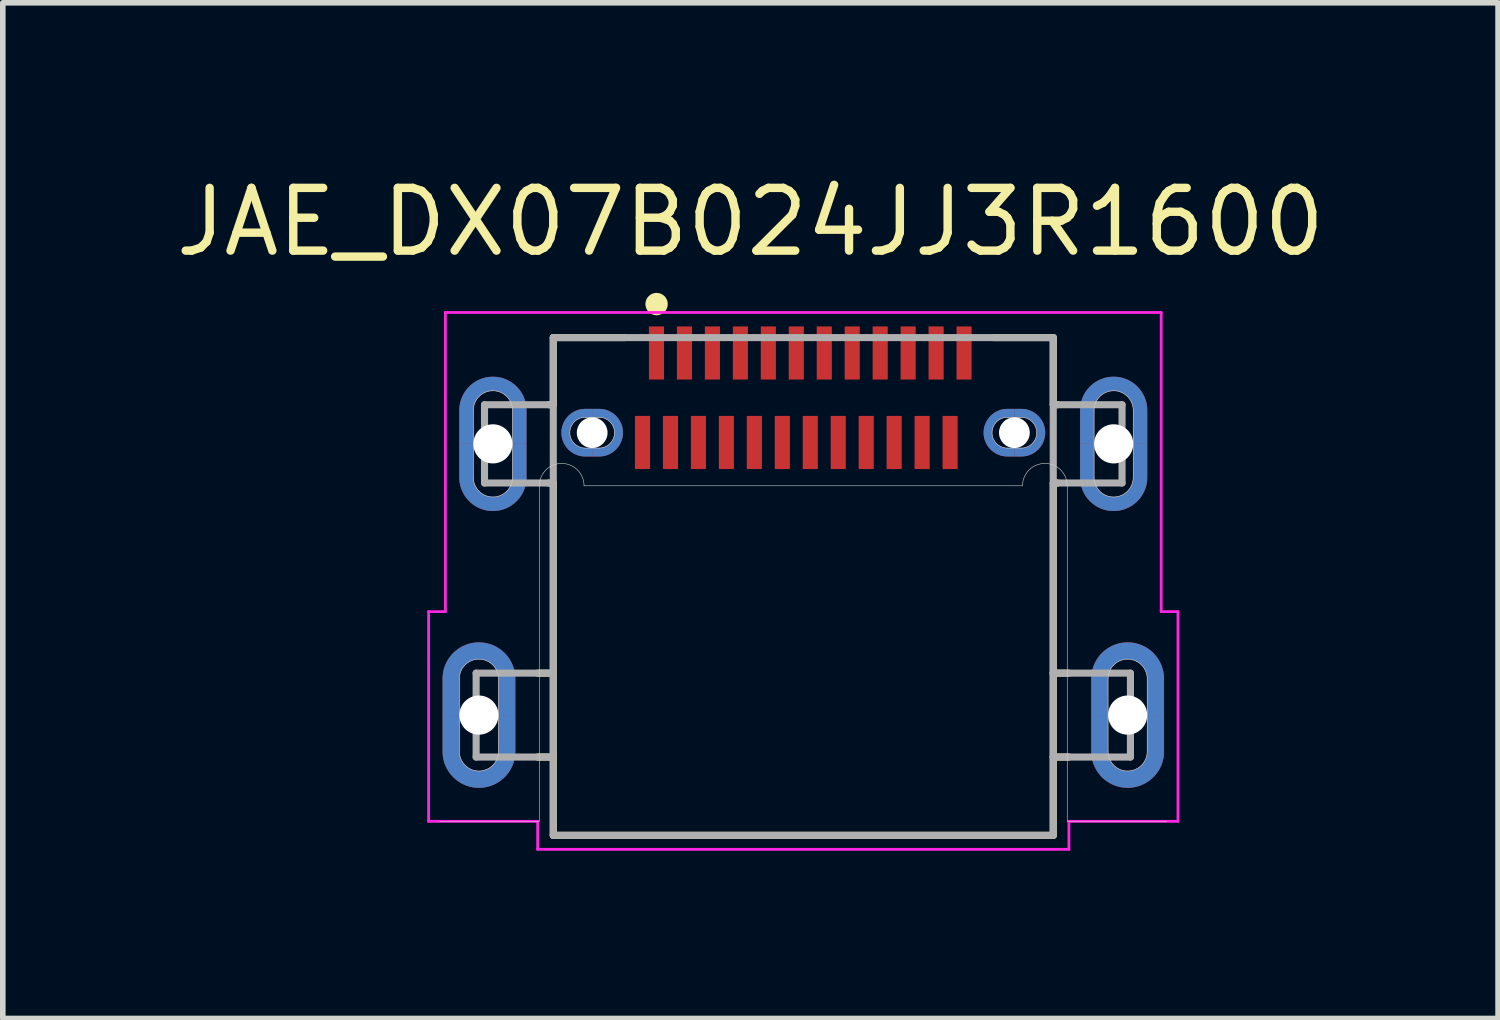
<source format=kicad_pcb>
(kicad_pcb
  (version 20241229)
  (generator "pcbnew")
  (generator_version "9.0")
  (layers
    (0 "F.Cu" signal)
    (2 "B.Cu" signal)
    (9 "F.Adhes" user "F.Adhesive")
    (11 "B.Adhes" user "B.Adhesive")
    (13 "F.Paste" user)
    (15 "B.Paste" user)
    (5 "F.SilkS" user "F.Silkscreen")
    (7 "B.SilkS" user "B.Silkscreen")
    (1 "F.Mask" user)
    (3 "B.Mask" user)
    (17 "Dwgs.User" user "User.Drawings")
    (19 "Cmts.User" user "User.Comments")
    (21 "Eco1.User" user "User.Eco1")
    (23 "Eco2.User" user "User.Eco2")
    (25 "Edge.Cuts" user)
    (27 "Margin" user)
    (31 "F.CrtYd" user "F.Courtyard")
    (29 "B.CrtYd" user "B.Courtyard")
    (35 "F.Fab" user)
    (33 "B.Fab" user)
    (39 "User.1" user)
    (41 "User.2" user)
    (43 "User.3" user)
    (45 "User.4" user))
  (footprint "JAE_DX07B024JJ3R1600"
    (layer "F.Cu")
    (at 11.314 4.887)
    (property "Reference" "JAE_DX07B024JJ3R1600" (at -0.945 -3.967 0) (layer "F.SilkS") (effects (font (size 1.122 1.122) (thickness 0.15))))
    (attr through_hole)
    (fp_poly (pts (xy -5.45 4.85) (xy -5.45 5.5) (xy -5.45 5.518) (xy -5.452 5.537) (xy -5.454 5.555) (xy -5.458 5.573) (xy -5.462 5.591) (xy -5.467 5.608) (xy -5.473 5.625) (xy -5.48 5.642) (xy -5.488 5.659) (xy -5.497 5.675) (xy -5.506 5.691) (xy -5.517 5.706) (xy -5.528 5.72) (xy -5.54 5.734) (xy -5.553 5.747) (xy -5.566 5.76) (xy -5.58 5.772) (xy -5.594 5.783) (xy -5.609 5.794) (xy -5.625 5.803) (xy -5.641 5.812) (xy -5.658 5.82) (xy -5.675 5.827) (xy -5.692 5.833) (xy -5.709 5.838) (xy -5.727 5.842) (xy -5.745 5.846) (xy -5.763 5.848) (xy -5.782 5.85) (xy -5.8 5.85) (xy -5.818 5.85) (xy -5.837 5.848) (xy -5.855 5.846) (xy -5.873 5.842) (xy -5.891 5.838) (xy -5.908 5.833) (xy -5.925 5.827) (xy -5.942 5.82) (xy -5.959 5.812) (xy -5.975 5.803) (xy -5.991 5.794) (xy -6.006 5.783) (xy -6.02 5.772) (xy -6.034 5.76) (xy -6.047 5.747) (xy -6.06 5.734) (xy -6.072 5.72) (xy -6.083 5.706) (xy -6.094 5.691) (xy -6.103 5.675) (xy -6.112 5.659) (xy -6.12 5.642) (xy -6.127 5.625) (xy -6.133 5.608) (xy -6.138 5.591) (xy -6.142 5.573) (xy -6.146 5.555) (xy -6.148 5.537) (xy -6.15 5.518) (xy -6.15 5.5) (xy -6.15 4.85) (xy -6.45 4.85) (xy -6.45 5.5) (xy -6.449 5.534) (xy -6.446 5.568) (xy -6.442 5.602) (xy -6.436 5.635) (xy -6.428 5.668) (xy -6.418 5.701) (xy -6.407 5.733) (xy -6.394 5.764) (xy -6.379 5.795) (xy -6.363 5.825) (xy -6.345 5.854) (xy -6.326 5.882) (xy -6.305 5.909) (xy -6.283 5.935) (xy -6.26 5.96) (xy -6.235 5.983) (xy -6.209 6.005) (xy -6.182 6.026) (xy -6.154 6.045) (xy -6.125 6.063) (xy -6.095 6.079) (xy -6.064 6.094) (xy -6.033 6.107) (xy -6.001 6.118) (xy -5.968 6.128) (xy -5.935 6.136) (xy -5.902 6.142) (xy -5.868 6.146) (xy -5.834 6.149) (xy -5.8 6.15) (xy -5.766 6.149) (xy -5.732 6.146) (xy -5.698 6.142) (xy -5.665 6.136) (xy -5.632 6.128) (xy -5.599 6.118) (xy -5.567 6.107) (xy -5.536 6.094) (xy -5.505 6.079) (xy -5.475 6.063) (xy -5.446 6.045) (xy -5.418 6.026) (xy -5.391 6.005) (xy -5.365 5.983) (xy -5.34 5.96) (xy -5.317 5.935) (xy -5.295 5.909) (xy -5.274 5.882) (xy -5.255 5.854) (xy -5.237 5.825) (xy -5.221 5.795) (xy -5.206 5.764) (xy -5.193 5.733) (xy -5.182 5.701) (xy -5.172 5.668) (xy -5.164 5.635) (xy -5.158 5.602) (xy -5.154 5.568) (xy -5.151 5.534) (xy -5.15 5.5) (xy -5.15 4.85) (xy -5.45 4.85)) (stroke (width 0.001) (type solid)) (fill yes) (layer "F.Cu"))
    (fp_poly (pts (xy -5.2 0) (xy -5.2 0.6) (xy -5.2 0.618) (xy -5.202 0.637) (xy -5.204 0.655) (xy -5.208 0.673) (xy -5.212 0.691) (xy -5.217 0.708) (xy -5.223 0.725) (xy -5.23 0.742) (xy -5.238 0.759) (xy -5.247 0.775) (xy -5.256 0.791) (xy -5.267 0.806) (xy -5.278 0.82) (xy -5.29 0.834) (xy -5.303 0.847) (xy -5.316 0.86) (xy -5.33 0.872) (xy -5.344 0.883) (xy -5.359 0.894) (xy -5.375 0.903) (xy -5.391 0.912) (xy -5.408 0.92) (xy -5.425 0.927) (xy -5.442 0.933) (xy -5.459 0.938) (xy -5.477 0.942) (xy -5.495 0.946) (xy -5.513 0.948) (xy -5.532 0.95) (xy -5.55 0.95) (xy -5.568 0.95) (xy -5.587 0.948) (xy -5.605 0.946) (xy -5.623 0.942) (xy -5.641 0.938) (xy -5.658 0.933) (xy -5.675 0.927) (xy -5.692 0.92) (xy -5.709 0.912) (xy -5.725 0.903) (xy -5.741 0.894) (xy -5.756 0.883) (xy -5.77 0.872) (xy -5.784 0.86) (xy -5.797 0.847) (xy -5.81 0.834) (xy -5.822 0.82) (xy -5.833 0.806) (xy -5.844 0.791) (xy -5.853 0.775) (xy -5.862 0.759) (xy -5.87 0.742) (xy -5.877 0.725) (xy -5.883 0.708) (xy -5.888 0.691) (xy -5.892 0.673) (xy -5.896 0.655) (xy -5.898 0.637) (xy -5.9 0.618) (xy -5.9 0.6) (xy -5.9 0) (xy -6.15 0) (xy -6.15 0.6) (xy -6.149 0.631) (xy -6.147 0.663) (xy -6.143 0.694) (xy -6.137 0.725) (xy -6.13 0.755) (xy -6.121 0.785) (xy -6.11 0.815) (xy -6.098 0.844) (xy -6.085 0.872) (xy -6.07 0.9) (xy -6.053 0.927) (xy -6.035 0.953) (xy -6.016 0.978) (xy -5.996 1.001) (xy -5.974 1.024) (xy -5.951 1.046) (xy -5.928 1.066) (xy -5.903 1.085) (xy -5.877 1.103) (xy -5.85 1.12) (xy -5.822 1.135) (xy -5.794 1.148) (xy -5.765 1.16) (xy -5.735 1.171) (xy -5.705 1.18) (xy -5.675 1.187) (xy -5.644 1.193) (xy -5.613 1.197) (xy -5.581 1.199) (xy -5.55 1.2) (xy -5.519 1.199) (xy -5.487 1.197) (xy -5.456 1.193) (xy -5.425 1.187) (xy -5.395 1.18) (xy -5.365 1.171) (xy -5.335 1.16) (xy -5.306 1.148) (xy -5.278 1.135) (xy -5.25 1.12) (xy -5.223 1.103) (xy -5.197 1.085) (xy -5.172 1.066) (xy -5.149 1.046) (xy -5.126 1.024) (xy -5.104 1.001) (xy -5.084 0.978) (xy -5.065 0.953) (xy -5.047 0.927) (xy -5.03 0.9) (xy -5.015 0.872) (xy -5.002 0.844) (xy -4.99 0.815) (xy -4.979 0.785) (xy -4.97 0.755) (xy -4.963 0.725) (xy -4.957 0.694) (xy -4.953 0.663) (xy -4.951 0.631) (xy -4.95 0.6) (xy -4.95 0) (xy -5.2 0)) (stroke (width 0.001) (type solid)) (fill yes) (layer "F.Cu"))
    (fp_poly (pts (xy -3.775 -0.475) (xy -3.65 -0.475) (xy -3.636 -0.475) (xy -3.621 -0.473) (xy -3.607 -0.472) (xy -3.593 -0.469) (xy -3.579 -0.466) (xy -3.565 -0.462) (xy -3.551 -0.457) (xy -3.538 -0.451) (xy -3.525 -0.445) (xy -3.513 -0.438) (xy -3.5 -0.431) (xy -3.488 -0.422) (xy -3.477 -0.414) (xy -3.466 -0.404) (xy -3.456 -0.394) (xy -3.446 -0.384) (xy -3.436 -0.373) (xy -3.428 -0.362) (xy -3.419 -0.35) (xy -3.412 -0.337) (xy -3.405 -0.325) (xy -3.399 -0.312) (xy -3.393 -0.299) (xy -3.388 -0.285) (xy -3.384 -0.271) (xy -3.381 -0.257) (xy -3.378 -0.243) (xy -3.377 -0.229) (xy -3.375 -0.214) (xy -3.375 -0.2) (xy -3.375 -0.186) (xy -3.377 -0.171) (xy -3.378 -0.157) (xy -3.381 -0.143) (xy -3.384 -0.129) (xy -3.388 -0.115) (xy -3.393 -0.101) (xy -3.399 -0.088) (xy -3.405 -0.075) (xy -3.412 -0.063) (xy -3.419 -0.05) (xy -3.428 -0.038) (xy -3.436 -0.027) (xy -3.446 -0.016) (xy -3.456 -0.006) (xy -3.466 0.004) (xy -3.477 0.014) (xy -3.488 0.022) (xy -3.5 0.031) (xy -3.513 0.038) (xy -3.525 0.045) (xy -3.538 0.051) (xy -3.551 0.057) (xy -3.565 0.062) (xy -3.579 0.066) (xy -3.593 0.069) (xy -3.607 0.072) (xy -3.621 0.073) (xy -3.636 0.075) (xy -3.65 0.075) (xy -3.775 0.075) (xy -3.775 0.225) (xy -3.65 0.225) (xy -3.628 0.224) (xy -3.606 0.223) (xy -3.584 0.22) (xy -3.562 0.216) (xy -3.54 0.211) (xy -3.519 0.204) (xy -3.498 0.197) (xy -3.477 0.188) (xy -3.457 0.179) (xy -3.438 0.168) (xy -3.419 0.156) (xy -3.4 0.144) (xy -3.383 0.13) (xy -3.366 0.116) (xy -3.349 0.101) (xy -3.334 0.084) (xy -3.32 0.067) (xy -3.306 0.05) (xy -3.294 0.031) (xy -3.282 0.013) (xy -3.271 -0.007) (xy -3.262 -0.027) (xy -3.253 -0.048) (xy -3.246 -0.069) (xy -3.239 -0.09) (xy -3.234 -0.112) (xy -3.23 -0.134) (xy -3.227 -0.156) (xy -3.226 -0.178) (xy -3.225 -0.2) (xy -3.226 -0.222) (xy -3.227 -0.244) (xy -3.23 -0.266) (xy -3.234 -0.288) (xy -3.239 -0.31) (xy -3.246 -0.331) (xy -3.253 -0.352) (xy -3.262 -0.373) (xy -3.271 -0.393) (xy -3.282 -0.412) (xy -3.294 -0.431) (xy -3.306 -0.45) (xy -3.32 -0.467) (xy -3.334 -0.484) (xy -3.349 -0.501) (xy -3.366 -0.516) (xy -3.383 -0.53) (xy -3.4 -0.544) (xy -3.419 -0.556) (xy -3.438 -0.568) (xy -3.457 -0.579) (xy -3.477 -0.588) (xy -3.498 -0.597) (xy -3.519 -0.604) (xy -3.54 -0.611) (xy -3.562 -0.616) (xy -3.584 -0.62) (xy -3.606 -0.623) (xy -3.628 -0.624) (xy -3.65 -0.625) (xy -3.775 -0.625) (xy -3.775 -0.475)) (stroke (width 0.001) (type solid)) (fill yes) (layer "F.Cu"))
    (fp_poly (pts (xy 3.775 -0.475) (xy 3.9 -0.475) (xy 3.914 -0.475) (xy 3.929 -0.473) (xy 3.943 -0.472) (xy 3.957 -0.469) (xy 3.971 -0.466) (xy 3.985 -0.462) (xy 3.999 -0.457) (xy 4.012 -0.451) (xy 4.025 -0.445) (xy 4.037 -0.438) (xy 4.05 -0.431) (xy 4.062 -0.422) (xy 4.073 -0.414) (xy 4.084 -0.404) (xy 4.094 -0.394) (xy 4.104 -0.384) (xy 4.114 -0.373) (xy 4.122 -0.362) (xy 4.131 -0.35) (xy 4.138 -0.337) (xy 4.145 -0.325) (xy 4.151 -0.312) (xy 4.157 -0.299) (xy 4.162 -0.285) (xy 4.166 -0.271) (xy 4.169 -0.257) (xy 4.172 -0.243) (xy 4.173 -0.229) (xy 4.175 -0.214) (xy 4.175 -0.2) (xy 4.175 -0.186) (xy 4.173 -0.171) (xy 4.172 -0.157) (xy 4.169 -0.143) (xy 4.166 -0.129) (xy 4.162 -0.115) (xy 4.157 -0.101) (xy 4.151 -0.088) (xy 4.145 -0.075) (xy 4.138 -0.063) (xy 4.131 -0.05) (xy 4.122 -0.038) (xy 4.114 -0.027) (xy 4.104 -0.016) (xy 4.094 -0.006) (xy 4.084 0.004) (xy 4.073 0.014) (xy 4.062 0.022) (xy 4.05 0.031) (xy 4.037 0.038) (xy 4.025 0.045) (xy 4.012 0.051) (xy 3.999 0.057) (xy 3.985 0.062) (xy 3.971 0.066) (xy 3.957 0.069) (xy 3.943 0.072) (xy 3.929 0.073) (xy 3.914 0.075) (xy 3.9 0.075) (xy 3.775 0.075) (xy 3.775 0.225) (xy 3.9 0.225) (xy 3.922 0.224) (xy 3.944 0.223) (xy 3.966 0.22) (xy 3.988 0.216) (xy 4.01 0.211) (xy 4.031 0.204) (xy 4.052 0.197) (xy 4.073 0.188) (xy 4.093 0.179) (xy 4.112 0.168) (xy 4.131 0.156) (xy 4.15 0.144) (xy 4.167 0.13) (xy 4.184 0.116) (xy 4.201 0.101) (xy 4.216 0.084) (xy 4.23 0.067) (xy 4.244 0.05) (xy 4.256 0.031) (xy 4.268 0.012) (xy 4.279 -0.007) (xy 4.288 -0.027) (xy 4.297 -0.048) (xy 4.304 -0.069) (xy 4.311 -0.09) (xy 4.316 -0.112) (xy 4.32 -0.134) (xy 4.323 -0.156) (xy 4.324 -0.178) (xy 4.325 -0.2) (xy 4.324 -0.222) (xy 4.323 -0.244) (xy 4.32 -0.266) (xy 4.316 -0.288) (xy 4.311 -0.31) (xy 4.304 -0.331) (xy 4.297 -0.352) (xy 4.288 -0.373) (xy 4.279 -0.393) (xy 4.268 -0.412) (xy 4.256 -0.431) (xy 4.244 -0.45) (xy 4.23 -0.467) (xy 4.216 -0.484) (xy 4.201 -0.501) (xy 4.184 -0.516) (xy 4.167 -0.53) (xy 4.15 -0.544) (xy 4.131 -0.556) (xy 4.112 -0.568) (xy 4.093 -0.579) (xy 4.073 -0.588) (xy 4.052 -0.597) (xy 4.031 -0.604) (xy 4.01 -0.611) (xy 3.988 -0.616) (xy 3.966 -0.62) (xy 3.944 -0.623) (xy 3.922 -0.624) (xy 3.9 -0.625) (xy 3.775 -0.625) (xy 3.775 -0.475)) (stroke (width 0.001) (type solid)) (fill yes) (layer "F.Cu"))
    (fp_poly (pts (xy 5.9 0) (xy 5.9 0.6) (xy 5.9 0.618) (xy 5.898 0.637) (xy 5.896 0.655) (xy 5.892 0.673) (xy 5.888 0.691) (xy 5.883 0.708) (xy 5.877 0.725) (xy 5.87 0.742) (xy 5.862 0.759) (xy 5.853 0.775) (xy 5.844 0.791) (xy 5.833 0.806) (xy 5.822 0.82) (xy 5.81 0.834) (xy 5.797 0.847) (xy 5.784 0.86) (xy 5.77 0.872) (xy 5.756 0.883) (xy 5.741 0.894) (xy 5.725 0.903) (xy 5.709 0.912) (xy 5.692 0.92) (xy 5.675 0.927) (xy 5.658 0.933) (xy 5.641 0.938) (xy 5.623 0.942) (xy 5.605 0.946) (xy 5.587 0.948) (xy 5.568 0.95) (xy 5.55 0.95) (xy 5.532 0.95) (xy 5.513 0.948) (xy 5.495 0.946) (xy 5.477 0.942) (xy 5.459 0.938) (xy 5.442 0.933) (xy 5.425 0.927) (xy 5.408 0.92) (xy 5.391 0.912) (xy 5.375 0.903) (xy 5.359 0.894) (xy 5.344 0.883) (xy 5.33 0.872) (xy 5.316 0.86) (xy 5.303 0.847) (xy 5.29 0.834) (xy 5.278 0.82) (xy 5.267 0.806) (xy 5.256 0.791) (xy 5.247 0.775) (xy 5.238 0.759) (xy 5.23 0.742) (xy 5.223 0.725) (xy 5.217 0.708) (xy 5.212 0.691) (xy 5.208 0.673) (xy 5.204 0.655) (xy 5.202 0.637) (xy 5.2 0.618) (xy 5.2 0.6) (xy 5.2 0) (xy 4.95 0) (xy 4.95 0.6) (xy 4.951 0.631) (xy 4.953 0.663) (xy 4.957 0.694) (xy 4.963 0.725) (xy 4.97 0.755) (xy 4.979 0.785) (xy 4.99 0.815) (xy 5.002 0.844) (xy 5.015 0.872) (xy 5.03 0.9) (xy 5.047 0.927) (xy 5.065 0.953) (xy 5.084 0.978) (xy 5.104 1.001) (xy 5.126 1.024) (xy 5.149 1.046) (xy 5.172 1.066) (xy 5.197 1.085) (xy 5.223 1.103) (xy 5.25 1.12) (xy 5.278 1.135) (xy 5.306 1.148) (xy 5.335 1.16) (xy 5.365 1.171) (xy 5.395 1.18) (xy 5.425 1.187) (xy 5.456 1.193) (xy 5.487 1.197) (xy 5.519 1.199) (xy 5.55 1.2) (xy 5.581 1.199) (xy 5.613 1.197) (xy 5.644 1.193) (xy 5.675 1.187) (xy 5.705 1.18) (xy 5.735 1.171) (xy 5.765 1.16) (xy 5.794 1.148) (xy 5.822 1.135) (xy 5.85 1.12) (xy 5.877 1.103) (xy 5.903 1.085) (xy 5.928 1.066) (xy 5.951 1.046) (xy 5.974 1.024) (xy 5.996 1.001) (xy 6.016 0.978) (xy 6.035 0.953) (xy 6.053 0.927) (xy 6.07 0.9) (xy 6.085 0.872) (xy 6.098 0.844) (xy 6.11 0.815) (xy 6.121 0.785) (xy 6.13 0.755) (xy 6.137 0.725) (xy 6.143 0.694) (xy 6.147 0.663) (xy 6.149 0.631) (xy 6.15 0.6) (xy 6.15 0) (xy 5.9 0)) (stroke (width 0.001) (type solid)) (fill yes) (layer "F.Cu"))
    (fp_poly (pts (xy 6.15 4.85) (xy 6.15 5.5) (xy 6.15 5.518) (xy 6.148 5.537) (xy 6.146 5.555) (xy 6.142 5.573) (xy 6.138 5.591) (xy 6.133 5.608) (xy 6.127 5.625) (xy 6.12 5.642) (xy 6.112 5.659) (xy 6.103 5.675) (xy 6.094 5.691) (xy 6.083 5.706) (xy 6.072 5.72) (xy 6.06 5.734) (xy 6.047 5.747) (xy 6.034 5.76) (xy 6.02 5.772) (xy 6.006 5.783) (xy 5.991 5.794) (xy 5.975 5.803) (xy 5.959 5.812) (xy 5.942 5.82) (xy 5.925 5.827) (xy 5.908 5.833) (xy 5.891 5.838) (xy 5.873 5.842) (xy 5.855 5.846) (xy 5.837 5.848) (xy 5.818 5.85) (xy 5.8 5.85) (xy 5.782 5.85) (xy 5.763 5.848) (xy 5.745 5.846) (xy 5.727 5.842) (xy 5.709 5.838) (xy 5.692 5.833) (xy 5.675 5.827) (xy 5.658 5.82) (xy 5.641 5.812) (xy 5.625 5.803) (xy 5.609 5.794) (xy 5.594 5.783) (xy 5.58 5.772) (xy 5.566 5.76) (xy 5.553 5.747) (xy 5.54 5.734) (xy 5.528 5.72) (xy 5.517 5.706) (xy 5.506 5.691) (xy 5.497 5.675) (xy 5.488 5.659) (xy 5.48 5.642) (xy 5.473 5.625) (xy 5.467 5.608) (xy 5.462 5.591) (xy 5.458 5.573) (xy 5.454 5.555) (xy 5.452 5.537) (xy 5.45 5.518) (xy 5.45 5.5) (xy 5.45 4.85) (xy 5.15 4.85) (xy 5.15 5.5) (xy 5.151 5.534) (xy 5.154 5.568) (xy 5.158 5.602) (xy 5.164 5.635) (xy 5.172 5.668) (xy 5.182 5.701) (xy 5.193 5.733) (xy 5.206 5.764) (xy 5.221 5.795) (xy 5.237 5.825) (xy 5.255 5.854) (xy 5.274 5.882) (xy 5.295 5.909) (xy 5.317 5.935) (xy 5.34 5.96) (xy 5.365 5.983) (xy 5.391 6.005) (xy 5.418 6.026) (xy 5.446 6.045) (xy 5.475 6.063) (xy 5.505 6.079) (xy 5.536 6.094) (xy 5.567 6.107) (xy 5.599 6.118) (xy 5.632 6.128) (xy 5.665 6.136) (xy 5.698 6.142) (xy 5.732 6.146) (xy 5.766 6.149) (xy 5.8 6.15) (xy 5.834 6.149) (xy 5.868 6.146) (xy 5.902 6.142) (xy 5.935 6.136) (xy 5.968 6.128) (xy 6.001 6.118) (xy 6.033 6.107) (xy 6.064 6.094) (xy 6.095 6.079) (xy 6.125 6.063) (xy 6.154 6.045) (xy 6.182 6.026) (xy 6.209 6.005) (xy 6.235 5.983) (xy 6.26 5.96) (xy 6.283 5.935) (xy 6.305 5.909) (xy 6.326 5.882) (xy 6.345 5.854) (xy 6.363 5.825) (xy 6.379 5.795) (xy 6.394 5.764) (xy 6.407 5.733) (xy 6.418 5.701) (xy 6.428 5.668) (xy 6.436 5.635) (xy 6.442 5.602) (xy 6.446 5.568) (xy 6.449 5.534) (xy 6.45 5.5) (xy 6.45 4.85) (xy 6.15 4.85)) (stroke (width 0.001) (type solid)) (fill yes) (layer "F.Cu"))
    (fp_poly (pts (xy -6.555 3.45) (xy -5.05 3.45) (xy -5.05 6.255) (xy -6.555 6.255)) (stroke (width 0.01) (type solid)) (fill yes) (layer "F.Mask"))
    (fp_poly (pts (xy -6.257 -1.3) (xy -4.85 -1.3) (xy -4.85 1.301) (xy -6.257 1.301)) (stroke (width 0.01) (type solid)) (fill yes) (layer "F.Mask"))
    (fp_poly (pts (xy -4.429 -0.725) (xy -3.125 -0.725) (xy -3.125 0.325) (xy -4.429 0.325)) (stroke (width 0.01) (type solid)) (fill yes) (layer "F.Mask"))
    (fp_poly (pts (xy 3.13 -0.725) (xy 4.425 -0.725) (xy 4.425 0.325) (xy 3.13 0.325)) (stroke (width 0.01) (type solid)) (fill yes) (layer "F.Mask"))
    (fp_poly (pts (xy 4.857 -1.3) (xy 6.25 -1.3) (xy 6.25 1.302) (xy 4.857 1.302)) (stroke (width 0.01) (type solid)) (fill yes) (layer "F.Mask"))
    (fp_poly (pts (xy 5.058 3.45) (xy 6.55 3.45) (xy 6.55 6.26) (xy 5.058 6.26)) (stroke (width 0.01) (type solid)) (fill yes) (layer "F.Mask"))
    (fp_poly (pts (xy -6.15 4.85) (xy -6.15 4.2) (xy -6.15 4.182) (xy -6.148 4.163) (xy -6.146 4.145) (xy -6.142 4.127) (xy -6.138 4.109) (xy -6.133 4.092) (xy -6.127 4.075) (xy -6.12 4.058) (xy -6.112 4.041) (xy -6.103 4.025) (xy -6.094 4.009) (xy -6.083 3.994) (xy -6.072 3.98) (xy -6.06 3.966) (xy -6.047 3.953) (xy -6.034 3.94) (xy -6.02 3.928) (xy -6.006 3.917) (xy -5.991 3.906) (xy -5.975 3.897) (xy -5.959 3.888) (xy -5.942 3.88) (xy -5.925 3.873) (xy -5.908 3.867) (xy -5.891 3.862) (xy -5.873 3.858) (xy -5.855 3.854) (xy -5.837 3.852) (xy -5.818 3.85) (xy -5.8 3.85) (xy -5.782 3.85) (xy -5.763 3.852) (xy -5.745 3.854) (xy -5.727 3.858) (xy -5.709 3.862) (xy -5.692 3.867) (xy -5.675 3.873) (xy -5.658 3.88) (xy -5.641 3.888) (xy -5.625 3.897) (xy -5.609 3.906) (xy -5.594 3.917) (xy -5.58 3.928) (xy -5.566 3.94) (xy -5.553 3.953) (xy -5.54 3.966) (xy -5.528 3.98) (xy -5.517 3.994) (xy -5.506 4.009) (xy -5.497 4.025) (xy -5.488 4.041) (xy -5.48 4.058) (xy -5.473 4.075) (xy -5.467 4.092) (xy -5.462 4.109) (xy -5.458 4.127) (xy -5.454 4.145) (xy -5.452 4.163) (xy -5.45 4.182) (xy -5.45 4.2) (xy -5.45 4.85) (xy -5.15 4.85) (xy -5.15 4.2) (xy -5.151 4.166) (xy -5.154 4.132) (xy -5.158 4.098) (xy -5.164 4.065) (xy -5.172 4.032) (xy -5.182 3.999) (xy -5.193 3.967) (xy -5.206 3.936) (xy -5.221 3.905) (xy -5.237 3.875) (xy -5.255 3.846) (xy -5.274 3.818) (xy -5.295 3.791) (xy -5.317 3.765) (xy -5.34 3.74) (xy -5.365 3.717) (xy -5.391 3.695) (xy -5.418 3.674) (xy -5.446 3.655) (xy -5.475 3.637) (xy -5.505 3.621) (xy -5.536 3.606) (xy -5.567 3.593) (xy -5.599 3.582) (xy -5.632 3.572) (xy -5.665 3.564) (xy -5.698 3.558) (xy -5.732 3.554) (xy -5.766 3.551) (xy -5.8 3.55) (xy -5.834 3.551) (xy -5.868 3.554) (xy -5.902 3.558) (xy -5.935 3.564) (xy -5.968 3.572) (xy -6.001 3.582) (xy -6.033 3.593) (xy -6.064 3.606) (xy -6.095 3.621) (xy -6.125 3.637) (xy -6.154 3.655) (xy -6.182 3.674) (xy -6.209 3.695) (xy -6.235 3.717) (xy -6.26 3.74) (xy -6.283 3.765) (xy -6.305 3.791) (xy -6.326 3.818) (xy -6.345 3.846) (xy -6.363 3.875) (xy -6.379 3.905) (xy -6.394 3.936) (xy -6.407 3.967) (xy -6.418 3.999) (xy -6.428 4.032) (xy -6.436 4.065) (xy -6.442 4.098) (xy -6.446 4.132) (xy -6.449 4.166) (xy -6.45 4.2) (xy -6.45 4.85) (xy -6.15 4.85)) (stroke (width 0.001) (type solid)) (fill yes) (layer "B.Cu"))
    (fp_poly (pts (xy -5.9 0) (xy -5.9 -0.6) (xy -5.9 -0.618) (xy -5.898 -0.637) (xy -5.896 -0.655) (xy -5.892 -0.673) (xy -5.888 -0.691) (xy -5.883 -0.708) (xy -5.877 -0.725) (xy -5.87 -0.742) (xy -5.862 -0.759) (xy -5.853 -0.775) (xy -5.844 -0.791) (xy -5.833 -0.806) (xy -5.822 -0.82) (xy -5.81 -0.834) (xy -5.797 -0.847) (xy -5.784 -0.86) (xy -5.77 -0.872) (xy -5.756 -0.883) (xy -5.741 -0.894) (xy -5.725 -0.903) (xy -5.709 -0.912) (xy -5.692 -0.92) (xy -5.675 -0.927) (xy -5.658 -0.933) (xy -5.641 -0.938) (xy -5.623 -0.942) (xy -5.605 -0.946) (xy -5.587 -0.948) (xy -5.568 -0.95) (xy -5.55 -0.95) (xy -5.532 -0.95) (xy -5.513 -0.948) (xy -5.495 -0.946) (xy -5.477 -0.942) (xy -5.459 -0.938) (xy -5.442 -0.933) (xy -5.425 -0.927) (xy -5.408 -0.92) (xy -5.391 -0.912) (xy -5.375 -0.903) (xy -5.359 -0.894) (xy -5.344 -0.883) (xy -5.33 -0.872) (xy -5.316 -0.86) (xy -5.303 -0.847) (xy -5.29 -0.834) (xy -5.278 -0.82) (xy -5.267 -0.806) (xy -5.256 -0.791) (xy -5.247 -0.775) (xy -5.238 -0.759) (xy -5.23 -0.742) (xy -5.223 -0.725) (xy -5.217 -0.708) (xy -5.212 -0.691) (xy -5.208 -0.673) (xy -5.204 -0.655) (xy -5.202 -0.637) (xy -5.2 -0.618) (xy -5.2 -0.6) (xy -5.2 0) (xy -4.95 0) (xy -4.95 -0.6) (xy -4.951 -0.631) (xy -4.953 -0.663) (xy -4.957 -0.694) (xy -4.963 -0.725) (xy -4.97 -0.755) (xy -4.979 -0.785) (xy -4.99 -0.815) (xy -5.002 -0.844) (xy -5.015 -0.872) (xy -5.03 -0.9) (xy -5.047 -0.927) (xy -5.065 -0.953) (xy -5.084 -0.978) (xy -5.104 -1.001) (xy -5.126 -1.024) (xy -5.149 -1.046) (xy -5.172 -1.066) (xy -5.197 -1.085) (xy -5.223 -1.103) (xy -5.25 -1.12) (xy -5.278 -1.135) (xy -5.306 -1.148) (xy -5.335 -1.16) (xy -5.365 -1.171) (xy -5.395 -1.18) (xy -5.425 -1.187) (xy -5.456 -1.193) (xy -5.487 -1.197) (xy -5.519 -1.199) (xy -5.55 -1.2) (xy -5.581 -1.199) (xy -5.613 -1.197) (xy -5.644 -1.193) (xy -5.675 -1.187) (xy -5.705 -1.18) (xy -5.735 -1.171) (xy -5.765 -1.16) (xy -5.794 -1.148) (xy -5.822 -1.135) (xy -5.85 -1.12) (xy -5.877 -1.103) (xy -5.903 -1.085) (xy -5.928 -1.066) (xy -5.951 -1.046) (xy -5.974 -1.024) (xy -5.996 -1.001) (xy -6.016 -0.978) (xy -6.035 -0.953) (xy -6.053 -0.927) (xy -6.07 -0.9) (xy -6.085 -0.872) (xy -6.098 -0.844) (xy -6.11 -0.815) (xy -6.121 -0.785) (xy -6.13 -0.755) (xy -6.137 -0.725) (xy -6.143 -0.694) (xy -6.147 -0.663) (xy -6.149 -0.631) (xy -6.15 -0.6) (xy -6.15 0) (xy -5.9 0)) (stroke (width 0.001) (type solid)) (fill yes) (layer "B.Cu"))
    (fp_poly (pts (xy -5.45 4.85) (xy -5.45 5.5) (xy -5.45 5.518) (xy -5.452 5.537) (xy -5.454 5.555) (xy -5.458 5.573) (xy -5.462 5.591) (xy -5.467 5.608) (xy -5.473 5.625) (xy -5.48 5.642) (xy -5.488 5.659) (xy -5.497 5.675) (xy -5.506 5.691) (xy -5.517 5.706) (xy -5.528 5.72) (xy -5.54 5.734) (xy -5.553 5.747) (xy -5.566 5.76) (xy -5.58 5.772) (xy -5.594 5.783) (xy -5.609 5.794) (xy -5.625 5.803) (xy -5.641 5.812) (xy -5.658 5.82) (xy -5.675 5.827) (xy -5.692 5.833) (xy -5.709 5.838) (xy -5.727 5.842) (xy -5.745 5.846) (xy -5.763 5.848) (xy -5.782 5.85) (xy -5.8 5.85) (xy -5.818 5.85) (xy -5.837 5.848) (xy -5.855 5.846) (xy -5.873 5.842) (xy -5.891 5.838) (xy -5.908 5.833) (xy -5.925 5.827) (xy -5.942 5.82) (xy -5.959 5.812) (xy -5.975 5.803) (xy -5.991 5.794) (xy -6.006 5.783) (xy -6.02 5.772) (xy -6.034 5.76) (xy -6.047 5.747) (xy -6.06 5.734) (xy -6.072 5.72) (xy -6.083 5.706) (xy -6.094 5.691) (xy -6.103 5.675) (xy -6.112 5.659) (xy -6.12 5.642) (xy -6.127 5.625) (xy -6.133 5.608) (xy -6.138 5.591) (xy -6.142 5.573) (xy -6.146 5.555) (xy -6.148 5.537) (xy -6.15 5.518) (xy -6.15 5.5) (xy -6.15 4.85) (xy -6.45 4.85) (xy -6.45 5.5) (xy -6.449 5.534) (xy -6.446 5.568) (xy -6.442 5.602) (xy -6.436 5.635) (xy -6.428 5.668) (xy -6.418 5.701) (xy -6.407 5.733) (xy -6.394 5.764) (xy -6.379 5.795) (xy -6.363 5.825) (xy -6.345 5.854) (xy -6.326 5.882) (xy -6.305 5.909) (xy -6.283 5.935) (xy -6.26 5.96) (xy -6.235 5.983) (xy -6.209 6.005) (xy -6.182 6.026) (xy -6.154 6.045) (xy -6.125 6.063) (xy -6.095 6.079) (xy -6.064 6.094) (xy -6.033 6.107) (xy -6.001 6.118) (xy -5.968 6.128) (xy -5.935 6.136) (xy -5.902 6.142) (xy -5.868 6.146) (xy -5.834 6.149) (xy -5.8 6.15) (xy -5.766 6.149) (xy -5.732 6.146) (xy -5.698 6.142) (xy -5.665 6.136) (xy -5.632 6.128) (xy -5.599 6.118) (xy -5.567 6.107) (xy -5.536 6.094) (xy -5.505 6.079) (xy -5.475 6.063) (xy -5.446 6.045) (xy -5.418 6.026) (xy -5.391 6.005) (xy -5.365 5.983) (xy -5.34 5.96) (xy -5.317 5.935) (xy -5.295 5.909) (xy -5.274 5.882) (xy -5.255 5.854) (xy -5.237 5.825) (xy -5.221 5.795) (xy -5.206 5.764) (xy -5.193 5.733) (xy -5.182 5.701) (xy -5.172 5.668) (xy -5.164 5.635) (xy -5.158 5.602) (xy -5.154 5.568) (xy -5.151 5.534) (xy -5.15 5.5) (xy -5.15 4.85) (xy -5.45 4.85)) (stroke (width 0.001) (type solid)) (fill yes) (layer "B.Cu"))
    (fp_poly (pts (xy -5.2 0) (xy -5.2 0.6) (xy -5.2 0.618) (xy -5.202 0.637) (xy -5.204 0.655) (xy -5.208 0.673) (xy -5.212 0.691) (xy -5.217 0.708) (xy -5.223 0.725) (xy -5.23 0.742) (xy -5.238 0.759) (xy -5.247 0.775) (xy -5.256 0.791) (xy -5.267 0.806) (xy -5.278 0.82) (xy -5.29 0.834) (xy -5.303 0.847) (xy -5.316 0.86) (xy -5.33 0.872) (xy -5.344 0.883) (xy -5.359 0.894) (xy -5.375 0.903) (xy -5.391 0.912) (xy -5.408 0.92) (xy -5.425 0.927) (xy -5.442 0.933) (xy -5.459 0.938) (xy -5.477 0.942) (xy -5.495 0.946) (xy -5.513 0.948) (xy -5.532 0.95) (xy -5.55 0.95) (xy -5.568 0.95) (xy -5.587 0.948) (xy -5.605 0.946) (xy -5.623 0.942) (xy -5.641 0.938) (xy -5.658 0.933) (xy -5.675 0.927) (xy -5.692 0.92) (xy -5.709 0.912) (xy -5.725 0.903) (xy -5.741 0.894) (xy -5.756 0.883) (xy -5.77 0.872) (xy -5.784 0.86) (xy -5.797 0.847) (xy -5.81 0.834) (xy -5.822 0.82) (xy -5.833 0.806) (xy -5.844 0.791) (xy -5.853 0.775) (xy -5.862 0.759) (xy -5.87 0.742) (xy -5.877 0.725) (xy -5.883 0.708) (xy -5.888 0.691) (xy -5.892 0.673) (xy -5.896 0.655) (xy -5.898 0.637) (xy -5.9 0.618) (xy -5.9 0.6) (xy -5.9 0) (xy -6.15 0) (xy -6.15 0.6) (xy -6.149 0.631) (xy -6.147 0.663) (xy -6.143 0.694) (xy -6.137 0.725) (xy -6.13 0.755) (xy -6.121 0.785) (xy -6.11 0.815) (xy -6.098 0.844) (xy -6.085 0.872) (xy -6.07 0.9) (xy -6.053 0.927) (xy -6.035 0.953) (xy -6.016 0.978) (xy -5.996 1.001) (xy -5.974 1.024) (xy -5.951 1.046) (xy -5.928 1.066) (xy -5.903 1.085) (xy -5.877 1.103) (xy -5.85 1.12) (xy -5.822 1.135) (xy -5.794 1.148) (xy -5.765 1.16) (xy -5.735 1.171) (xy -5.705 1.18) (xy -5.675 1.187) (xy -5.644 1.193) (xy -5.613 1.197) (xy -5.581 1.199) (xy -5.55 1.2) (xy -5.519 1.199) (xy -5.487 1.197) (xy -5.456 1.193) (xy -5.425 1.187) (xy -5.395 1.18) (xy -5.365 1.171) (xy -5.335 1.16) (xy -5.306 1.148) (xy -5.278 1.135) (xy -5.25 1.12) (xy -5.223 1.103) (xy -5.197 1.085) (xy -5.172 1.066) (xy -5.149 1.046) (xy -5.126 1.024) (xy -5.104 1.001) (xy -5.084 0.978) (xy -5.065 0.953) (xy -5.047 0.927) (xy -5.03 0.9) (xy -5.015 0.872) (xy -5.002 0.844) (xy -4.99 0.815) (xy -4.979 0.785) (xy -4.97 0.755) (xy -4.963 0.725) (xy -4.957 0.694) (xy -4.953 0.663) (xy -4.951 0.631) (xy -4.95 0.6) (xy -4.95 0) (xy -5.2 0)) (stroke (width 0.001) (type solid)) (fill yes) (layer "B.Cu"))
    (fp_poly (pts (xy -3.775 -0.475) (xy -3.65 -0.475) (xy -3.636 -0.475) (xy -3.621 -0.473) (xy -3.607 -0.472) (xy -3.593 -0.469) (xy -3.579 -0.466) (xy -3.565 -0.462) (xy -3.551 -0.457) (xy -3.538 -0.451) (xy -3.525 -0.445) (xy -3.513 -0.438) (xy -3.5 -0.431) (xy -3.488 -0.422) (xy -3.477 -0.414) (xy -3.466 -0.404) (xy -3.456 -0.394) (xy -3.446 -0.384) (xy -3.436 -0.373) (xy -3.428 -0.362) (xy -3.419 -0.35) (xy -3.412 -0.337) (xy -3.405 -0.325) (xy -3.399 -0.312) (xy -3.393 -0.299) (xy -3.388 -0.285) (xy -3.384 -0.271) (xy -3.381 -0.257) (xy -3.378 -0.243) (xy -3.377 -0.229) (xy -3.375 -0.214) (xy -3.375 -0.2) (xy -3.375 -0.186) (xy -3.377 -0.171) (xy -3.378 -0.157) (xy -3.381 -0.143) (xy -3.384 -0.129) (xy -3.388 -0.115) (xy -3.393 -0.101) (xy -3.399 -0.088) (xy -3.405 -0.075) (xy -3.412 -0.063) (xy -3.419 -0.05) (xy -3.428 -0.038) (xy -3.436 -0.027) (xy -3.446 -0.016) (xy -3.456 -0.006) (xy -3.466 0.004) (xy -3.477 0.014) (xy -3.488 0.022) (xy -3.5 0.031) (xy -3.513 0.038) (xy -3.525 0.045) (xy -3.538 0.051) (xy -3.551 0.057) (xy -3.565 0.062) (xy -3.579 0.066) (xy -3.593 0.069) (xy -3.607 0.072) (xy -3.621 0.073) (xy -3.636 0.075) (xy -3.65 0.075) (xy -3.775 0.075) (xy -3.775 0.225) (xy -3.65 0.225) (xy -3.628 0.224) (xy -3.606 0.223) (xy -3.584 0.22) (xy -3.562 0.216) (xy -3.54 0.211) (xy -3.519 0.204) (xy -3.498 0.197) (xy -3.477 0.188) (xy -3.457 0.179) (xy -3.438 0.168) (xy -3.419 0.156) (xy -3.4 0.144) (xy -3.383 0.13) (xy -3.366 0.116) (xy -3.349 0.101) (xy -3.334 0.084) (xy -3.32 0.067) (xy -3.306 0.05) (xy -3.294 0.031) (xy -3.282 0.013) (xy -3.271 -0.007) (xy -3.262 -0.027) (xy -3.253 -0.048) (xy -3.246 -0.069) (xy -3.239 -0.09) (xy -3.234 -0.112) (xy -3.23 -0.134) (xy -3.227 -0.156) (xy -3.226 -0.178) (xy -3.225 -0.2) (xy -3.226 -0.222) (xy -3.227 -0.244) (xy -3.23 -0.266) (xy -3.234 -0.288) (xy -3.239 -0.31) (xy -3.246 -0.331) (xy -3.253 -0.352) (xy -3.262 -0.373) (xy -3.271 -0.393) (xy -3.282 -0.412) (xy -3.294 -0.431) (xy -3.306 -0.45) (xy -3.32 -0.467) (xy -3.334 -0.484) (xy -3.349 -0.501) (xy -3.366 -0.516) (xy -3.383 -0.53) (xy -3.4 -0.544) (xy -3.419 -0.556) (xy -3.438 -0.568) (xy -3.457 -0.579) (xy -3.477 -0.588) (xy -3.498 -0.597) (xy -3.519 -0.604) (xy -3.54 -0.611) (xy -3.562 -0.616) (xy -3.584 -0.62) (xy -3.606 -0.623) (xy -3.628 -0.624) (xy -3.65 -0.625) (xy -3.775 -0.625) (xy -3.775 -0.475)) (stroke (width 0.001) (type solid)) (fill yes) (layer "B.Cu"))
    (fp_poly (pts (xy -3.775 0.075) (xy -3.9 0.075) (xy -3.914 0.075) (xy -3.929 0.073) (xy -3.943 0.072) (xy -3.957 0.069) (xy -3.971 0.066) (xy -3.985 0.062) (xy -3.999 0.057) (xy -4.012 0.051) (xy -4.025 0.045) (xy -4.037 0.038) (xy -4.05 0.031) (xy -4.062 0.022) (xy -4.073 0.014) (xy -4.084 0.004) (xy -4.094 -0.006) (xy -4.104 -0.016) (xy -4.114 -0.027) (xy -4.122 -0.038) (xy -4.131 -0.05) (xy -4.138 -0.062) (xy -4.145 -0.075) (xy -4.151 -0.088) (xy -4.157 -0.101) (xy -4.162 -0.115) (xy -4.166 -0.129) (xy -4.169 -0.143) (xy -4.172 -0.157) (xy -4.173 -0.171) (xy -4.175 -0.186) (xy -4.175 -0.2) (xy -4.175 -0.214) (xy -4.173 -0.229) (xy -4.172 -0.243) (xy -4.169 -0.257) (xy -4.166 -0.271) (xy -4.162 -0.285) (xy -4.157 -0.299) (xy -4.151 -0.312) (xy -4.145 -0.325) (xy -4.138 -0.337) (xy -4.131 -0.35) (xy -4.122 -0.362) (xy -4.114 -0.373) (xy -4.104 -0.384) (xy -4.094 -0.394) (xy -4.084 -0.404) (xy -4.073 -0.414) (xy -4.062 -0.422) (xy -4.05 -0.431) (xy -4.037 -0.438) (xy -4.025 -0.445) (xy -4.012 -0.451) (xy -3.999 -0.457) (xy -3.985 -0.462) (xy -3.971 -0.466) (xy -3.957 -0.469) (xy -3.943 -0.472) (xy -3.929 -0.473) (xy -3.914 -0.475) (xy -3.9 -0.475) (xy -3.775 -0.475) (xy -3.775 -0.625) (xy -3.9 -0.625) (xy -3.922 -0.624) (xy -3.944 -0.623) (xy -3.966 -0.62) (xy -3.988 -0.616) (xy -4.01 -0.611) (xy -4.031 -0.604) (xy -4.052 -0.597) (xy -4.073 -0.588) (xy -4.093 -0.579) (xy -4.112 -0.568) (xy -4.131 -0.556) (xy -4.15 -0.544) (xy -4.167 -0.53) (xy -4.184 -0.516) (xy -4.201 -0.501) (xy -4.216 -0.484) (xy -4.23 -0.467) (xy -4.244 -0.45) (xy -4.256 -0.431) (xy -4.268 -0.412) (xy -4.279 -0.393) (xy -4.288 -0.373) (xy -4.297 -0.352) (xy -4.304 -0.331) (xy -4.311 -0.31) (xy -4.316 -0.288) (xy -4.32 -0.266) (xy -4.323 -0.244) (xy -4.324 -0.222) (xy -4.325 -0.2) (xy -4.324 -0.178) (xy -4.323 -0.156) (xy -4.32 -0.134) (xy -4.316 -0.112) (xy -4.311 -0.09) (xy -4.304 -0.069) (xy -4.297 -0.048) (xy -4.288 -0.027) (xy -4.279 -0.007) (xy -4.268 0.012) (xy -4.256 0.031) (xy -4.244 0.05) (xy -4.23 0.067) (xy -4.216 0.084) (xy -4.201 0.101) (xy -4.184 0.116) (xy -4.167 0.13) (xy -4.15 0.144) (xy -4.131 0.156) (xy -4.112 0.168) (xy -4.093 0.179) (xy -4.073 0.188) (xy -4.052 0.197) (xy -4.031 0.204) (xy -4.01 0.211) (xy -3.988 0.216) (xy -3.966 0.22) (xy -3.944 0.223) (xy -3.922 0.224) (xy -3.9 0.225) (xy -3.775 0.225) (xy -3.775 0.075)) (stroke (width 0.001) (type solid)) (fill yes) (layer "B.Cu"))
    (fp_poly (pts (xy 3.775 -0.475) (xy 3.9 -0.475) (xy 3.914 -0.475) (xy 3.929 -0.473) (xy 3.943 -0.472) (xy 3.957 -0.469) (xy 3.971 -0.466) (xy 3.985 -0.462) (xy 3.999 -0.457) (xy 4.012 -0.451) (xy 4.025 -0.445) (xy 4.037 -0.438) (xy 4.05 -0.431) (xy 4.062 -0.422) (xy 4.073 -0.414) (xy 4.084 -0.404) (xy 4.094 -0.394) (xy 4.104 -0.384) (xy 4.114 -0.373) (xy 4.122 -0.362) (xy 4.131 -0.35) (xy 4.138 -0.337) (xy 4.145 -0.325) (xy 4.151 -0.312) (xy 4.157 -0.299) (xy 4.162 -0.285) (xy 4.166 -0.271) (xy 4.169 -0.257) (xy 4.172 -0.243) (xy 4.173 -0.229) (xy 4.175 -0.214) (xy 4.175 -0.2) (xy 4.175 -0.186) (xy 4.173 -0.171) (xy 4.172 -0.157) (xy 4.169 -0.143) (xy 4.166 -0.129) (xy 4.162 -0.115) (xy 4.157 -0.101) (xy 4.151 -0.088) (xy 4.145 -0.075) (xy 4.138 -0.063) (xy 4.131 -0.05) (xy 4.122 -0.038) (xy 4.114 -0.027) (xy 4.104 -0.016) (xy 4.094 -0.006) (xy 4.084 0.004) (xy 4.073 0.014) (xy 4.062 0.022) (xy 4.05 0.031) (xy 4.037 0.038) (xy 4.025 0.045) (xy 4.012 0.051) (xy 3.999 0.057) (xy 3.985 0.062) (xy 3.971 0.066) (xy 3.957 0.069) (xy 3.943 0.072) (xy 3.929 0.073) (xy 3.914 0.075) (xy 3.9 0.075) (xy 3.775 0.075) (xy 3.775 0.225) (xy 3.9 0.225) (xy 3.922 0.224) (xy 3.944 0.223) (xy 3.966 0.22) (xy 3.988 0.216) (xy 4.01 0.211) (xy 4.031 0.204) (xy 4.052 0.197) (xy 4.073 0.188) (xy 4.093 0.179) (xy 4.112 0.168) (xy 4.131 0.156) (xy 4.15 0.144) (xy 4.167 0.13) (xy 4.184 0.116) (xy 4.201 0.101) (xy 4.216 0.084) (xy 4.23 0.067) (xy 4.244 0.05) (xy 4.256 0.031) (xy 4.268 0.012) (xy 4.279 -0.007) (xy 4.288 -0.027) (xy 4.297 -0.048) (xy 4.304 -0.069) (xy 4.311 -0.09) (xy 4.316 -0.112) (xy 4.32 -0.134) (xy 4.323 -0.156) (xy 4.324 -0.178) (xy 4.325 -0.2) (xy 4.324 -0.222) (xy 4.323 -0.244) (xy 4.32 -0.266) (xy 4.316 -0.288) (xy 4.311 -0.31) (xy 4.304 -0.331) (xy 4.297 -0.352) (xy 4.288 -0.373) (xy 4.279 -0.393) (xy 4.268 -0.412) (xy 4.256 -0.431) (xy 4.244 -0.45) (xy 4.23 -0.467) (xy 4.216 -0.484) (xy 4.201 -0.501) (xy 4.184 -0.516) (xy 4.167 -0.53) (xy 4.15 -0.544) (xy 4.131 -0.556) (xy 4.112 -0.568) (xy 4.093 -0.579) (xy 4.073 -0.588) (xy 4.052 -0.597) (xy 4.031 -0.604) (xy 4.01 -0.611) (xy 3.988 -0.616) (xy 3.966 -0.62) (xy 3.944 -0.623) (xy 3.922 -0.624) (xy 3.9 -0.625) (xy 3.775 -0.625) (xy 3.775 -0.475)) (stroke (width 0.001) (type solid)) (fill yes) (layer "B.Cu"))
    (fp_poly (pts (xy 3.775 0.075) (xy 3.65 0.075) (xy 3.636 0.075) (xy 3.621 0.073) (xy 3.607 0.072) (xy 3.593 0.069) (xy 3.579 0.066) (xy 3.565 0.062) (xy 3.551 0.057) (xy 3.538 0.051) (xy 3.525 0.045) (xy 3.513 0.038) (xy 3.5 0.031) (xy 3.488 0.022) (xy 3.477 0.014) (xy 3.466 0.004) (xy 3.456 -0.006) (xy 3.446 -0.016) (xy 3.436 -0.027) (xy 3.428 -0.038) (xy 3.419 -0.05) (xy 3.412 -0.062) (xy 3.405 -0.075) (xy 3.399 -0.088) (xy 3.393 -0.101) (xy 3.388 -0.115) (xy 3.384 -0.129) (xy 3.381 -0.143) (xy 3.378 -0.157) (xy 3.377 -0.171) (xy 3.375 -0.186) (xy 3.375 -0.2) (xy 3.375 -0.214) (xy 3.377 -0.229) (xy 3.378 -0.243) (xy 3.381 -0.257) (xy 3.384 -0.271) (xy 3.388 -0.285) (xy 3.393 -0.299) (xy 3.399 -0.312) (xy 3.405 -0.325) (xy 3.412 -0.337) (xy 3.419 -0.35) (xy 3.428 -0.362) (xy 3.436 -0.373) (xy 3.446 -0.384) (xy 3.456 -0.394) (xy 3.466 -0.404) (xy 3.477 -0.414) (xy 3.488 -0.422) (xy 3.5 -0.431) (xy 3.513 -0.438) (xy 3.525 -0.445) (xy 3.538 -0.451) (xy 3.551 -0.457) (xy 3.565 -0.462) (xy 3.579 -0.466) (xy 3.593 -0.469) (xy 3.607 -0.472) (xy 3.621 -0.473) (xy 3.636 -0.475) (xy 3.65 -0.475) (xy 3.775 -0.475) (xy 3.775 -0.625) (xy 3.65 -0.625) (xy 3.628 -0.624) (xy 3.606 -0.623) (xy 3.584 -0.62) (xy 3.562 -0.616) (xy 3.54 -0.611) (xy 3.519 -0.604) (xy 3.498 -0.597) (xy 3.477 -0.588) (xy 3.457 -0.579) (xy 3.438 -0.568) (xy 3.419 -0.556) (xy 3.4 -0.544) (xy 3.383 -0.53) (xy 3.366 -0.516) (xy 3.349 -0.501) (xy 3.334 -0.484) (xy 3.32 -0.467) (xy 3.306 -0.45) (xy 3.294 -0.431) (xy 3.282 -0.412) (xy 3.271 -0.393) (xy 3.262 -0.373) (xy 3.253 -0.352) (xy 3.246 -0.331) (xy 3.239 -0.31) (xy 3.234 -0.288) (xy 3.23 -0.266) (xy 3.227 -0.244) (xy 3.226 -0.222) (xy 3.225 -0.2) (xy 3.226 -0.178) (xy 3.227 -0.156) (xy 3.23 -0.134) (xy 3.234 -0.112) (xy 3.239 -0.09) (xy 3.246 -0.069) (xy 3.253 -0.048) (xy 3.262 -0.027) (xy 3.271 -0.007) (xy 3.282 0.013) (xy 3.294 0.031) (xy 3.306 0.05) (xy 3.32 0.067) (xy 3.334 0.084) (xy 3.349 0.101) (xy 3.366 0.116) (xy 3.383 0.13) (xy 3.4 0.144) (xy 3.419 0.156) (xy 3.437 0.168) (xy 3.457 0.179) (xy 3.477 0.188) (xy 3.498 0.197) (xy 3.519 0.204) (xy 3.54 0.211) (xy 3.562 0.216) (xy 3.584 0.22) (xy 3.606 0.223) (xy 3.628 0.224) (xy 3.65 0.225) (xy 3.775 0.225) (xy 3.775 0.075)) (stroke (width 0.001) (type solid)) (fill yes) (layer "B.Cu"))
    (fp_poly (pts (xy 5.2 0) (xy 5.2 -0.6) (xy 5.2 -0.618) (xy 5.202 -0.637) (xy 5.204 -0.655) (xy 5.208 -0.673) (xy 5.212 -0.691) (xy 5.217 -0.708) (xy 5.223 -0.725) (xy 5.23 -0.742) (xy 5.238 -0.759) (xy 5.247 -0.775) (xy 5.256 -0.791) (xy 5.267 -0.806) (xy 5.278 -0.82) (xy 5.29 -0.834) (xy 5.303 -0.847) (xy 5.316 -0.86) (xy 5.33 -0.872) (xy 5.344 -0.883) (xy 5.359 -0.894) (xy 5.375 -0.903) (xy 5.391 -0.912) (xy 5.408 -0.92) (xy 5.425 -0.927) (xy 5.442 -0.933) (xy 5.459 -0.938) (xy 5.477 -0.942) (xy 5.495 -0.946) (xy 5.513 -0.948) (xy 5.532 -0.95) (xy 5.55 -0.95) (xy 5.568 -0.95) (xy 5.587 -0.948) (xy 5.605 -0.946) (xy 5.623 -0.942) (xy 5.641 -0.938) (xy 5.658 -0.933) (xy 5.675 -0.927) (xy 5.692 -0.92) (xy 5.709 -0.912) (xy 5.725 -0.903) (xy 5.741 -0.894) (xy 5.756 -0.883) (xy 5.77 -0.872) (xy 5.784 -0.86) (xy 5.797 -0.847) (xy 5.81 -0.834) (xy 5.822 -0.82) (xy 5.833 -0.806) (xy 5.844 -0.791) (xy 5.853 -0.775) (xy 5.862 -0.759) (xy 5.87 -0.742) (xy 5.877 -0.725) (xy 5.883 -0.708) (xy 5.888 -0.691) (xy 5.892 -0.673) (xy 5.896 -0.655) (xy 5.898 -0.637) (xy 5.9 -0.618) (xy 5.9 -0.6) (xy 5.9 0) (xy 6.15 0) (xy 6.15 -0.6) (xy 6.149 -0.631) (xy 6.147 -0.663) (xy 6.143 -0.694) (xy 6.137 -0.725) (xy 6.13 -0.755) (xy 6.121 -0.785) (xy 6.11 -0.815) (xy 6.098 -0.844) (xy 6.085 -0.872) (xy 6.07 -0.9) (xy 6.053 -0.927) (xy 6.035 -0.953) (xy 6.016 -0.978) (xy 5.996 -1.001) (xy 5.974 -1.024) (xy 5.951 -1.046) (xy 5.928 -1.066) (xy 5.903 -1.085) (xy 5.877 -1.103) (xy 5.85 -1.12) (xy 5.822 -1.135) (xy 5.794 -1.148) (xy 5.765 -1.16) (xy 5.735 -1.171) (xy 5.705 -1.18) (xy 5.675 -1.187) (xy 5.644 -1.193) (xy 5.613 -1.197) (xy 5.581 -1.199) (xy 5.55 -1.2) (xy 5.519 -1.199) (xy 5.487 -1.197) (xy 5.456 -1.193) (xy 5.425 -1.187) (xy 5.395 -1.18) (xy 5.365 -1.171) (xy 5.335 -1.16) (xy 5.306 -1.148) (xy 5.278 -1.135) (xy 5.25 -1.12) (xy 5.223 -1.103) (xy 5.197 -1.085) (xy 5.172 -1.066) (xy 5.149 -1.046) (xy 5.126 -1.024) (xy 5.104 -1.001) (xy 5.084 -0.978) (xy 5.065 -0.953) (xy 5.047 -0.927) (xy 5.03 -0.9) (xy 5.015 -0.872) (xy 5.002 -0.844) (xy 4.99 -0.815) (xy 4.979 -0.785) (xy 4.97 -0.755) (xy 4.963 -0.725) (xy 4.957 -0.694) (xy 4.953 -0.663) (xy 4.951 -0.631) (xy 4.95 -0.6) (xy 4.95 0) (xy 5.2 0)) (stroke (width 0.001) (type solid)) (fill yes) (layer "B.Cu"))
    (fp_poly (pts (xy 5.45 4.85) (xy 5.45 4.2) (xy 5.45 4.182) (xy 5.452 4.163) (xy 5.454 4.145) (xy 5.458 4.127) (xy 5.462 4.109) (xy 5.467 4.092) (xy 5.473 4.075) (xy 5.48 4.058) (xy 5.488 4.041) (xy 5.497 4.025) (xy 5.506 4.009) (xy 5.517 3.994) (xy 5.528 3.98) (xy 5.54 3.966) (xy 5.553 3.953) (xy 5.566 3.94) (xy 5.58 3.928) (xy 5.594 3.917) (xy 5.609 3.906) (xy 5.625 3.897) (xy 5.641 3.888) (xy 5.658 3.88) (xy 5.675 3.873) (xy 5.692 3.867) (xy 5.709 3.862) (xy 5.727 3.858) (xy 5.745 3.854) (xy 5.763 3.852) (xy 5.782 3.85) (xy 5.8 3.85) (xy 5.818 3.85) (xy 5.837 3.852) (xy 5.855 3.854) (xy 5.873 3.858) (xy 5.891 3.862) (xy 5.908 3.867) (xy 5.925 3.873) (xy 5.942 3.88) (xy 5.959 3.888) (xy 5.975 3.897) (xy 5.991 3.906) (xy 6.006 3.917) (xy 6.02 3.928) (xy 6.034 3.94) (xy 6.047 3.953) (xy 6.06 3.966) (xy 6.072 3.98) (xy 6.083 3.994) (xy 6.094 4.009) (xy 6.103 4.025) (xy 6.112 4.041) (xy 6.12 4.058) (xy 6.127 4.075) (xy 6.133 4.092) (xy 6.138 4.109) (xy 6.142 4.127) (xy 6.146 4.145) (xy 6.148 4.163) (xy 6.15 4.182) (xy 6.15 4.2) (xy 6.15 4.85) (xy 6.45 4.85) (xy 6.45 4.2) (xy 6.449 4.166) (xy 6.446 4.132) (xy 6.442 4.098) (xy 6.436 4.065) (xy 6.428 4.032) (xy 6.418 3.999) (xy 6.407 3.967) (xy 6.394 3.936) (xy 6.379 3.905) (xy 6.363 3.875) (xy 6.345 3.846) (xy 6.326 3.818) (xy 6.305 3.791) (xy 6.283 3.765) (xy 6.26 3.74) (xy 6.235 3.717) (xy 6.209 3.695) (xy 6.182 3.674) (xy 6.154 3.655) (xy 6.125 3.637) (xy 6.095 3.621) (xy 6.064 3.606) (xy 6.033 3.593) (xy 6.001 3.582) (xy 5.968 3.572) (xy 5.935 3.564) (xy 5.902 3.558) (xy 5.868 3.554) (xy 5.834 3.551) (xy 5.8 3.55) (xy 5.766 3.551) (xy 5.732 3.554) (xy 5.698 3.558) (xy 5.665 3.564) (xy 5.632 3.572) (xy 5.599 3.582) (xy 5.567 3.593) (xy 5.536 3.606) (xy 5.505 3.621) (xy 5.475 3.637) (xy 5.446 3.655) (xy 5.418 3.674) (xy 5.391 3.695) (xy 5.365 3.717) (xy 5.34 3.74) (xy 5.317 3.765) (xy 5.295 3.791) (xy 5.274 3.818) (xy 5.255 3.846) (xy 5.237 3.875) (xy 5.221 3.905) (xy 5.206 3.936) (xy 5.193 3.967) (xy 5.182 3.999) (xy 5.172 4.032) (xy 5.164 4.065) (xy 5.158 4.098) (xy 5.154 4.132) (xy 5.151 4.166) (xy 5.15 4.2) (xy 5.15 4.85) (xy 5.45 4.85)) (stroke (width 0.001) (type solid)) (fill yes) (layer "B.Cu"))
    (fp_poly (pts (xy 5.9 0) (xy 5.9 0.6) (xy 5.9 0.618) (xy 5.898 0.637) (xy 5.896 0.655) (xy 5.892 0.673) (xy 5.888 0.691) (xy 5.883 0.708) (xy 5.877 0.725) (xy 5.87 0.742) (xy 5.862 0.759) (xy 5.853 0.775) (xy 5.844 0.791) (xy 5.833 0.806) (xy 5.822 0.82) (xy 5.81 0.834) (xy 5.797 0.847) (xy 5.784 0.86) (xy 5.77 0.872) (xy 5.756 0.883) (xy 5.741 0.894) (xy 5.725 0.903) (xy 5.709 0.912) (xy 5.692 0.92) (xy 5.675 0.927) (xy 5.658 0.933) (xy 5.641 0.938) (xy 5.623 0.942) (xy 5.605 0.946) (xy 5.587 0.948) (xy 5.568 0.95) (xy 5.55 0.95) (xy 5.532 0.95) (xy 5.513 0.948) (xy 5.495 0.946) (xy 5.477 0.942) (xy 5.459 0.938) (xy 5.442 0.933) (xy 5.425 0.927) (xy 5.408 0.92) (xy 5.391 0.912) (xy 5.375 0.903) (xy 5.359 0.894) (xy 5.344 0.883) (xy 5.33 0.872) (xy 5.316 0.86) (xy 5.303 0.847) (xy 5.29 0.834) (xy 5.278 0.82) (xy 5.267 0.806) (xy 5.256 0.791) (xy 5.247 0.775) (xy 5.238 0.759) (xy 5.23 0.742) (xy 5.223 0.725) (xy 5.217 0.708) (xy 5.212 0.691) (xy 5.208 0.673) (xy 5.204 0.655) (xy 5.202 0.637) (xy 5.2 0.618) (xy 5.2 0.6) (xy 5.2 0) (xy 4.95 0) (xy 4.95 0.6) (xy 4.951 0.631) (xy 4.953 0.663) (xy 4.957 0.694) (xy 4.963 0.725) (xy 4.97 0.755) (xy 4.979 0.785) (xy 4.99 0.815) (xy 5.002 0.844) (xy 5.015 0.872) (xy 5.03 0.9) (xy 5.047 0.927) (xy 5.065 0.953) (xy 5.084 0.978) (xy 5.104 1.001) (xy 5.126 1.024) (xy 5.149 1.046) (xy 5.172 1.066) (xy 5.197 1.085) (xy 5.223 1.103) (xy 5.25 1.12) (xy 5.278 1.135) (xy 5.306 1.148) (xy 5.335 1.16) (xy 5.365 1.171) (xy 5.395 1.18) (xy 5.425 1.187) (xy 5.456 1.193) (xy 5.487 1.197) (xy 5.519 1.199) (xy 5.55 1.2) (xy 5.581 1.199) (xy 5.613 1.197) (xy 5.644 1.193) (xy 5.675 1.187) (xy 5.705 1.18) (xy 5.735 1.171) (xy 5.765 1.16) (xy 5.794 1.148) (xy 5.822 1.135) (xy 5.85 1.12) (xy 5.877 1.103) (xy 5.903 1.085) (xy 5.928 1.066) (xy 5.951 1.046) (xy 5.974 1.024) (xy 5.996 1.001) (xy 6.016 0.978) (xy 6.035 0.953) (xy 6.053 0.927) (xy 6.07 0.9) (xy 6.085 0.872) (xy 6.098 0.844) (xy 6.11 0.815) (xy 6.121 0.785) (xy 6.13 0.755) (xy 6.137 0.725) (xy 6.143 0.694) (xy 6.147 0.663) (xy 6.149 0.631) (xy 6.15 0.6) (xy 6.15 0) (xy 5.9 0)) (stroke (width 0.001) (type solid)) (fill yes) (layer "B.Cu"))
    (fp_poly (pts (xy 6.15 4.85) (xy 6.15 5.5) (xy 6.15 5.518) (xy 6.148 5.537) (xy 6.146 5.555) (xy 6.142 5.573) (xy 6.138 5.591) (xy 6.133 5.608) (xy 6.127 5.625) (xy 6.12 5.642) (xy 6.112 5.659) (xy 6.103 5.675) (xy 6.094 5.691) (xy 6.083 5.706) (xy 6.072 5.72) (xy 6.06 5.734) (xy 6.047 5.747) (xy 6.034 5.76) (xy 6.02 5.772) (xy 6.006 5.783) (xy 5.991 5.794) (xy 5.975 5.803) (xy 5.959 5.812) (xy 5.942 5.82) (xy 5.925 5.827) (xy 5.908 5.833) (xy 5.891 5.838) (xy 5.873 5.842) (xy 5.855 5.846) (xy 5.837 5.848) (xy 5.818 5.85) (xy 5.8 5.85) (xy 5.782 5.85) (xy 5.763 5.848) (xy 5.745 5.846) (xy 5.727 5.842) (xy 5.709 5.838) (xy 5.692 5.833) (xy 5.675 5.827) (xy 5.658 5.82) (xy 5.641 5.812) (xy 5.625 5.803) (xy 5.609 5.794) (xy 5.594 5.783) (xy 5.58 5.772) (xy 5.566 5.76) (xy 5.553 5.747) (xy 5.54 5.734) (xy 5.528 5.72) (xy 5.517 5.706) (xy 5.506 5.691) (xy 5.497 5.675) (xy 5.488 5.659) (xy 5.48 5.642) (xy 5.473 5.625) (xy 5.467 5.608) (xy 5.462 5.591) (xy 5.458 5.573) (xy 5.454 5.555) (xy 5.452 5.537) (xy 5.45 5.518) (xy 5.45 5.5) (xy 5.45 4.85) (xy 5.15 4.85) (xy 5.15 5.5) (xy 5.151 5.534) (xy 5.154 5.568) (xy 5.158 5.602) (xy 5.164 5.635) (xy 5.172 5.668) (xy 5.182 5.701) (xy 5.193 5.733) (xy 5.206 5.764) (xy 5.221 5.795) (xy 5.237 5.825) (xy 5.255 5.854) (xy 5.274 5.882) (xy 5.295 5.909) (xy 5.317 5.935) (xy 5.34 5.96) (xy 5.365 5.983) (xy 5.391 6.005) (xy 5.418 6.026) (xy 5.446 6.045) (xy 5.475 6.063) (xy 5.505 6.079) (xy 5.536 6.094) (xy 5.567 6.107) (xy 5.599 6.118) (xy 5.632 6.128) (xy 5.665 6.136) (xy 5.698 6.142) (xy 5.732 6.146) (xy 5.766 6.149) (xy 5.8 6.15) (xy 5.834 6.149) (xy 5.868 6.146) (xy 5.902 6.142) (xy 5.935 6.136) (xy 5.968 6.128) (xy 6.001 6.118) (xy 6.033 6.107) (xy 6.064 6.094) (xy 6.095 6.079) (xy 6.125 6.063) (xy 6.154 6.045) (xy 6.182 6.026) (xy 6.209 6.005) (xy 6.235 5.983) (xy 6.26 5.96) (xy 6.283 5.935) (xy 6.305 5.909) (xy 6.326 5.882) (xy 6.345 5.854) (xy 6.363 5.825) (xy 6.379 5.795) (xy 6.394 5.764) (xy 6.407 5.733) (xy 6.418 5.701) (xy 6.428 5.668) (xy 6.436 5.635) (xy 6.442 5.602) (xy 6.446 5.568) (xy 6.449 5.534) (xy 6.45 5.5) (xy 6.45 4.85) (xy 6.15 4.85)) (stroke (width 0.001) (type solid)) (fill yes) (layer "B.Cu"))
    (fp_poly (pts (xy -6.554 3.45) (xy -5.05 3.45) (xy -5.05 6.254) (xy -6.554 6.254)) (stroke (width 0.01) (type solid)) (fill yes) (layer "B.Mask"))
    (fp_poly (pts (xy -6.258 -1.3) (xy -4.85 -1.3) (xy -4.85 1.302) (xy -6.258 1.302)) (stroke (width 0.01) (type solid)) (fill yes) (layer "B.Mask"))
    (fp_poly (pts (xy -4.432 -0.725) (xy -3.125 -0.725) (xy -3.125 0.326) (xy -4.432 0.326)) (stroke (width 0.01) (type solid)) (fill yes) (layer "B.Mask"))
    (fp_poly (pts (xy 3.125 -0.725) (xy 4.425 -0.725) (xy 4.425 0.325) (xy 3.125 0.325)) (stroke (width 0.01) (type solid)) (fill yes) (layer "B.Mask"))
    (fp_poly (pts (xy 4.852 -1.3) (xy 6.25 -1.3) (xy 6.25 1.301) (xy 4.852 1.301)) (stroke (width 0.01) (type solid)) (fill yes) (layer "B.Mask"))
    (fp_poly (pts (xy 5.055 3.45) (xy 6.55 3.45) (xy 6.55 6.256) (xy 5.055 6.256)) (stroke (width 0.01) (type solid)) (fill yes) (layer "B.Mask"))
    (fp_line (start -4.75 4.1) (end -4.5 4.1) (stroke (width 0.127) (type solid)) (layer "F.SilkS"))
    (fp_line (start -4.75 5.6) (end -4.47 5.6) (stroke (width 0.127) (type solid)) (layer "F.SilkS"))
    (fp_line (start -4.47 -1.9) (end -4.47 -0.7) (stroke (width 0.127) (type solid)) (layer "F.SilkS"))
    (fp_line (start -4.47 -0.7) (end -4.55 -0.7) (stroke (width 0.127) (type solid)) (layer "F.SilkS"))
    (fp_line (start -4.47 0.7) (end -4.55 0.7) (stroke (width 0.127) (type solid)) (layer "F.SilkS"))
    (fp_line (start -4.47 0.7) (end -4.47 5.6) (stroke (width 0.127) (type solid)) (layer "F.SilkS"))
    (fp_line (start -4.47 5.6) (end -4.47 7) (stroke (width 0.127) (type solid)) (layer "F.SilkS"))
    (fp_line (start -4.47 7) (end 4.47 7) (stroke (width 0.127) (type solid)) (layer "F.SilkS"))
    (fp_line (start -3.2 -1.9) (end -4.47 -1.9) (stroke (width 0.127) (type solid)) (layer "F.SilkS"))
    (fp_line (start 3.4 -1.9) (end 4.47 -1.9) (stroke (width 0.127) (type solid)) (layer "F.SilkS"))
    (fp_line (start 4.47 -1.9) (end 4.47 -0.7) (stroke (width 0.127) (type solid)) (layer "F.SilkS"))
    (fp_line (start 4.47 -0.7) (end 4.55 -0.7) (stroke (width 0.127) (type solid)) (layer "F.SilkS"))
    (fp_line (start 4.47 0.7) (end 4.55 0.7) (stroke (width 0.127) (type solid)) (layer "F.SilkS"))
    (fp_line (start 4.47 4.1) (end 4.47 0.7) (stroke (width 0.127) (type solid)) (layer "F.SilkS"))
    (fp_line (start 4.47 5.6) (end 4.47 4.1) (stroke (width 0.127) (type solid)) (layer "F.SilkS"))
    (fp_line (start 4.47 7) (end 4.47 5.6) (stroke (width 0.127) (type solid)) (layer "F.SilkS"))
    (fp_line (start 4.75 4.1) (end 4.47 4.1) (stroke (width 0.127) (type solid)) (layer "F.SilkS"))
    (fp_line (start 4.75 5.6) (end 4.47 5.6) (stroke (width 0.127) (type solid)) (layer "F.SilkS"))
    (fp_circle (center -2.623 -2.5) (end -2.523 -2.5) (stroke (width 0.2) (type solid)) (fill no) (layer "F.SilkS"))
    (fp_poly (pts (xy -6.15 4.85) (xy -6.15 4.2) (xy -6.15 4.182) (xy -6.148 4.163) (xy -6.146 4.145) (xy -6.142 4.127) (xy -6.138 4.109) (xy -6.133 4.092) (xy -6.127 4.075) (xy -6.12 4.058) (xy -6.112 4.041) (xy -6.103 4.025) (xy -6.094 4.009) (xy -6.083 3.994) (xy -6.072 3.98) (xy -6.06 3.966) (xy -6.047 3.953) (xy -6.034 3.94) (xy -6.02 3.928) (xy -6.006 3.917) (xy -5.991 3.906) (xy -5.975 3.897) (xy -5.959 3.888) (xy -5.942 3.88) (xy -5.925 3.873) (xy -5.908 3.867) (xy -5.891 3.862) (xy -5.873 3.858) (xy -5.855 3.854) (xy -5.837 3.852) (xy -5.818 3.85) (xy -5.8 3.85) (xy -5.782 3.85) (xy -5.763 3.852) (xy -5.745 3.854) (xy -5.727 3.858) (xy -5.709 3.862) (xy -5.692 3.867) (xy -5.675 3.873) (xy -5.658 3.88) (xy -5.641 3.888) (xy -5.625 3.897) (xy -5.609 3.906) (xy -5.594 3.917) (xy -5.58 3.928) (xy -5.566 3.94) (xy -5.553 3.953) (xy -5.54 3.966) (xy -5.528 3.98) (xy -5.517 3.994) (xy -5.506 4.009) (xy -5.497 4.025) (xy -5.488 4.041) (xy -5.48 4.058) (xy -5.473 4.075) (xy -5.467 4.092) (xy -5.462 4.109) (xy -5.458 4.127) (xy -5.454 4.145) (xy -5.452 4.163) (xy -5.45 4.182) (xy -5.45 4.2) (xy -5.45 4.85) (xy -5.15 4.85) (xy -5.15 4.2) (xy -5.151 4.166) (xy -5.154 4.132) (xy -5.158 4.098) (xy -5.164 4.065) (xy -5.172 4.032) (xy -5.182 3.999) (xy -5.193 3.967) (xy -5.206 3.936) (xy -5.221 3.905) (xy -5.237 3.875) (xy -5.255 3.846) (xy -5.274 3.818) (xy -5.295 3.791) (xy -5.317 3.765) (xy -5.34 3.74) (xy -5.365 3.717) (xy -5.391 3.695) (xy -5.418 3.674) (xy -5.446 3.655) (xy -5.475 3.637) (xy -5.505 3.621) (xy -5.536 3.606) (xy -5.567 3.593) (xy -5.599 3.582) (xy -5.632 3.572) (xy -5.665 3.564) (xy -5.698 3.558) (xy -5.732 3.554) (xy -5.766 3.551) (xy -5.8 3.55) (xy -5.834 3.551) (xy -5.868 3.554) (xy -5.902 3.558) (xy -5.935 3.564) (xy -5.968 3.572) (xy -6.001 3.582) (xy -6.033 3.593) (xy -6.064 3.606) (xy -6.095 3.621) (xy -6.125 3.637) (xy -6.154 3.655) (xy -6.182 3.674) (xy -6.209 3.695) (xy -6.235 3.717) (xy -6.26 3.74) (xy -6.283 3.765) (xy -6.305 3.791) (xy -6.326 3.818) (xy -6.345 3.846) (xy -6.363 3.875) (xy -6.379 3.905) (xy -6.394 3.936) (xy -6.407 3.967) (xy -6.418 3.999) (xy -6.428 4.032) (xy -6.436 4.065) (xy -6.442 4.098) (xy -6.446 4.132) (xy -6.449 4.166) (xy -6.45 4.2) (xy -6.45 4.85) (xy -6.15 4.85)) (stroke (width 0.001) (type solid)) (fill yes) (layer "F.Paste"))
    (fp_poly (pts (xy -6.15 4.85) (xy -6.15 4.2) (xy -6.15 4.182) (xy -6.148 4.163) (xy -6.146 4.145) (xy -6.142 4.127) (xy -6.138 4.109) (xy -6.133 4.092) (xy -6.127 4.075) (xy -6.12 4.058) (xy -6.112 4.041) (xy -6.103 4.025) (xy -6.094 4.009) (xy -6.083 3.994) (xy -6.072 3.98) (xy -6.06 3.966) (xy -6.047 3.953) (xy -6.034 3.94) (xy -6.02 3.928) (xy -6.006 3.917) (xy -5.991 3.906) (xy -5.975 3.897) (xy -5.959 3.888) (xy -5.942 3.88) (xy -5.925 3.873) (xy -5.908 3.867) (xy -5.891 3.862) (xy -5.873 3.858) (xy -5.855 3.854) (xy -5.837 3.852) (xy -5.818 3.85) (xy -5.8 3.85) (xy -5.782 3.85) (xy -5.763 3.852) (xy -5.745 3.854) (xy -5.727 3.858) (xy -5.709 3.862) (xy -5.692 3.867) (xy -5.675 3.873) (xy -5.658 3.88) (xy -5.641 3.888) (xy -5.625 3.897) (xy -5.609 3.906) (xy -5.594 3.917) (xy -5.58 3.928) (xy -5.566 3.94) (xy -5.553 3.953) (xy -5.54 3.966) (xy -5.528 3.98) (xy -5.517 3.994) (xy -5.506 4.009) (xy -5.497 4.025) (xy -5.488 4.041) (xy -5.48 4.058) (xy -5.473 4.075) (xy -5.467 4.092) (xy -5.462 4.109) (xy -5.458 4.127) (xy -5.454 4.145) (xy -5.452 4.163) (xy -5.45 4.182) (xy -5.45 4.2) (xy -5.45 4.85) (xy -5.15 4.85) (xy -5.15 4.2) (xy -5.151 4.166) (xy -5.154 4.132) (xy -5.158 4.098) (xy -5.164 4.065) (xy -5.172 4.032) (xy -5.182 3.999) (xy -5.193 3.967) (xy -5.206 3.936) (xy -5.221 3.905) (xy -5.237 3.875) (xy -5.255 3.846) (xy -5.274 3.818) (xy -5.295 3.791) (xy -5.317 3.765) (xy -5.34 3.74) (xy -5.365 3.717) (xy -5.391 3.695) (xy -5.418 3.674) (xy -5.446 3.655) (xy -5.475 3.637) (xy -5.505 3.621) (xy -5.536 3.606) (xy -5.567 3.593) (xy -5.599 3.582) (xy -5.632 3.572) (xy -5.665 3.564) (xy -5.698 3.558) (xy -5.732 3.554) (xy -5.766 3.551) (xy -5.8 3.55) (xy -5.834 3.551) (xy -5.868 3.554) (xy -5.902 3.558) (xy -5.935 3.564) (xy -5.968 3.572) (xy -6.001 3.582) (xy -6.033 3.593) (xy -6.064 3.606) (xy -6.095 3.621) (xy -6.125 3.637) (xy -6.154 3.655) (xy -6.182 3.674) (xy -6.209 3.695) (xy -6.235 3.717) (xy -6.26 3.74) (xy -6.283 3.765) (xy -6.305 3.791) (xy -6.326 3.818) (xy -6.345 3.846) (xy -6.363 3.875) (xy -6.379 3.905) (xy -6.394 3.936) (xy -6.407 3.967) (xy -6.418 3.999) (xy -6.428 4.032) (xy -6.436 4.065) (xy -6.442 4.098) (xy -6.446 4.132) (xy -6.449 4.166) (xy -6.45 4.2) (xy -6.45 4.85) (xy -6.15 4.85)) (stroke (width 0.001) (type solid)) (fill yes) (layer "F.Paste"))
    (fp_poly (pts (xy -5.9 0) (xy -5.9 -0.6) (xy -5.9 -0.618) (xy -5.898 -0.637) (xy -5.896 -0.655) (xy -5.892 -0.673) (xy -5.888 -0.691) (xy -5.883 -0.708) (xy -5.877 -0.725) (xy -5.87 -0.742) (xy -5.862 -0.759) (xy -5.853 -0.775) (xy -5.844 -0.791) (xy -5.833 -0.806) (xy -5.822 -0.82) (xy -5.81 -0.834) (xy -5.797 -0.847) (xy -5.784 -0.86) (xy -5.77 -0.872) (xy -5.756 -0.883) (xy -5.741 -0.894) (xy -5.725 -0.903) (xy -5.709 -0.912) (xy -5.692 -0.92) (xy -5.675 -0.927) (xy -5.658 -0.933) (xy -5.641 -0.938) (xy -5.623 -0.942) (xy -5.605 -0.946) (xy -5.587 -0.948) (xy -5.568 -0.95) (xy -5.55 -0.95) (xy -5.532 -0.95) (xy -5.513 -0.948) (xy -5.495 -0.946) (xy -5.477 -0.942) (xy -5.459 -0.938) (xy -5.442 -0.933) (xy -5.425 -0.927) (xy -5.408 -0.92) (xy -5.391 -0.912) (xy -5.375 -0.903) (xy -5.359 -0.894) (xy -5.344 -0.883) (xy -5.33 -0.872) (xy -5.316 -0.86) (xy -5.303 -0.847) (xy -5.29 -0.834) (xy -5.278 -0.82) (xy -5.267 -0.806) (xy -5.256 -0.791) (xy -5.247 -0.775) (xy -5.238 -0.759) (xy -5.23 -0.742) (xy -5.223 -0.725) (xy -5.217 -0.708) (xy -5.212 -0.691) (xy -5.208 -0.673) (xy -5.204 -0.655) (xy -5.202 -0.637) (xy -5.2 -0.618) (xy -5.2 -0.6) (xy -5.2 0) (xy -4.95 0) (xy -4.95 -0.6) (xy -4.951 -0.631) (xy -4.953 -0.663) (xy -4.957 -0.694) (xy -4.963 -0.725) (xy -4.97 -0.755) (xy -4.979 -0.785) (xy -4.99 -0.815) (xy -5.002 -0.844) (xy -5.015 -0.872) (xy -5.03 -0.9) (xy -5.047 -0.927) (xy -5.065 -0.953) (xy -5.084 -0.978) (xy -5.104 -1.001) (xy -5.126 -1.024) (xy -5.149 -1.046) (xy -5.172 -1.066) (xy -5.197 -1.085) (xy -5.223 -1.103) (xy -5.25 -1.12) (xy -5.278 -1.135) (xy -5.306 -1.148) (xy -5.335 -1.16) (xy -5.365 -1.171) (xy -5.395 -1.18) (xy -5.425 -1.187) (xy -5.456 -1.193) (xy -5.487 -1.197) (xy -5.519 -1.199) (xy -5.55 -1.2) (xy -5.581 -1.199) (xy -5.613 -1.197) (xy -5.644 -1.193) (xy -5.675 -1.187) (xy -5.705 -1.18) (xy -5.735 -1.171) (xy -5.765 -1.16) (xy -5.794 -1.148) (xy -5.822 -1.135) (xy -5.85 -1.12) (xy -5.877 -1.103) (xy -5.903 -1.085) (xy -5.928 -1.066) (xy -5.951 -1.046) (xy -5.974 -1.024) (xy -5.996 -1.001) (xy -6.016 -0.978) (xy -6.035 -0.953) (xy -6.053 -0.927) (xy -6.07 -0.9) (xy -6.085 -0.872) (xy -6.098 -0.844) (xy -6.11 -0.815) (xy -6.121 -0.785) (xy -6.13 -0.755) (xy -6.137 -0.725) (xy -6.143 -0.694) (xy -6.147 -0.663) (xy -6.149 -0.631) (xy -6.15 -0.6) (xy -6.15 0) (xy -5.9 0)) (stroke (width 0.001) (type solid)) (fill yes) (layer "F.Paste"))
    (fp_poly (pts (xy -5.45 4.85) (xy -5.45 5.5) (xy -5.45 5.518) (xy -5.452 5.537) (xy -5.454 5.555) (xy -5.458 5.573) (xy -5.462 5.591) (xy -5.467 5.608) (xy -5.473 5.625) (xy -5.48 5.642) (xy -5.488 5.659) (xy -5.497 5.675) (xy -5.506 5.691) (xy -5.517 5.706) (xy -5.528 5.72) (xy -5.54 5.734) (xy -5.553 5.747) (xy -5.566 5.76) (xy -5.58 5.772) (xy -5.594 5.783) (xy -5.609 5.794) (xy -5.625 5.803) (xy -5.641 5.812) (xy -5.658 5.82) (xy -5.675 5.827) (xy -5.692 5.833) (xy -5.709 5.838) (xy -5.727 5.842) (xy -5.745 5.846) (xy -5.763 5.848) (xy -5.782 5.85) (xy -5.8 5.85) (xy -5.818 5.85) (xy -5.837 5.848) (xy -5.855 5.846) (xy -5.873 5.842) (xy -5.891 5.838) (xy -5.908 5.833) (xy -5.925 5.827) (xy -5.942 5.82) (xy -5.959 5.812) (xy -5.975 5.803) (xy -5.991 5.794) (xy -6.006 5.783) (xy -6.02 5.772) (xy -6.034 5.76) (xy -6.047 5.747) (xy -6.06 5.734) (xy -6.072 5.72) (xy -6.083 5.706) (xy -6.094 5.691) (xy -6.103 5.675) (xy -6.112 5.659) (xy -6.12 5.642) (xy -6.127 5.625) (xy -6.133 5.608) (xy -6.138 5.591) (xy -6.142 5.573) (xy -6.146 5.555) (xy -6.148 5.537) (xy -6.15 5.518) (xy -6.15 5.5) (xy -6.15 4.85) (xy -6.45 4.85) (xy -6.45 5.5) (xy -6.449 5.534) (xy -6.446 5.568) (xy -6.442 5.602) (xy -6.436 5.635) (xy -6.428 5.668) (xy -6.418 5.701) (xy -6.407 5.733) (xy -6.394 5.764) (xy -6.379 5.795) (xy -6.363 5.825) (xy -6.345 5.854) (xy -6.326 5.882) (xy -6.305 5.909) (xy -6.283 5.935) (xy -6.26 5.96) (xy -6.235 5.983) (xy -6.209 6.005) (xy -6.182 6.026) (xy -6.154 6.045) (xy -6.125 6.063) (xy -6.095 6.079) (xy -6.064 6.094) (xy -6.033 6.107) (xy -6.001 6.118) (xy -5.968 6.128) (xy -5.935 6.136) (xy -5.902 6.142) (xy -5.868 6.146) (xy -5.834 6.149) (xy -5.8 6.15) (xy -5.766 6.149) (xy -5.732 6.146) (xy -5.698 6.142) (xy -5.665 6.136) (xy -5.632 6.128) (xy -5.599 6.118) (xy -5.567 6.107) (xy -5.536 6.094) (xy -5.505 6.079) (xy -5.475 6.063) (xy -5.446 6.045) (xy -5.418 6.026) (xy -5.391 6.005) (xy -5.365 5.983) (xy -5.34 5.96) (xy -5.317 5.935) (xy -5.295 5.909) (xy -5.274 5.882) (xy -5.255 5.854) (xy -5.237 5.825) (xy -5.221 5.795) (xy -5.206 5.764) (xy -5.193 5.733) (xy -5.182 5.701) (xy -5.172 5.668) (xy -5.164 5.635) (xy -5.158 5.602) (xy -5.154 5.568) (xy -5.151 5.534) (xy -5.15 5.5) (xy -5.15 4.85) (xy -5.45 4.85)) (stroke (width 0.001) (type solid)) (fill yes) (layer "F.Paste"))
    (fp_poly (pts (xy -5.45 4.85) (xy -5.45 5.5) (xy -5.45 5.518) (xy -5.452 5.537) (xy -5.454 5.555) (xy -5.458 5.573) (xy -5.462 5.591) (xy -5.467 5.608) (xy -5.473 5.625) (xy -5.48 5.642) (xy -5.488 5.659) (xy -5.497 5.675) (xy -5.506 5.691) (xy -5.517 5.706) (xy -5.528 5.72) (xy -5.54 5.734) (xy -5.553 5.747) (xy -5.566 5.76) (xy -5.58 5.772) (xy -5.594 5.783) (xy -5.609 5.794) (xy -5.625 5.803) (xy -5.641 5.812) (xy -5.658 5.82) (xy -5.675 5.827) (xy -5.692 5.833) (xy -5.709 5.838) (xy -5.727 5.842) (xy -5.745 5.846) (xy -5.763 5.848) (xy -5.782 5.85) (xy -5.8 5.85) (xy -5.818 5.85) (xy -5.837 5.848) (xy -5.855 5.846) (xy -5.873 5.842) (xy -5.891 5.838) (xy -5.908 5.833) (xy -5.925 5.827) (xy -5.942 5.82) (xy -5.959 5.812) (xy -5.975 5.803) (xy -5.991 5.794) (xy -6.006 5.783) (xy -6.02 5.772) (xy -6.034 5.76) (xy -6.047 5.747) (xy -6.06 5.734) (xy -6.072 5.72) (xy -6.083 5.706) (xy -6.094 5.691) (xy -6.103 5.675) (xy -6.112 5.659) (xy -6.12 5.642) (xy -6.127 5.625) (xy -6.133 5.608) (xy -6.138 5.591) (xy -6.142 5.573) (xy -6.146 5.555) (xy -6.148 5.537) (xy -6.15 5.518) (xy -6.15 5.5) (xy -6.15 4.85) (xy -6.45 4.85) (xy -6.45 5.5) (xy -6.449 5.534) (xy -6.446 5.568) (xy -6.442 5.602) (xy -6.436 5.635) (xy -6.428 5.668) (xy -6.418 5.701) (xy -6.407 5.733) (xy -6.394 5.764) (xy -6.379 5.795) (xy -6.363 5.825) (xy -6.345 5.854) (xy -6.326 5.882) (xy -6.305 5.909) (xy -6.283 5.935) (xy -6.26 5.96) (xy -6.235 5.983) (xy -6.209 6.005) (xy -6.182 6.026) (xy -6.154 6.045) (xy -6.125 6.063) (xy -6.095 6.079) (xy -6.064 6.094) (xy -6.033 6.107) (xy -6.001 6.118) (xy -5.968 6.128) (xy -5.935 6.136) (xy -5.902 6.142) (xy -5.868 6.146) (xy -5.834 6.149) (xy -5.8 6.15) (xy -5.766 6.149) (xy -5.732 6.146) (xy -5.698 6.142) (xy -5.665 6.136) (xy -5.632 6.128) (xy -5.599 6.118) (xy -5.567 6.107) (xy -5.536 6.094) (xy -5.505 6.079) (xy -5.475 6.063) (xy -5.446 6.045) (xy -5.418 6.026) (xy -5.391 6.005) (xy -5.365 5.983) (xy -5.34 5.96) (xy -5.317 5.935) (xy -5.295 5.909) (xy -5.274 5.882) (xy -5.255 5.854) (xy -5.237 5.825) (xy -5.221 5.795) (xy -5.206 5.764) (xy -5.193 5.733) (xy -5.182 5.701) (xy -5.172 5.668) (xy -5.164 5.635) (xy -5.158 5.602) (xy -5.154 5.568) (xy -5.151 5.534) (xy -5.15 5.5) (xy -5.15 4.85) (xy -5.45 4.85)) (stroke (width 0.001) (type solid)) (fill yes) (layer "F.Paste"))
    (fp_poly (pts (xy -5.2 0) (xy -5.2 0.6) (xy -5.2 0.618) (xy -5.202 0.637) (xy -5.204 0.655) (xy -5.208 0.673) (xy -5.212 0.691) (xy -5.217 0.708) (xy -5.223 0.725) (xy -5.23 0.742) (xy -5.238 0.759) (xy -5.247 0.775) (xy -5.256 0.791) (xy -5.267 0.806) (xy -5.278 0.82) (xy -5.29 0.834) (xy -5.303 0.847) (xy -5.316 0.86) (xy -5.33 0.872) (xy -5.344 0.883) (xy -5.359 0.894) (xy -5.375 0.903) (xy -5.391 0.912) (xy -5.408 0.92) (xy -5.425 0.927) (xy -5.442 0.933) (xy -5.459 0.938) (xy -5.477 0.942) (xy -5.495 0.946) (xy -5.513 0.948) (xy -5.532 0.95) (xy -5.55 0.95) (xy -5.568 0.95) (xy -5.587 0.948) (xy -5.605 0.946) (xy -5.623 0.942) (xy -5.641 0.938) (xy -5.658 0.933) (xy -5.675 0.927) (xy -5.692 0.92) (xy -5.709 0.912) (xy -5.725 0.903) (xy -5.741 0.894) (xy -5.756 0.883) (xy -5.77 0.872) (xy -5.784 0.86) (xy -5.797 0.847) (xy -5.81 0.834) (xy -5.822 0.82) (xy -5.833 0.806) (xy -5.844 0.791) (xy -5.853 0.775) (xy -5.862 0.759) (xy -5.87 0.742) (xy -5.877 0.725) (xy -5.883 0.708) (xy -5.888 0.691) (xy -5.892 0.673) (xy -5.896 0.655) (xy -5.898 0.637) (xy -5.9 0.618) (xy -5.9 0.6) (xy -5.9 0) (xy -6.15 0) (xy -6.15 0.6) (xy -6.149 0.631) (xy -6.147 0.663) (xy -6.143 0.694) (xy -6.137 0.725) (xy -6.13 0.755) (xy -6.121 0.785) (xy -6.11 0.815) (xy -6.098 0.844) (xy -6.085 0.872) (xy -6.07 0.9) (xy -6.053 0.927) (xy -6.035 0.953) (xy -6.016 0.978) (xy -5.996 1.001) (xy -5.974 1.024) (xy -5.951 1.046) (xy -5.928 1.066) (xy -5.903 1.085) (xy -5.877 1.103) (xy -5.85 1.12) (xy -5.822 1.135) (xy -5.794 1.148) (xy -5.765 1.16) (xy -5.735 1.171) (xy -5.705 1.18) (xy -5.675 1.187) (xy -5.644 1.193) (xy -5.613 1.197) (xy -5.581 1.199) (xy -5.55 1.2) (xy -5.519 1.199) (xy -5.487 1.197) (xy -5.456 1.193) (xy -5.425 1.187) (xy -5.395 1.18) (xy -5.365 1.171) (xy -5.335 1.16) (xy -5.306 1.148) (xy -5.278 1.135) (xy -5.25 1.12) (xy -5.223 1.103) (xy -5.197 1.085) (xy -5.172 1.066) (xy -5.149 1.046) (xy -5.126 1.024) (xy -5.104 1.001) (xy -5.084 0.978) (xy -5.065 0.953) (xy -5.047 0.927) (xy -5.03 0.9) (xy -5.015 0.872) (xy -5.002 0.844) (xy -4.99 0.815) (xy -4.979 0.785) (xy -4.97 0.755) (xy -4.963 0.725) (xy -4.957 0.694) (xy -4.953 0.663) (xy -4.951 0.631) (xy -4.95 0.6) (xy -4.95 0) (xy -5.2 0)) (stroke (width 0.001) (type solid)) (fill yes) (layer "F.Paste"))
    (fp_poly (pts (xy -3.775 -0.475) (xy -3.65 -0.475) (xy -3.636 -0.475) (xy -3.621 -0.473) (xy -3.607 -0.472) (xy -3.593 -0.469) (xy -3.579 -0.466) (xy -3.565 -0.462) (xy -3.551 -0.457) (xy -3.538 -0.451) (xy -3.525 -0.445) (xy -3.513 -0.438) (xy -3.5 -0.431) (xy -3.488 -0.422) (xy -3.477 -0.414) (xy -3.466 -0.404) (xy -3.456 -0.394) (xy -3.446 -0.384) (xy -3.436 -0.373) (xy -3.428 -0.362) (xy -3.419 -0.35) (xy -3.412 -0.337) (xy -3.405 -0.325) (xy -3.399 -0.312) (xy -3.393 -0.299) (xy -3.388 -0.285) (xy -3.384 -0.271) (xy -3.381 -0.257) (xy -3.378 -0.243) (xy -3.377 -0.229) (xy -3.375 -0.214) (xy -3.375 -0.2) (xy -3.375 -0.186) (xy -3.377 -0.171) (xy -3.378 -0.157) (xy -3.381 -0.143) (xy -3.384 -0.129) (xy -3.388 -0.115) (xy -3.393 -0.101) (xy -3.399 -0.088) (xy -3.405 -0.075) (xy -3.412 -0.063) (xy -3.419 -0.05) (xy -3.428 -0.038) (xy -3.436 -0.027) (xy -3.446 -0.016) (xy -3.456 -0.006) (xy -3.466 0.004) (xy -3.477 0.014) (xy -3.488 0.022) (xy -3.5 0.031) (xy -3.513 0.038) (xy -3.525 0.045) (xy -3.538 0.051) (xy -3.551 0.057) (xy -3.565 0.062) (xy -3.579 0.066) (xy -3.593 0.069) (xy -3.607 0.072) (xy -3.621 0.073) (xy -3.636 0.075) (xy -3.65 0.075) (xy -3.775 0.075) (xy -3.775 0.225) (xy -3.65 0.225) (xy -3.628 0.224) (xy -3.606 0.223) (xy -3.584 0.22) (xy -3.562 0.216) (xy -3.54 0.211) (xy -3.519 0.204) (xy -3.498 0.197) (xy -3.477 0.188) (xy -3.457 0.179) (xy -3.438 0.168) (xy -3.419 0.156) (xy -3.4 0.144) (xy -3.383 0.13) (xy -3.366 0.116) (xy -3.349 0.101) (xy -3.334 0.084) (xy -3.32 0.067) (xy -3.306 0.05) (xy -3.294 0.031) (xy -3.282 0.013) (xy -3.271 -0.007) (xy -3.262 -0.027) (xy -3.253 -0.048) (xy -3.246 -0.069) (xy -3.239 -0.09) (xy -3.234 -0.112) (xy -3.23 -0.134) (xy -3.227 -0.156) (xy -3.226 -0.178) (xy -3.225 -0.2) (xy -3.226 -0.222) (xy -3.227 -0.244) (xy -3.23 -0.266) (xy -3.234 -0.288) (xy -3.239 -0.31) (xy -3.246 -0.331) (xy -3.253 -0.352) (xy -3.262 -0.373) (xy -3.271 -0.393) (xy -3.282 -0.412) (xy -3.294 -0.431) (xy -3.306 -0.45) (xy -3.32 -0.467) (xy -3.334 -0.484) (xy -3.349 -0.501) (xy -3.366 -0.516) (xy -3.383 -0.53) (xy -3.4 -0.544) (xy -3.419 -0.556) (xy -3.438 -0.568) (xy -3.457 -0.579) (xy -3.477 -0.588) (xy -3.498 -0.597) (xy -3.519 -0.604) (xy -3.54 -0.611) (xy -3.562 -0.616) (xy -3.584 -0.62) (xy -3.606 -0.623) (xy -3.628 -0.624) (xy -3.65 -0.625) (xy -3.775 -0.625) (xy -3.775 -0.475)) (stroke (width 0.001) (type solid)) (fill yes) (layer "F.Paste"))
    (fp_poly (pts (xy -3.775 0.075) (xy -3.9 0.075) (xy -3.914 0.075) (xy -3.929 0.073) (xy -3.943 0.072) (xy -3.957 0.069) (xy -3.971 0.066) (xy -3.985 0.062) (xy -3.999 0.057) (xy -4.012 0.051) (xy -4.025 0.045) (xy -4.037 0.038) (xy -4.05 0.031) (xy -4.062 0.022) (xy -4.073 0.014) (xy -4.084 0.004) (xy -4.094 -0.006) (xy -4.104 -0.016) (xy -4.114 -0.027) (xy -4.122 -0.038) (xy -4.131 -0.05) (xy -4.138 -0.062) (xy -4.145 -0.075) (xy -4.151 -0.088) (xy -4.157 -0.101) (xy -4.162 -0.115) (xy -4.166 -0.129) (xy -4.169 -0.143) (xy -4.172 -0.157) (xy -4.173 -0.171) (xy -4.175 -0.186) (xy -4.175 -0.2) (xy -4.175 -0.214) (xy -4.173 -0.229) (xy -4.172 -0.243) (xy -4.169 -0.257) (xy -4.166 -0.271) (xy -4.162 -0.285) (xy -4.157 -0.299) (xy -4.151 -0.312) (xy -4.145 -0.325) (xy -4.138 -0.337) (xy -4.131 -0.35) (xy -4.122 -0.362) (xy -4.114 -0.373) (xy -4.104 -0.384) (xy -4.094 -0.394) (xy -4.084 -0.404) (xy -4.073 -0.414) (xy -4.062 -0.422) (xy -4.05 -0.431) (xy -4.037 -0.438) (xy -4.025 -0.445) (xy -4.012 -0.451) (xy -3.999 -0.457) (xy -3.985 -0.462) (xy -3.971 -0.466) (xy -3.957 -0.469) (xy -3.943 -0.472) (xy -3.929 -0.473) (xy -3.914 -0.475) (xy -3.9 -0.475) (xy -3.775 -0.475) (xy -3.775 -0.625) (xy -3.9 -0.625) (xy -3.922 -0.624) (xy -3.944 -0.623) (xy -3.966 -0.62) (xy -3.988 -0.616) (xy -4.01 -0.611) (xy -4.031 -0.604) (xy -4.052 -0.597) (xy -4.073 -0.588) (xy -4.093 -0.579) (xy -4.112 -0.568) (xy -4.131 -0.556) (xy -4.15 -0.544) (xy -4.167 -0.53) (xy -4.184 -0.516) (xy -4.201 -0.501) (xy -4.216 -0.484) (xy -4.23 -0.467) (xy -4.244 -0.45) (xy -4.256 -0.431) (xy -4.268 -0.412) (xy -4.279 -0.393) (xy -4.288 -0.373) (xy -4.297 -0.352) (xy -4.304 -0.331) (xy -4.311 -0.31) (xy -4.316 -0.288) (xy -4.32 -0.266) (xy -4.323 -0.244) (xy -4.324 -0.222) (xy -4.325 -0.2) (xy -4.324 -0.178) (xy -4.323 -0.156) (xy -4.32 -0.134) (xy -4.316 -0.112) (xy -4.311 -0.09) (xy -4.304 -0.069) (xy -4.297 -0.048) (xy -4.288 -0.027) (xy -4.279 -0.007) (xy -4.268 0.012) (xy -4.256 0.031) (xy -4.244 0.05) (xy -4.23 0.067) (xy -4.216 0.084) (xy -4.201 0.101) (xy -4.184 0.116) (xy -4.167 0.13) (xy -4.15 0.144) (xy -4.131 0.156) (xy -4.112 0.168) (xy -4.093 0.179) (xy -4.073 0.188) (xy -4.052 0.197) (xy -4.031 0.204) (xy -4.01 0.211) (xy -3.988 0.216) (xy -3.966 0.22) (xy -3.944 0.223) (xy -3.922 0.224) (xy -3.9 0.225) (xy -3.775 0.225) (xy -3.775 0.075)) (stroke (width 0.001) (type solid)) (fill yes) (layer "F.Paste"))
    (fp_poly (pts (xy 3.775 -0.475) (xy 3.9 -0.475) (xy 3.914 -0.475) (xy 3.929 -0.473) (xy 3.943 -0.472) (xy 3.957 -0.469) (xy 3.971 -0.466) (xy 3.985 -0.462) (xy 3.999 -0.457) (xy 4.012 -0.451) (xy 4.025 -0.445) (xy 4.037 -0.438) (xy 4.05 -0.431) (xy 4.062 -0.422) (xy 4.073 -0.414) (xy 4.084 -0.404) (xy 4.094 -0.394) (xy 4.104 -0.384) (xy 4.114 -0.373) (xy 4.122 -0.362) (xy 4.131 -0.35) (xy 4.138 -0.337) (xy 4.145 -0.325) (xy 4.151 -0.312) (xy 4.157 -0.299) (xy 4.162 -0.285) (xy 4.166 -0.271) (xy 4.169 -0.257) (xy 4.172 -0.243) (xy 4.173 -0.229) (xy 4.175 -0.214) (xy 4.175 -0.2) (xy 4.175 -0.186) (xy 4.173 -0.171) (xy 4.172 -0.157) (xy 4.169 -0.143) (xy 4.166 -0.129) (xy 4.162 -0.115) (xy 4.157 -0.101) (xy 4.151 -0.088) (xy 4.145 -0.075) (xy 4.138 -0.063) (xy 4.131 -0.05) (xy 4.122 -0.038) (xy 4.114 -0.027) (xy 4.104 -0.016) (xy 4.094 -0.006) (xy 4.084 0.004) (xy 4.073 0.014) (xy 4.062 0.022) (xy 4.05 0.031) (xy 4.037 0.038) (xy 4.025 0.045) (xy 4.012 0.051) (xy 3.999 0.057) (xy 3.985 0.062) (xy 3.971 0.066) (xy 3.957 0.069) (xy 3.943 0.072) (xy 3.929 0.073) (xy 3.914 0.075) (xy 3.9 0.075) (xy 3.775 0.075) (xy 3.775 0.225) (xy 3.9 0.225) (xy 3.922 0.224) (xy 3.944 0.223) (xy 3.966 0.22) (xy 3.988 0.216) (xy 4.01 0.211) (xy 4.031 0.204) (xy 4.052 0.197) (xy 4.073 0.188) (xy 4.093 0.179) (xy 4.112 0.168) (xy 4.131 0.156) (xy 4.15 0.144) (xy 4.167 0.13) (xy 4.184 0.116) (xy 4.201 0.101) (xy 4.216 0.084) (xy 4.23 0.067) (xy 4.244 0.05) (xy 4.256 0.031) (xy 4.268 0.012) (xy 4.279 -0.007) (xy 4.288 -0.027) (xy 4.297 -0.048) (xy 4.304 -0.069) (xy 4.311 -0.09) (xy 4.316 -0.112) (xy 4.32 -0.134) (xy 4.323 -0.156) (xy 4.324 -0.178) (xy 4.325 -0.2) (xy 4.324 -0.222) (xy 4.323 -0.244) (xy 4.32 -0.266) (xy 4.316 -0.288) (xy 4.311 -0.31) (xy 4.304 -0.331) (xy 4.297 -0.352) (xy 4.288 -0.373) (xy 4.279 -0.393) (xy 4.268 -0.412) (xy 4.256 -0.431) (xy 4.244 -0.45) (xy 4.23 -0.467) (xy 4.216 -0.484) (xy 4.201 -0.501) (xy 4.184 -0.516) (xy 4.167 -0.53) (xy 4.15 -0.544) (xy 4.131 -0.556) (xy 4.112 -0.568) (xy 4.093 -0.579) (xy 4.073 -0.588) (xy 4.052 -0.597) (xy 4.031 -0.604) (xy 4.01 -0.611) (xy 3.988 -0.616) (xy 3.966 -0.62) (xy 3.944 -0.623) (xy 3.922 -0.624) (xy 3.9 -0.625) (xy 3.775 -0.625) (xy 3.775 -0.475)) (stroke (width 0.001) (type solid)) (fill yes) (layer "F.Paste"))
    (fp_poly (pts (xy 3.775 0.075) (xy 3.65 0.075) (xy 3.636 0.075) (xy 3.621 0.073) (xy 3.607 0.072) (xy 3.593 0.069) (xy 3.579 0.066) (xy 3.565 0.062) (xy 3.551 0.057) (xy 3.538 0.051) (xy 3.525 0.045) (xy 3.513 0.038) (xy 3.5 0.031) (xy 3.488 0.022) (xy 3.477 0.014) (xy 3.466 0.004) (xy 3.456 -0.006) (xy 3.446 -0.016) (xy 3.436 -0.027) (xy 3.428 -0.038) (xy 3.419 -0.05) (xy 3.412 -0.062) (xy 3.405 -0.075) (xy 3.399 -0.088) (xy 3.393 -0.101) (xy 3.388 -0.115) (xy 3.384 -0.129) (xy 3.381 -0.143) (xy 3.378 -0.157) (xy 3.377 -0.171) (xy 3.375 -0.186) (xy 3.375 -0.2) (xy 3.375 -0.214) (xy 3.377 -0.229) (xy 3.378 -0.243) (xy 3.381 -0.257) (xy 3.384 -0.271) (xy 3.388 -0.285) (xy 3.393 -0.299) (xy 3.399 -0.312) (xy 3.405 -0.325) (xy 3.412 -0.337) (xy 3.419 -0.35) (xy 3.428 -0.362) (xy 3.436 -0.373) (xy 3.446 -0.384) (xy 3.456 -0.394) (xy 3.466 -0.404) (xy 3.477 -0.414) (xy 3.488 -0.422) (xy 3.5 -0.431) (xy 3.513 -0.438) (xy 3.525 -0.445) (xy 3.538 -0.451) (xy 3.551 -0.457) (xy 3.565 -0.462) (xy 3.579 -0.466) (xy 3.593 -0.469) (xy 3.607 -0.472) (xy 3.621 -0.473) (xy 3.636 -0.475) (xy 3.65 -0.475) (xy 3.775 -0.475) (xy 3.775 -0.625) (xy 3.65 -0.625) (xy 3.628 -0.624) (xy 3.606 -0.623) (xy 3.584 -0.62) (xy 3.562 -0.616) (xy 3.54 -0.611) (xy 3.519 -0.604) (xy 3.498 -0.597) (xy 3.477 -0.588) (xy 3.457 -0.579) (xy 3.438 -0.568) (xy 3.419 -0.556) (xy 3.4 -0.544) (xy 3.383 -0.53) (xy 3.366 -0.516) (xy 3.349 -0.501) (xy 3.334 -0.484) (xy 3.32 -0.467) (xy 3.306 -0.45) (xy 3.294 -0.431) (xy 3.282 -0.412) (xy 3.271 -0.393) (xy 3.262 -0.373) (xy 3.253 -0.352) (xy 3.246 -0.331) (xy 3.239 -0.31) (xy 3.234 -0.288) (xy 3.23 -0.266) (xy 3.227 -0.244) (xy 3.226 -0.222) (xy 3.225 -0.2) (xy 3.226 -0.178) (xy 3.227 -0.156) (xy 3.23 -0.134) (xy 3.234 -0.112) (xy 3.239 -0.09) (xy 3.246 -0.069) (xy 3.253 -0.048) (xy 3.262 -0.027) (xy 3.271 -0.007) (xy 3.282 0.013) (xy 3.294 0.031) (xy 3.306 0.05) (xy 3.32 0.067) (xy 3.334 0.084) (xy 3.349 0.101) (xy 3.366 0.116) (xy 3.383 0.13) (xy 3.4 0.144) (xy 3.419 0.156) (xy 3.437 0.168) (xy 3.457 0.179) (xy 3.477 0.188) (xy 3.498 0.197) (xy 3.519 0.204) (xy 3.54 0.211) (xy 3.562 0.216) (xy 3.584 0.22) (xy 3.606 0.223) (xy 3.628 0.224) (xy 3.65 0.225) (xy 3.775 0.225) (xy 3.775 0.075)) (stroke (width 0.001) (type solid)) (fill yes) (layer "F.Paste"))
    (fp_poly (pts (xy 5.2 0) (xy 5.2 -0.6) (xy 5.2 -0.618) (xy 5.202 -0.637) (xy 5.204 -0.655) (xy 5.208 -0.673) (xy 5.212 -0.691) (xy 5.217 -0.708) (xy 5.223 -0.725) (xy 5.23 -0.742) (xy 5.238 -0.759) (xy 5.247 -0.775) (xy 5.256 -0.791) (xy 5.267 -0.806) (xy 5.278 -0.82) (xy 5.29 -0.834) (xy 5.303 -0.847) (xy 5.316 -0.86) (xy 5.33 -0.872) (xy 5.344 -0.883) (xy 5.359 -0.894) (xy 5.375 -0.903) (xy 5.391 -0.912) (xy 5.408 -0.92) (xy 5.425 -0.927) (xy 5.442 -0.933) (xy 5.459 -0.938) (xy 5.477 -0.942) (xy 5.495 -0.946) (xy 5.513 -0.948) (xy 5.532 -0.95) (xy 5.55 -0.95) (xy 5.568 -0.95) (xy 5.587 -0.948) (xy 5.605 -0.946) (xy 5.623 -0.942) (xy 5.641 -0.938) (xy 5.658 -0.933) (xy 5.675 -0.927) (xy 5.692 -0.92) (xy 5.709 -0.912) (xy 5.725 -0.903) (xy 5.741 -0.894) (xy 5.756 -0.883) (xy 5.77 -0.872) (xy 5.784 -0.86) (xy 5.797 -0.847) (xy 5.81 -0.834) (xy 5.822 -0.82) (xy 5.833 -0.806) (xy 5.844 -0.791) (xy 5.853 -0.775) (xy 5.862 -0.759) (xy 5.87 -0.742) (xy 5.877 -0.725) (xy 5.883 -0.708) (xy 5.888 -0.691) (xy 5.892 -0.673) (xy 5.896 -0.655) (xy 5.898 -0.637) (xy 5.9 -0.618) (xy 5.9 -0.6) (xy 5.9 0) (xy 6.15 0) (xy 6.15 -0.6) (xy 6.149 -0.631) (xy 6.147 -0.663) (xy 6.143 -0.694) (xy 6.137 -0.725) (xy 6.13 -0.755) (xy 6.121 -0.785) (xy 6.11 -0.815) (xy 6.098 -0.844) (xy 6.085 -0.872) (xy 6.07 -0.9) (xy 6.053 -0.927) (xy 6.035 -0.953) (xy 6.016 -0.978) (xy 5.996 -1.001) (xy 5.974 -1.024) (xy 5.951 -1.046) (xy 5.928 -1.066) (xy 5.903 -1.085) (xy 5.877 -1.103) (xy 5.85 -1.12) (xy 5.822 -1.135) (xy 5.794 -1.148) (xy 5.765 -1.16) (xy 5.735 -1.171) (xy 5.705 -1.18) (xy 5.675 -1.187) (xy 5.644 -1.193) (xy 5.613 -1.197) (xy 5.581 -1.199) (xy 5.55 -1.2) (xy 5.519 -1.199) (xy 5.487 -1.197) (xy 5.456 -1.193) (xy 5.425 -1.187) (xy 5.395 -1.18) (xy 5.365 -1.171) (xy 5.335 -1.16) (xy 5.306 -1.148) (xy 5.278 -1.135) (xy 5.25 -1.12) (xy 5.223 -1.103) (xy 5.197 -1.085) (xy 5.172 -1.066) (xy 5.149 -1.046) (xy 5.126 -1.024) (xy 5.104 -1.001) (xy 5.084 -0.978) (xy 5.065 -0.953) (xy 5.047 -0.927) (xy 5.03 -0.9) (xy 5.015 -0.872) (xy 5.002 -0.844) (xy 4.99 -0.815) (xy 4.979 -0.785) (xy 4.97 -0.755) (xy 4.963 -0.725) (xy 4.957 -0.694) (xy 4.953 -0.663) (xy 4.951 -0.631) (xy 4.95 -0.6) (xy 4.95 0) (xy 5.2 0)) (stroke (width 0.001) (type solid)) (fill yes) (layer "F.Paste"))
    (fp_poly (pts (xy 5.45 4.85) (xy 5.45 4.2) (xy 5.45 4.182) (xy 5.452 4.163) (xy 5.454 4.145) (xy 5.458 4.127) (xy 5.462 4.109) (xy 5.467 4.092) (xy 5.473 4.075) (xy 5.48 4.058) (xy 5.488 4.041) (xy 5.497 4.025) (xy 5.506 4.009) (xy 5.517 3.994) (xy 5.528 3.98) (xy 5.54 3.966) (xy 5.553 3.953) (xy 5.566 3.94) (xy 5.58 3.928) (xy 5.594 3.917) (xy 5.609 3.906) (xy 5.625 3.897) (xy 5.641 3.888) (xy 5.658 3.88) (xy 5.675 3.873) (xy 5.692 3.867) (xy 5.709 3.862) (xy 5.727 3.858) (xy 5.745 3.854) (xy 5.763 3.852) (xy 5.782 3.85) (xy 5.8 3.85) (xy 5.818 3.85) (xy 5.837 3.852) (xy 5.855 3.854) (xy 5.873 3.858) (xy 5.891 3.862) (xy 5.908 3.867) (xy 5.925 3.873) (xy 5.942 3.88) (xy 5.959 3.888) (xy 5.975 3.897) (xy 5.991 3.906) (xy 6.006 3.917) (xy 6.02 3.928) (xy 6.034 3.94) (xy 6.047 3.953) (xy 6.06 3.966) (xy 6.072 3.98) (xy 6.083 3.994) (xy 6.094 4.009) (xy 6.103 4.025) (xy 6.112 4.041) (xy 6.12 4.058) (xy 6.127 4.075) (xy 6.133 4.092) (xy 6.138 4.109) (xy 6.142 4.127) (xy 6.146 4.145) (xy 6.148 4.163) (xy 6.15 4.182) (xy 6.15 4.2) (xy 6.15 4.85) (xy 6.45 4.85) (xy 6.45 4.2) (xy 6.449 4.166) (xy 6.446 4.132) (xy 6.442 4.098) (xy 6.436 4.065) (xy 6.428 4.032) (xy 6.418 3.999) (xy 6.407 3.967) (xy 6.394 3.936) (xy 6.379 3.905) (xy 6.363 3.875) (xy 6.345 3.846) (xy 6.326 3.818) (xy 6.305 3.791) (xy 6.283 3.765) (xy 6.26 3.74) (xy 6.235 3.717) (xy 6.209 3.695) (xy 6.182 3.674) (xy 6.154 3.655) (xy 6.125 3.637) (xy 6.095 3.621) (xy 6.064 3.606) (xy 6.033 3.593) (xy 6.001 3.582) (xy 5.968 3.572) (xy 5.935 3.564) (xy 5.902 3.558) (xy 5.868 3.554) (xy 5.834 3.551) (xy 5.8 3.55) (xy 5.766 3.551) (xy 5.732 3.554) (xy 5.698 3.558) (xy 5.665 3.564) (xy 5.632 3.572) (xy 5.599 3.582) (xy 5.567 3.593) (xy 5.536 3.606) (xy 5.505 3.621) (xy 5.475 3.637) (xy 5.446 3.655) (xy 5.418 3.674) (xy 5.391 3.695) (xy 5.365 3.717) (xy 5.34 3.74) (xy 5.317 3.765) (xy 5.295 3.791) (xy 5.274 3.818) (xy 5.255 3.846) (xy 5.237 3.875) (xy 5.221 3.905) (xy 5.206 3.936) (xy 5.193 3.967) (xy 5.182 3.999) (xy 5.172 4.032) (xy 5.164 4.065) (xy 5.158 4.098) (xy 5.154 4.132) (xy 5.151 4.166) (xy 5.15 4.2) (xy 5.15 4.85) (xy 5.45 4.85)) (stroke (width 0.001) (type solid)) (fill yes) (layer "F.Paste"))
    (fp_poly (pts (xy 5.45 4.85) (xy 5.45 4.2) (xy 5.45 4.182) (xy 5.452 4.163) (xy 5.454 4.145) (xy 5.458 4.127) (xy 5.462 4.109) (xy 5.467 4.092) (xy 5.473 4.075) (xy 5.48 4.058) (xy 5.488 4.041) (xy 5.497 4.025) (xy 5.506 4.009) (xy 5.517 3.994) (xy 5.528 3.98) (xy 5.54 3.966) (xy 5.553 3.953) (xy 5.566 3.94) (xy 5.58 3.928) (xy 5.594 3.917) (xy 5.609 3.906) (xy 5.625 3.897) (xy 5.641 3.888) (xy 5.658 3.88) (xy 5.675 3.873) (xy 5.692 3.867) (xy 5.709 3.862) (xy 5.727 3.858) (xy 5.745 3.854) (xy 5.763 3.852) (xy 5.782 3.85) (xy 5.8 3.85) (xy 5.818 3.85) (xy 5.837 3.852) (xy 5.855 3.854) (xy 5.873 3.858) (xy 5.891 3.862) (xy 5.908 3.867) (xy 5.925 3.873) (xy 5.942 3.88) (xy 5.959 3.888) (xy 5.975 3.897) (xy 5.991 3.906) (xy 6.006 3.917) (xy 6.02 3.928) (xy 6.034 3.94) (xy 6.047 3.953) (xy 6.06 3.966) (xy 6.072 3.98) (xy 6.083 3.994) (xy 6.094 4.009) (xy 6.103 4.025) (xy 6.112 4.041) (xy 6.12 4.058) (xy 6.127 4.075) (xy 6.133 4.092) (xy 6.138 4.109) (xy 6.142 4.127) (xy 6.146 4.145) (xy 6.148 4.163) (xy 6.15 4.182) (xy 6.15 4.2) (xy 6.15 4.85) (xy 6.45 4.85) (xy 6.45 4.2) (xy 6.449 4.166) (xy 6.446 4.132) (xy 6.442 4.098) (xy 6.436 4.065) (xy 6.428 4.032) (xy 6.418 3.999) (xy 6.407 3.967) (xy 6.394 3.936) (xy 6.379 3.905) (xy 6.363 3.875) (xy 6.345 3.846) (xy 6.326 3.818) (xy 6.305 3.791) (xy 6.283 3.765) (xy 6.26 3.74) (xy 6.235 3.717) (xy 6.209 3.695) (xy 6.182 3.674) (xy 6.154 3.655) (xy 6.125 3.637) (xy 6.095 3.621) (xy 6.064 3.606) (xy 6.033 3.593) (xy 6.001 3.582) (xy 5.968 3.572) (xy 5.935 3.564) (xy 5.902 3.558) (xy 5.868 3.554) (xy 5.834 3.551) (xy 5.8 3.55) (xy 5.766 3.551) (xy 5.732 3.554) (xy 5.698 3.558) (xy 5.665 3.564) (xy 5.632 3.572) (xy 5.599 3.582) (xy 5.567 3.593) (xy 5.536 3.606) (xy 5.505 3.621) (xy 5.475 3.637) (xy 5.446 3.655) (xy 5.418 3.674) (xy 5.391 3.695) (xy 5.365 3.717) (xy 5.34 3.74) (xy 5.317 3.765) (xy 5.295 3.791) (xy 5.274 3.818) (xy 5.255 3.846) (xy 5.237 3.875) (xy 5.221 3.905) (xy 5.206 3.936) (xy 5.193 3.967) (xy 5.182 3.999) (xy 5.172 4.032) (xy 5.164 4.065) (xy 5.158 4.098) (xy 5.154 4.132) (xy 5.151 4.166) (xy 5.15 4.2) (xy 5.15 4.85) (xy 5.45 4.85)) (stroke (width 0.001) (type solid)) (fill yes) (layer "F.Paste"))
    (fp_poly (pts (xy 5.9 0) (xy 5.9 0.6) (xy 5.9 0.618) (xy 5.898 0.637) (xy 5.896 0.655) (xy 5.892 0.673) (xy 5.888 0.691) (xy 5.883 0.708) (xy 5.877 0.725) (xy 5.87 0.742) (xy 5.862 0.759) (xy 5.853 0.775) (xy 5.844 0.791) (xy 5.833 0.806) (xy 5.822 0.82) (xy 5.81 0.834) (xy 5.797 0.847) (xy 5.784 0.86) (xy 5.77 0.872) (xy 5.756 0.883) (xy 5.741 0.894) (xy 5.725 0.903) (xy 5.709 0.912) (xy 5.692 0.92) (xy 5.675 0.927) (xy 5.658 0.933) (xy 5.641 0.938) (xy 5.623 0.942) (xy 5.605 0.946) (xy 5.587 0.948) (xy 5.568 0.95) (xy 5.55 0.95) (xy 5.532 0.95) (xy 5.513 0.948) (xy 5.495 0.946) (xy 5.477 0.942) (xy 5.459 0.938) (xy 5.442 0.933) (xy 5.425 0.927) (xy 5.408 0.92) (xy 5.391 0.912) (xy 5.375 0.903) (xy 5.359 0.894) (xy 5.344 0.883) (xy 5.33 0.872) (xy 5.316 0.86) (xy 5.303 0.847) (xy 5.29 0.834) (xy 5.278 0.82) (xy 5.267 0.806) (xy 5.256 0.791) (xy 5.247 0.775) (xy 5.238 0.759) (xy 5.23 0.742) (xy 5.223 0.725) (xy 5.217 0.708) (xy 5.212 0.691) (xy 5.208 0.673) (xy 5.204 0.655) (xy 5.202 0.637) (xy 5.2 0.618) (xy 5.2 0.6) (xy 5.2 0) (xy 4.95 0) (xy 4.95 0.6) (xy 4.951 0.631) (xy 4.953 0.663) (xy 4.957 0.694) (xy 4.963 0.725) (xy 4.97 0.755) (xy 4.979 0.785) (xy 4.99 0.815) (xy 5.002 0.844) (xy 5.015 0.872) (xy 5.03 0.9) (xy 5.047 0.927) (xy 5.065 0.953) (xy 5.084 0.978) (xy 5.104 1.001) (xy 5.126 1.024) (xy 5.149 1.046) (xy 5.172 1.066) (xy 5.197 1.085) (xy 5.223 1.103) (xy 5.25 1.12) (xy 5.278 1.135) (xy 5.306 1.148) (xy 5.335 1.16) (xy 5.365 1.171) (xy 5.395 1.18) (xy 5.425 1.187) (xy 5.456 1.193) (xy 5.487 1.197) (xy 5.519 1.199) (xy 5.55 1.2) (xy 5.581 1.199) (xy 5.613 1.197) (xy 5.644 1.193) (xy 5.675 1.187) (xy 5.705 1.18) (xy 5.735 1.171) (xy 5.765 1.16) (xy 5.794 1.148) (xy 5.822 1.135) (xy 5.85 1.12) (xy 5.877 1.103) (xy 5.903 1.085) (xy 5.928 1.066) (xy 5.951 1.046) (xy 5.974 1.024) (xy 5.996 1.001) (xy 6.016 0.978) (xy 6.035 0.953) (xy 6.053 0.927) (xy 6.07 0.9) (xy 6.085 0.872) (xy 6.098 0.844) (xy 6.11 0.815) (xy 6.121 0.785) (xy 6.13 0.755) (xy 6.137 0.725) (xy 6.143 0.694) (xy 6.147 0.663) (xy 6.149 0.631) (xy 6.15 0.6) (xy 6.15 0) (xy 5.9 0)) (stroke (width 0.001) (type solid)) (fill yes) (layer "F.Paste"))
    (fp_poly (pts (xy 6.15 4.85) (xy 6.15 5.5) (xy 6.15 5.518) (xy 6.148 5.537) (xy 6.146 5.555) (xy 6.142 5.573) (xy 6.138 5.591) (xy 6.133 5.608) (xy 6.127 5.625) (xy 6.12 5.642) (xy 6.112 5.659) (xy 6.103 5.675) (xy 6.094 5.691) (xy 6.083 5.706) (xy 6.072 5.72) (xy 6.06 5.734) (xy 6.047 5.747) (xy 6.034 5.76) (xy 6.02 5.772) (xy 6.006 5.783) (xy 5.991 5.794) (xy 5.975 5.803) (xy 5.959 5.812) (xy 5.942 5.82) (xy 5.925 5.827) (xy 5.908 5.833) (xy 5.891 5.838) (xy 5.873 5.842) (xy 5.855 5.846) (xy 5.837 5.848) (xy 5.818 5.85) (xy 5.8 5.85) (xy 5.782 5.85) (xy 5.763 5.848) (xy 5.745 5.846) (xy 5.727 5.842) (xy 5.709 5.838) (xy 5.692 5.833) (xy 5.675 5.827) (xy 5.658 5.82) (xy 5.641 5.812) (xy 5.625 5.803) (xy 5.609 5.794) (xy 5.594 5.783) (xy 5.58 5.772) (xy 5.566 5.76) (xy 5.553 5.747) (xy 5.54 5.734) (xy 5.528 5.72) (xy 5.517 5.706) (xy 5.506 5.691) (xy 5.497 5.675) (xy 5.488 5.659) (xy 5.48 5.642) (xy 5.473 5.625) (xy 5.467 5.608) (xy 5.462 5.591) (xy 5.458 5.573) (xy 5.454 5.555) (xy 5.452 5.537) (xy 5.45 5.518) (xy 5.45 5.5) (xy 5.45 4.85) (xy 5.15 4.85) (xy 5.15 5.5) (xy 5.151 5.534) (xy 5.154 5.568) (xy 5.158 5.602) (xy 5.164 5.635) (xy 5.172 5.668) (xy 5.182 5.701) (xy 5.193 5.733) (xy 5.206 5.764) (xy 5.221 5.795) (xy 5.237 5.825) (xy 5.255 5.854) (xy 5.274 5.882) (xy 5.295 5.909) (xy 5.317 5.935) (xy 5.34 5.96) (xy 5.365 5.983) (xy 5.391 6.005) (xy 5.418 6.026) (xy 5.446 6.045) (xy 5.475 6.063) (xy 5.505 6.079) (xy 5.536 6.094) (xy 5.567 6.107) (xy 5.599 6.118) (xy 5.632 6.128) (xy 5.665 6.136) (xy 5.698 6.142) (xy 5.732 6.146) (xy 5.766 6.149) (xy 5.8 6.15) (xy 5.834 6.149) (xy 5.868 6.146) (xy 5.902 6.142) (xy 5.935 6.136) (xy 5.968 6.128) (xy 6.001 6.118) (xy 6.033 6.107) (xy 6.064 6.094) (xy 6.095 6.079) (xy 6.125 6.063) (xy 6.154 6.045) (xy 6.182 6.026) (xy 6.209 6.005) (xy 6.235 5.983) (xy 6.26 5.96) (xy 6.283 5.935) (xy 6.305 5.909) (xy 6.326 5.882) (xy 6.345 5.854) (xy 6.363 5.825) (xy 6.379 5.795) (xy 6.394 5.764) (xy 6.407 5.733) (xy 6.418 5.701) (xy 6.428 5.668) (xy 6.436 5.635) (xy 6.442 5.602) (xy 6.446 5.568) (xy 6.449 5.534) (xy 6.45 5.5) (xy 6.45 4.85) (xy 6.15 4.85)) (stroke (width 0.001) (type solid)) (fill yes) (layer "F.Paste"))
    (fp_poly (pts (xy 6.15 4.85) (xy 6.15 5.5) (xy 6.15 5.518) (xy 6.148 5.537) (xy 6.146 5.555) (xy 6.142 5.573) (xy 6.138 5.591) (xy 6.133 5.608) (xy 6.127 5.625) (xy 6.12 5.642) (xy 6.112 5.659) (xy 6.103 5.675) (xy 6.094 5.691) (xy 6.083 5.706) (xy 6.072 5.72) (xy 6.06 5.734) (xy 6.047 5.747) (xy 6.034 5.76) (xy 6.02 5.772) (xy 6.006 5.783) (xy 5.991 5.794) (xy 5.975 5.803) (xy 5.959 5.812) (xy 5.942 5.82) (xy 5.925 5.827) (xy 5.908 5.833) (xy 5.891 5.838) (xy 5.873 5.842) (xy 5.855 5.846) (xy 5.837 5.848) (xy 5.818 5.85) (xy 5.8 5.85) (xy 5.782 5.85) (xy 5.763 5.848) (xy 5.745 5.846) (xy 5.727 5.842) (xy 5.709 5.838) (xy 5.692 5.833) (xy 5.675 5.827) (xy 5.658 5.82) (xy 5.641 5.812) (xy 5.625 5.803) (xy 5.609 5.794) (xy 5.594 5.783) (xy 5.58 5.772) (xy 5.566 5.76) (xy 5.553 5.747) (xy 5.54 5.734) (xy 5.528 5.72) (xy 5.517 5.706) (xy 5.506 5.691) (xy 5.497 5.675) (xy 5.488 5.659) (xy 5.48 5.642) (xy 5.473 5.625) (xy 5.467 5.608) (xy 5.462 5.591) (xy 5.458 5.573) (xy 5.454 5.555) (xy 5.452 5.537) (xy 5.45 5.518) (xy 5.45 5.5) (xy 5.45 4.85) (xy 5.15 4.85) (xy 5.15 5.5) (xy 5.151 5.534) (xy 5.154 5.568) (xy 5.158 5.602) (xy 5.164 5.635) (xy 5.172 5.668) (xy 5.182 5.701) (xy 5.193 5.733) (xy 5.206 5.764) (xy 5.221 5.795) (xy 5.237 5.825) (xy 5.255 5.854) (xy 5.274 5.882) (xy 5.295 5.909) (xy 5.317 5.935) (xy 5.34 5.96) (xy 5.365 5.983) (xy 5.391 6.005) (xy 5.418 6.026) (xy 5.446 6.045) (xy 5.475 6.063) (xy 5.505 6.079) (xy 5.536 6.094) (xy 5.567 6.107) (xy 5.599 6.118) (xy 5.632 6.128) (xy 5.665 6.136) (xy 5.698 6.142) (xy 5.732 6.146) (xy 5.766 6.149) (xy 5.8 6.15) (xy 5.834 6.149) (xy 5.868 6.146) (xy 5.902 6.142) (xy 5.935 6.136) (xy 5.968 6.128) (xy 6.001 6.118) (xy 6.033 6.107) (xy 6.064 6.094) (xy 6.095 6.079) (xy 6.125 6.063) (xy 6.154 6.045) (xy 6.182 6.026) (xy 6.209 6.005) (xy 6.235 5.983) (xy 6.26 5.96) (xy 6.283 5.935) (xy 6.305 5.909) (xy 6.326 5.882) (xy 6.345 5.854) (xy 6.363 5.825) (xy 6.379 5.795) (xy 6.394 5.764) (xy 6.407 5.733) (xy 6.418 5.701) (xy 6.428 5.668) (xy 6.436 5.635) (xy 6.442 5.602) (xy 6.446 5.568) (xy 6.449 5.534) (xy 6.45 5.5) (xy 6.45 4.85) (xy 6.15 4.85)) (stroke (width 0.001) (type solid)) (fill yes) (layer "F.Paste"))
    (fp_poly (pts (xy -6.15 4.85) (xy -6.15 4.2) (xy -6.15 4.182) (xy -6.148 4.163) (xy -6.146 4.145) (xy -6.142 4.127) (xy -6.138 4.109) (xy -6.133 4.092) (xy -6.127 4.075) (xy -6.12 4.058) (xy -6.112 4.041) (xy -6.103 4.025) (xy -6.094 4.009) (xy -6.083 3.994) (xy -6.072 3.98) (xy -6.06 3.966) (xy -6.047 3.953) (xy -6.034 3.94) (xy -6.02 3.928) (xy -6.006 3.917) (xy -5.991 3.906) (xy -5.975 3.897) (xy -5.959 3.888) (xy -5.942 3.88) (xy -5.925 3.873) (xy -5.908 3.867) (xy -5.891 3.862) (xy -5.873 3.858) (xy -5.855 3.854) (xy -5.837 3.852) (xy -5.818 3.85) (xy -5.8 3.85) (xy -5.782 3.85) (xy -5.763 3.852) (xy -5.745 3.854) (xy -5.727 3.858) (xy -5.709 3.862) (xy -5.692 3.867) (xy -5.675 3.873) (xy -5.658 3.88) (xy -5.641 3.888) (xy -5.625 3.897) (xy -5.609 3.906) (xy -5.594 3.917) (xy -5.58 3.928) (xy -5.566 3.94) (xy -5.553 3.953) (xy -5.54 3.966) (xy -5.528 3.98) (xy -5.517 3.994) (xy -5.506 4.009) (xy -5.497 4.025) (xy -5.488 4.041) (xy -5.48 4.058) (xy -5.473 4.075) (xy -5.467 4.092) (xy -5.462 4.109) (xy -5.458 4.127) (xy -5.454 4.145) (xy -5.452 4.163) (xy -5.45 4.182) (xy -5.45 4.2) (xy -5.45 4.85) (xy -5.15 4.85) (xy -5.15 4.2) (xy -5.151 4.166) (xy -5.154 4.132) (xy -5.158 4.098) (xy -5.164 4.065) (xy -5.172 4.032) (xy -5.182 3.999) (xy -5.193 3.967) (xy -5.206 3.936) (xy -5.221 3.905) (xy -5.237 3.875) (xy -5.255 3.846) (xy -5.274 3.818) (xy -5.295 3.791) (xy -5.317 3.765) (xy -5.34 3.74) (xy -5.365 3.717) (xy -5.391 3.695) (xy -5.418 3.674) (xy -5.446 3.655) (xy -5.475 3.637) (xy -5.505 3.621) (xy -5.536 3.606) (xy -5.567 3.593) (xy -5.599 3.582) (xy -5.632 3.572) (xy -5.665 3.564) (xy -5.698 3.558) (xy -5.732 3.554) (xy -5.766 3.551) (xy -5.8 3.55) (xy -5.834 3.551) (xy -5.868 3.554) (xy -5.902 3.558) (xy -5.935 3.564) (xy -5.968 3.572) (xy -6.001 3.582) (xy -6.033 3.593) (xy -6.064 3.606) (xy -6.095 3.621) (xy -6.125 3.637) (xy -6.154 3.655) (xy -6.182 3.674) (xy -6.209 3.695) (xy -6.235 3.717) (xy -6.26 3.74) (xy -6.283 3.765) (xy -6.305 3.791) (xy -6.326 3.818) (xy -6.345 3.846) (xy -6.363 3.875) (xy -6.379 3.905) (xy -6.394 3.936) (xy -6.407 3.967) (xy -6.418 3.999) (xy -6.428 4.032) (xy -6.436 4.065) (xy -6.442 4.098) (xy -6.446 4.132) (xy -6.449 4.166) (xy -6.45 4.2) (xy -6.45 4.85) (xy -6.15 4.85)) (stroke (width 0.001) (type solid)) (fill yes) (layer "B.Paste"))
    (fp_poly (pts (xy -6.15 4.85) (xy -6.15 4.2) (xy -6.15 4.182) (xy -6.148 4.163) (xy -6.146 4.145) (xy -6.142 4.127) (xy -6.138 4.109) (xy -6.133 4.092) (xy -6.127 4.075) (xy -6.12 4.058) (xy -6.112 4.041) (xy -6.103 4.025) (xy -6.094 4.009) (xy -6.083 3.994) (xy -6.072 3.98) (xy -6.06 3.966) (xy -6.047 3.953) (xy -6.034 3.94) (xy -6.02 3.928) (xy -6.006 3.917) (xy -5.991 3.906) (xy -5.975 3.897) (xy -5.959 3.888) (xy -5.942 3.88) (xy -5.925 3.873) (xy -5.908 3.867) (xy -5.891 3.862) (xy -5.873 3.858) (xy -5.855 3.854) (xy -5.837 3.852) (xy -5.818 3.85) (xy -5.8 3.85) (xy -5.782 3.85) (xy -5.763 3.852) (xy -5.745 3.854) (xy -5.727 3.858) (xy -5.709 3.862) (xy -5.692 3.867) (xy -5.675 3.873) (xy -5.658 3.88) (xy -5.641 3.888) (xy -5.625 3.897) (xy -5.609 3.906) (xy -5.594 3.917) (xy -5.58 3.928) (xy -5.566 3.94) (xy -5.553 3.953) (xy -5.54 3.966) (xy -5.528 3.98) (xy -5.517 3.994) (xy -5.506 4.009) (xy -5.497 4.025) (xy -5.488 4.041) (xy -5.48 4.058) (xy -5.473 4.075) (xy -5.467 4.092) (xy -5.462 4.109) (xy -5.458 4.127) (xy -5.454 4.145) (xy -5.452 4.163) (xy -5.45 4.182) (xy -5.45 4.2) (xy -5.45 4.85) (xy -5.15 4.85) (xy -5.15 4.2) (xy -5.151 4.166) (xy -5.154 4.132) (xy -5.158 4.098) (xy -5.164 4.065) (xy -5.172 4.032) (xy -5.182 3.999) (xy -5.193 3.967) (xy -5.206 3.936) (xy -5.221 3.905) (xy -5.237 3.875) (xy -5.255 3.846) (xy -5.274 3.818) (xy -5.295 3.791) (xy -5.317 3.765) (xy -5.34 3.74) (xy -5.365 3.717) (xy -5.391 3.695) (xy -5.418 3.674) (xy -5.446 3.655) (xy -5.475 3.637) (xy -5.505 3.621) (xy -5.536 3.606) (xy -5.567 3.593) (xy -5.599 3.582) (xy -5.632 3.572) (xy -5.665 3.564) (xy -5.698 3.558) (xy -5.732 3.554) (xy -5.766 3.551) (xy -5.8 3.55) (xy -5.834 3.551) (xy -5.868 3.554) (xy -5.902 3.558) (xy -5.935 3.564) (xy -5.968 3.572) (xy -6.001 3.582) (xy -6.033 3.593) (xy -6.064 3.606) (xy -6.095 3.621) (xy -6.125 3.637) (xy -6.154 3.655) (xy -6.182 3.674) (xy -6.209 3.695) (xy -6.235 3.717) (xy -6.26 3.74) (xy -6.283 3.765) (xy -6.305 3.791) (xy -6.326 3.818) (xy -6.345 3.846) (xy -6.363 3.875) (xy -6.379 3.905) (xy -6.394 3.936) (xy -6.407 3.967) (xy -6.418 3.999) (xy -6.428 4.032) (xy -6.436 4.065) (xy -6.442 4.098) (xy -6.446 4.132) (xy -6.449 4.166) (xy -6.45 4.2) (xy -6.45 4.85) (xy -6.15 4.85)) (stroke (width 0.001) (type solid)) (fill yes) (layer "B.Paste"))
    (fp_poly (pts (xy -5.9 0) (xy -5.9 -0.6) (xy -5.9 -0.618) (xy -5.898 -0.637) (xy -5.896 -0.655) (xy -5.892 -0.673) (xy -5.888 -0.691) (xy -5.883 -0.708) (xy -5.877 -0.725) (xy -5.87 -0.742) (xy -5.862 -0.759) (xy -5.853 -0.775) (xy -5.844 -0.791) (xy -5.833 -0.806) (xy -5.822 -0.82) (xy -5.81 -0.834) (xy -5.797 -0.847) (xy -5.784 -0.86) (xy -5.77 -0.872) (xy -5.756 -0.883) (xy -5.741 -0.894) (xy -5.725 -0.903) (xy -5.709 -0.912) (xy -5.692 -0.92) (xy -5.675 -0.927) (xy -5.658 -0.933) (xy -5.641 -0.938) (xy -5.623 -0.942) (xy -5.605 -0.946) (xy -5.587 -0.948) (xy -5.568 -0.95) (xy -5.55 -0.95) (xy -5.532 -0.95) (xy -5.513 -0.948) (xy -5.495 -0.946) (xy -5.477 -0.942) (xy -5.459 -0.938) (xy -5.442 -0.933) (xy -5.425 -0.927) (xy -5.408 -0.92) (xy -5.391 -0.912) (xy -5.375 -0.903) (xy -5.359 -0.894) (xy -5.344 -0.883) (xy -5.33 -0.872) (xy -5.316 -0.86) (xy -5.303 -0.847) (xy -5.29 -0.834) (xy -5.278 -0.82) (xy -5.267 -0.806) (xy -5.256 -0.791) (xy -5.247 -0.775) (xy -5.238 -0.759) (xy -5.23 -0.742) (xy -5.223 -0.725) (xy -5.217 -0.708) (xy -5.212 -0.691) (xy -5.208 -0.673) (xy -5.204 -0.655) (xy -5.202 -0.637) (xy -5.2 -0.618) (xy -5.2 -0.6) (xy -5.2 0) (xy -4.95 0) (xy -4.95 -0.6) (xy -4.951 -0.631) (xy -4.953 -0.663) (xy -4.957 -0.694) (xy -4.963 -0.725) (xy -4.97 -0.755) (xy -4.979 -0.785) (xy -4.99 -0.815) (xy -5.002 -0.844) (xy -5.015 -0.872) (xy -5.03 -0.9) (xy -5.047 -0.927) (xy -5.065 -0.953) (xy -5.084 -0.978) (xy -5.104 -1.001) (xy -5.126 -1.024) (xy -5.149 -1.046) (xy -5.172 -1.066) (xy -5.197 -1.085) (xy -5.223 -1.103) (xy -5.25 -1.12) (xy -5.278 -1.135) (xy -5.306 -1.148) (xy -5.335 -1.16) (xy -5.365 -1.171) (xy -5.395 -1.18) (xy -5.425 -1.187) (xy -5.456 -1.193) (xy -5.487 -1.197) (xy -5.519 -1.199) (xy -5.55 -1.2) (xy -5.581 -1.199) (xy -5.613 -1.197) (xy -5.644 -1.193) (xy -5.675 -1.187) (xy -5.705 -1.18) (xy -5.735 -1.171) (xy -5.765 -1.16) (xy -5.794 -1.148) (xy -5.822 -1.135) (xy -5.85 -1.12) (xy -5.877 -1.103) (xy -5.903 -1.085) (xy -5.928 -1.066) (xy -5.951 -1.046) (xy -5.974 -1.024) (xy -5.996 -1.001) (xy -6.016 -0.978) (xy -6.035 -0.953) (xy -6.053 -0.927) (xy -6.07 -0.9) (xy -6.085 -0.872) (xy -6.098 -0.844) (xy -6.11 -0.815) (xy -6.121 -0.785) (xy -6.13 -0.755) (xy -6.137 -0.725) (xy -6.143 -0.694) (xy -6.147 -0.663) (xy -6.149 -0.631) (xy -6.15 -0.6) (xy -6.15 0) (xy -5.9 0)) (stroke (width 0.001) (type solid)) (fill yes) (layer "B.Paste"))
    (fp_poly (pts (xy -5.45 4.85) (xy -5.45 5.5) (xy -5.45 5.518) (xy -5.452 5.537) (xy -5.454 5.555) (xy -5.458 5.573) (xy -5.462 5.591) (xy -5.467 5.608) (xy -5.473 5.625) (xy -5.48 5.642) (xy -5.488 5.659) (xy -5.497 5.675) (xy -5.506 5.691) (xy -5.517 5.706) (xy -5.528 5.72) (xy -5.54 5.734) (xy -5.553 5.747) (xy -5.566 5.76) (xy -5.58 5.772) (xy -5.594 5.783) (xy -5.609 5.794) (xy -5.625 5.803) (xy -5.641 5.812) (xy -5.658 5.82) (xy -5.675 5.827) (xy -5.692 5.833) (xy -5.709 5.838) (xy -5.727 5.842) (xy -5.745 5.846) (xy -5.763 5.848) (xy -5.782 5.85) (xy -5.8 5.85) (xy -5.818 5.85) (xy -5.837 5.848) (xy -5.855 5.846) (xy -5.873 5.842) (xy -5.891 5.838) (xy -5.908 5.833) (xy -5.925 5.827) (xy -5.942 5.82) (xy -5.959 5.812) (xy -5.975 5.803) (xy -5.991 5.794) (xy -6.006 5.783) (xy -6.02 5.772) (xy -6.034 5.76) (xy -6.047 5.747) (xy -6.06 5.734) (xy -6.072 5.72) (xy -6.083 5.706) (xy -6.094 5.691) (xy -6.103 5.675) (xy -6.112 5.659) (xy -6.12 5.642) (xy -6.127 5.625) (xy -6.133 5.608) (xy -6.138 5.591) (xy -6.142 5.573) (xy -6.146 5.555) (xy -6.148 5.537) (xy -6.15 5.518) (xy -6.15 5.5) (xy -6.15 4.85) (xy -6.45 4.85) (xy -6.45 5.5) (xy -6.449 5.534) (xy -6.446 5.568) (xy -6.442 5.602) (xy -6.436 5.635) (xy -6.428 5.668) (xy -6.418 5.701) (xy -6.407 5.733) (xy -6.394 5.764) (xy -6.379 5.795) (xy -6.363 5.825) (xy -6.345 5.854) (xy -6.326 5.882) (xy -6.305 5.909) (xy -6.283 5.935) (xy -6.26 5.96) (xy -6.235 5.983) (xy -6.209 6.005) (xy -6.182 6.026) (xy -6.154 6.045) (xy -6.125 6.063) (xy -6.095 6.079) (xy -6.064 6.094) (xy -6.033 6.107) (xy -6.001 6.118) (xy -5.968 6.128) (xy -5.935 6.136) (xy -5.902 6.142) (xy -5.868 6.146) (xy -5.834 6.149) (xy -5.8 6.15) (xy -5.766 6.149) (xy -5.732 6.146) (xy -5.698 6.142) (xy -5.665 6.136) (xy -5.632 6.128) (xy -5.599 6.118) (xy -5.567 6.107) (xy -5.536 6.094) (xy -5.505 6.079) (xy -5.475 6.063) (xy -5.446 6.045) (xy -5.418 6.026) (xy -5.391 6.005) (xy -5.365 5.983) (xy -5.34 5.96) (xy -5.317 5.935) (xy -5.295 5.909) (xy -5.274 5.882) (xy -5.255 5.854) (xy -5.237 5.825) (xy -5.221 5.795) (xy -5.206 5.764) (xy -5.193 5.733) (xy -5.182 5.701) (xy -5.172 5.668) (xy -5.164 5.635) (xy -5.158 5.602) (xy -5.154 5.568) (xy -5.151 5.534) (xy -5.15 5.5) (xy -5.15 4.85) (xy -5.45 4.85)) (stroke (width 0.001) (type solid)) (fill yes) (layer "B.Paste"))
    (fp_poly (pts (xy -5.45 4.85) (xy -5.45 5.5) (xy -5.45 5.518) (xy -5.452 5.537) (xy -5.454 5.555) (xy -5.458 5.573) (xy -5.462 5.591) (xy -5.467 5.608) (xy -5.473 5.625) (xy -5.48 5.642) (xy -5.488 5.659) (xy -5.497 5.675) (xy -5.506 5.691) (xy -5.517 5.706) (xy -5.528 5.72) (xy -5.54 5.734) (xy -5.553 5.747) (xy -5.566 5.76) (xy -5.58 5.772) (xy -5.594 5.783) (xy -5.609 5.794) (xy -5.625 5.803) (xy -5.641 5.812) (xy -5.658 5.82) (xy -5.675 5.827) (xy -5.692 5.833) (xy -5.709 5.838) (xy -5.727 5.842) (xy -5.745 5.846) (xy -5.763 5.848) (xy -5.782 5.85) (xy -5.8 5.85) (xy -5.818 5.85) (xy -5.837 5.848) (xy -5.855 5.846) (xy -5.873 5.842) (xy -5.891 5.838) (xy -5.908 5.833) (xy -5.925 5.827) (xy -5.942 5.82) (xy -5.959 5.812) (xy -5.975 5.803) (xy -5.991 5.794) (xy -6.006 5.783) (xy -6.02 5.772) (xy -6.034 5.76) (xy -6.047 5.747) (xy -6.06 5.734) (xy -6.072 5.72) (xy -6.083 5.706) (xy -6.094 5.691) (xy -6.103 5.675) (xy -6.112 5.659) (xy -6.12 5.642) (xy -6.127 5.625) (xy -6.133 5.608) (xy -6.138 5.591) (xy -6.142 5.573) (xy -6.146 5.555) (xy -6.148 5.537) (xy -6.15 5.518) (xy -6.15 5.5) (xy -6.15 4.85) (xy -6.45 4.85) (xy -6.45 5.5) (xy -6.449 5.534) (xy -6.446 5.568) (xy -6.442 5.602) (xy -6.436 5.635) (xy -6.428 5.668) (xy -6.418 5.701) (xy -6.407 5.733) (xy -6.394 5.764) (xy -6.379 5.795) (xy -6.363 5.825) (xy -6.345 5.854) (xy -6.326 5.882) (xy -6.305 5.909) (xy -6.283 5.935) (xy -6.26 5.96) (xy -6.235 5.983) (xy -6.209 6.005) (xy -6.182 6.026) (xy -6.154 6.045) (xy -6.125 6.063) (xy -6.095 6.079) (xy -6.064 6.094) (xy -6.033 6.107) (xy -6.001 6.118) (xy -5.968 6.128) (xy -5.935 6.136) (xy -5.902 6.142) (xy -5.868 6.146) (xy -5.834 6.149) (xy -5.8 6.15) (xy -5.766 6.149) (xy -5.732 6.146) (xy -5.698 6.142) (xy -5.665 6.136) (xy -5.632 6.128) (xy -5.599 6.118) (xy -5.567 6.107) (xy -5.536 6.094) (xy -5.505 6.079) (xy -5.475 6.063) (xy -5.446 6.045) (xy -5.418 6.026) (xy -5.391 6.005) (xy -5.365 5.983) (xy -5.34 5.96) (xy -5.317 5.935) (xy -5.295 5.909) (xy -5.274 5.882) (xy -5.255 5.854) (xy -5.237 5.825) (xy -5.221 5.795) (xy -5.206 5.764) (xy -5.193 5.733) (xy -5.182 5.701) (xy -5.172 5.668) (xy -5.164 5.635) (xy -5.158 5.602) (xy -5.154 5.568) (xy -5.151 5.534) (xy -5.15 5.5) (xy -5.15 4.85) (xy -5.45 4.85)) (stroke (width 0.001) (type solid)) (fill yes) (layer "B.Paste"))
    (fp_poly (pts (xy -5.2 0) (xy -5.2 0.6) (xy -5.2 0.618) (xy -5.202 0.637) (xy -5.204 0.655) (xy -5.208 0.673) (xy -5.212 0.691) (xy -5.217 0.708) (xy -5.223 0.725) (xy -5.23 0.742) (xy -5.238 0.759) (xy -5.247 0.775) (xy -5.256 0.791) (xy -5.267 0.806) (xy -5.278 0.82) (xy -5.29 0.834) (xy -5.303 0.847) (xy -5.316 0.86) (xy -5.33 0.872) (xy -5.344 0.883) (xy -5.359 0.894) (xy -5.375 0.903) (xy -5.391 0.912) (xy -5.408 0.92) (xy -5.425 0.927) (xy -5.442 0.933) (xy -5.459 0.938) (xy -5.477 0.942) (xy -5.495 0.946) (xy -5.513 0.948) (xy -5.532 0.95) (xy -5.55 0.95) (xy -5.568 0.95) (xy -5.587 0.948) (xy -5.605 0.946) (xy -5.623 0.942) (xy -5.641 0.938) (xy -5.658 0.933) (xy -5.675 0.927) (xy -5.692 0.92) (xy -5.709 0.912) (xy -5.725 0.903) (xy -5.741 0.894) (xy -5.756 0.883) (xy -5.77 0.872) (xy -5.784 0.86) (xy -5.797 0.847) (xy -5.81 0.834) (xy -5.822 0.82) (xy -5.833 0.806) (xy -5.844 0.791) (xy -5.853 0.775) (xy -5.862 0.759) (xy -5.87 0.742) (xy -5.877 0.725) (xy -5.883 0.708) (xy -5.888 0.691) (xy -5.892 0.673) (xy -5.896 0.655) (xy -5.898 0.637) (xy -5.9 0.618) (xy -5.9 0.6) (xy -5.9 0) (xy -6.15 0) (xy -6.15 0.6) (xy -6.149 0.631) (xy -6.147 0.663) (xy -6.143 0.694) (xy -6.137 0.725) (xy -6.13 0.755) (xy -6.121 0.785) (xy -6.11 0.815) (xy -6.098 0.844) (xy -6.085 0.872) (xy -6.07 0.9) (xy -6.053 0.927) (xy -6.035 0.953) (xy -6.016 0.978) (xy -5.996 1.001) (xy -5.974 1.024) (xy -5.951 1.046) (xy -5.928 1.066) (xy -5.903 1.085) (xy -5.877 1.103) (xy -5.85 1.12) (xy -5.822 1.135) (xy -5.794 1.148) (xy -5.765 1.16) (xy -5.735 1.171) (xy -5.705 1.18) (xy -5.675 1.187) (xy -5.644 1.193) (xy -5.613 1.197) (xy -5.581 1.199) (xy -5.55 1.2) (xy -5.519 1.199) (xy -5.487 1.197) (xy -5.456 1.193) (xy -5.425 1.187) (xy -5.395 1.18) (xy -5.365 1.171) (xy -5.335 1.16) (xy -5.306 1.148) (xy -5.278 1.135) (xy -5.25 1.12) (xy -5.223 1.103) (xy -5.197 1.085) (xy -5.172 1.066) (xy -5.149 1.046) (xy -5.126 1.024) (xy -5.104 1.001) (xy -5.084 0.978) (xy -5.065 0.953) (xy -5.047 0.927) (xy -5.03 0.9) (xy -5.015 0.872) (xy -5.002 0.844) (xy -4.99 0.815) (xy -4.979 0.785) (xy -4.97 0.755) (xy -4.963 0.725) (xy -4.957 0.694) (xy -4.953 0.663) (xy -4.951 0.631) (xy -4.95 0.6) (xy -4.95 0) (xy -5.2 0)) (stroke (width 0.001) (type solid)) (fill yes) (layer "B.Paste"))
    (fp_poly (pts (xy -3.775 -0.475) (xy -3.65 -0.475) (xy -3.636 -0.475) (xy -3.621 -0.473) (xy -3.607 -0.472) (xy -3.593 -0.469) (xy -3.579 -0.466) (xy -3.565 -0.462) (xy -3.551 -0.457) (xy -3.538 -0.451) (xy -3.525 -0.445) (xy -3.513 -0.438) (xy -3.5 -0.431) (xy -3.488 -0.422) (xy -3.477 -0.414) (xy -3.466 -0.404) (xy -3.456 -0.394) (xy -3.446 -0.384) (xy -3.436 -0.373) (xy -3.428 -0.362) (xy -3.419 -0.35) (xy -3.412 -0.337) (xy -3.405 -0.325) (xy -3.399 -0.312) (xy -3.393 -0.299) (xy -3.388 -0.285) (xy -3.384 -0.271) (xy -3.381 -0.257) (xy -3.378 -0.243) (xy -3.377 -0.229) (xy -3.375 -0.214) (xy -3.375 -0.2) (xy -3.375 -0.186) (xy -3.377 -0.171) (xy -3.378 -0.157) (xy -3.381 -0.143) (xy -3.384 -0.129) (xy -3.388 -0.115) (xy -3.393 -0.101) (xy -3.399 -0.088) (xy -3.405 -0.075) (xy -3.412 -0.063) (xy -3.419 -0.05) (xy -3.428 -0.038) (xy -3.436 -0.027) (xy -3.446 -0.016) (xy -3.456 -0.006) (xy -3.466 0.004) (xy -3.477 0.014) (xy -3.488 0.022) (xy -3.5 0.031) (xy -3.513 0.038) (xy -3.525 0.045) (xy -3.538 0.051) (xy -3.551 0.057) (xy -3.565 0.062) (xy -3.579 0.066) (xy -3.593 0.069) (xy -3.607 0.072) (xy -3.621 0.073) (xy -3.636 0.075) (xy -3.65 0.075) (xy -3.775 0.075) (xy -3.775 0.225) (xy -3.65 0.225) (xy -3.628 0.224) (xy -3.606 0.223) (xy -3.584 0.22) (xy -3.562 0.216) (xy -3.54 0.211) (xy -3.519 0.204) (xy -3.498 0.197) (xy -3.477 0.188) (xy -3.457 0.179) (xy -3.438 0.168) (xy -3.419 0.156) (xy -3.4 0.144) (xy -3.383 0.13) (xy -3.366 0.116) (xy -3.349 0.101) (xy -3.334 0.084) (xy -3.32 0.067) (xy -3.306 0.05) (xy -3.294 0.031) (xy -3.282 0.013) (xy -3.271 -0.007) (xy -3.262 -0.027) (xy -3.253 -0.048) (xy -3.246 -0.069) (xy -3.239 -0.09) (xy -3.234 -0.112) (xy -3.23 -0.134) (xy -3.227 -0.156) (xy -3.226 -0.178) (xy -3.225 -0.2) (xy -3.226 -0.222) (xy -3.227 -0.244) (xy -3.23 -0.266) (xy -3.234 -0.288) (xy -3.239 -0.31) (xy -3.246 -0.331) (xy -3.253 -0.352) (xy -3.262 -0.373) (xy -3.271 -0.393) (xy -3.282 -0.412) (xy -3.294 -0.431) (xy -3.306 -0.45) (xy -3.32 -0.467) (xy -3.334 -0.484) (xy -3.349 -0.501) (xy -3.366 -0.516) (xy -3.383 -0.53) (xy -3.4 -0.544) (xy -3.419 -0.556) (xy -3.438 -0.568) (xy -3.457 -0.579) (xy -3.477 -0.588) (xy -3.498 -0.597) (xy -3.519 -0.604) (xy -3.54 -0.611) (xy -3.562 -0.616) (xy -3.584 -0.62) (xy -3.606 -0.623) (xy -3.628 -0.624) (xy -3.65 -0.625) (xy -3.775 -0.625) (xy -3.775 -0.475)) (stroke (width 0.001) (type solid)) (fill yes) (layer "B.Paste"))
    (fp_poly (pts (xy -3.775 0.075) (xy -3.9 0.075) (xy -3.914 0.075) (xy -3.929 0.073) (xy -3.943 0.072) (xy -3.957 0.069) (xy -3.971 0.066) (xy -3.985 0.062) (xy -3.999 0.057) (xy -4.012 0.051) (xy -4.025 0.045) (xy -4.037 0.038) (xy -4.05 0.031) (xy -4.062 0.022) (xy -4.073 0.014) (xy -4.084 0.004) (xy -4.094 -0.006) (xy -4.104 -0.016) (xy -4.114 -0.027) (xy -4.122 -0.038) (xy -4.131 -0.05) (xy -4.138 -0.062) (xy -4.145 -0.075) (xy -4.151 -0.088) (xy -4.157 -0.101) (xy -4.162 -0.115) (xy -4.166 -0.129) (xy -4.169 -0.143) (xy -4.172 -0.157) (xy -4.173 -0.171) (xy -4.175 -0.186) (xy -4.175 -0.2) (xy -4.175 -0.214) (xy -4.173 -0.229) (xy -4.172 -0.243) (xy -4.169 -0.257) (xy -4.166 -0.271) (xy -4.162 -0.285) (xy -4.157 -0.299) (xy -4.151 -0.312) (xy -4.145 -0.325) (xy -4.138 -0.337) (xy -4.131 -0.35) (xy -4.122 -0.362) (xy -4.114 -0.373) (xy -4.104 -0.384) (xy -4.094 -0.394) (xy -4.084 -0.404) (xy -4.073 -0.414) (xy -4.062 -0.422) (xy -4.05 -0.431) (xy -4.037 -0.438) (xy -4.025 -0.445) (xy -4.012 -0.451) (xy -3.999 -0.457) (xy -3.985 -0.462) (xy -3.971 -0.466) (xy -3.957 -0.469) (xy -3.943 -0.472) (xy -3.929 -0.473) (xy -3.914 -0.475) (xy -3.9 -0.475) (xy -3.775 -0.475) (xy -3.775 -0.625) (xy -3.9 -0.625) (xy -3.922 -0.624) (xy -3.944 -0.623) (xy -3.966 -0.62) (xy -3.988 -0.616) (xy -4.01 -0.611) (xy -4.031 -0.604) (xy -4.052 -0.597) (xy -4.073 -0.588) (xy -4.093 -0.579) (xy -4.112 -0.568) (xy -4.131 -0.556) (xy -4.15 -0.544) (xy -4.167 -0.53) (xy -4.184 -0.516) (xy -4.201 -0.501) (xy -4.216 -0.484) (xy -4.23 -0.467) (xy -4.244 -0.45) (xy -4.256 -0.431) (xy -4.268 -0.412) (xy -4.279 -0.393) (xy -4.288 -0.373) (xy -4.297 -0.352) (xy -4.304 -0.331) (xy -4.311 -0.31) (xy -4.316 -0.288) (xy -4.32 -0.266) (xy -4.323 -0.244) (xy -4.324 -0.222) (xy -4.325 -0.2) (xy -4.324 -0.178) (xy -4.323 -0.156) (xy -4.32 -0.134) (xy -4.316 -0.112) (xy -4.311 -0.09) (xy -4.304 -0.069) (xy -4.297 -0.048) (xy -4.288 -0.027) (xy -4.279 -0.007) (xy -4.268 0.012) (xy -4.256 0.031) (xy -4.244 0.05) (xy -4.23 0.067) (xy -4.216 0.084) (xy -4.201 0.101) (xy -4.184 0.116) (xy -4.167 0.13) (xy -4.15 0.144) (xy -4.131 0.156) (xy -4.112 0.168) (xy -4.093 0.179) (xy -4.073 0.188) (xy -4.052 0.197) (xy -4.031 0.204) (xy -4.01 0.211) (xy -3.988 0.216) (xy -3.966 0.22) (xy -3.944 0.223) (xy -3.922 0.224) (xy -3.9 0.225) (xy -3.775 0.225) (xy -3.775 0.075)) (stroke (width 0.001) (type solid)) (fill yes) (layer "B.Paste"))
    (fp_poly (pts (xy 3.775 -0.475) (xy 3.9 -0.475) (xy 3.914 -0.475) (xy 3.929 -0.473) (xy 3.943 -0.472) (xy 3.957 -0.469) (xy 3.971 -0.466) (xy 3.985 -0.462) (xy 3.999 -0.457) (xy 4.012 -0.451) (xy 4.025 -0.445) (xy 4.037 -0.438) (xy 4.05 -0.431) (xy 4.062 -0.422) (xy 4.073 -0.414) (xy 4.084 -0.404) (xy 4.094 -0.394) (xy 4.104 -0.384) (xy 4.114 -0.373) (xy 4.122 -0.362) (xy 4.131 -0.35) (xy 4.138 -0.337) (xy 4.145 -0.325) (xy 4.151 -0.312) (xy 4.157 -0.299) (xy 4.162 -0.285) (xy 4.166 -0.271) (xy 4.169 -0.257) (xy 4.172 -0.243) (xy 4.173 -0.229) (xy 4.175 -0.214) (xy 4.175 -0.2) (xy 4.175 -0.186) (xy 4.173 -0.171) (xy 4.172 -0.157) (xy 4.169 -0.143) (xy 4.166 -0.129) (xy 4.162 -0.115) (xy 4.157 -0.101) (xy 4.151 -0.088) (xy 4.145 -0.075) (xy 4.138 -0.063) (xy 4.131 -0.05) (xy 4.122 -0.038) (xy 4.114 -0.027) (xy 4.104 -0.016) (xy 4.094 -0.006) (xy 4.084 0.004) (xy 4.073 0.014) (xy 4.062 0.022) (xy 4.05 0.031) (xy 4.037 0.038) (xy 4.025 0.045) (xy 4.012 0.051) (xy 3.999 0.057) (xy 3.985 0.062) (xy 3.971 0.066) (xy 3.957 0.069) (xy 3.943 0.072) (xy 3.929 0.073) (xy 3.914 0.075) (xy 3.9 0.075) (xy 3.775 0.075) (xy 3.775 0.225) (xy 3.9 0.225) (xy 3.922 0.224) (xy 3.944 0.223) (xy 3.966 0.22) (xy 3.988 0.216) (xy 4.01 0.211) (xy 4.031 0.204) (xy 4.052 0.197) (xy 4.073 0.188) (xy 4.093 0.179) (xy 4.112 0.168) (xy 4.131 0.156) (xy 4.15 0.144) (xy 4.167 0.13) (xy 4.184 0.116) (xy 4.201 0.101) (xy 4.216 0.084) (xy 4.23 0.067) (xy 4.244 0.05) (xy 4.256 0.031) (xy 4.268 0.012) (xy 4.279 -0.007) (xy 4.288 -0.027) (xy 4.297 -0.048) (xy 4.304 -0.069) (xy 4.311 -0.09) (xy 4.316 -0.112) (xy 4.32 -0.134) (xy 4.323 -0.156) (xy 4.324 -0.178) (xy 4.325 -0.2) (xy 4.324 -0.222) (xy 4.323 -0.244) (xy 4.32 -0.266) (xy 4.316 -0.288) (xy 4.311 -0.31) (xy 4.304 -0.331) (xy 4.297 -0.352) (xy 4.288 -0.373) (xy 4.279 -0.393) (xy 4.268 -0.412) (xy 4.256 -0.431) (xy 4.244 -0.45) (xy 4.23 -0.467) (xy 4.216 -0.484) (xy 4.201 -0.501) (xy 4.184 -0.516) (xy 4.167 -0.53) (xy 4.15 -0.544) (xy 4.131 -0.556) (xy 4.112 -0.568) (xy 4.093 -0.579) (xy 4.073 -0.588) (xy 4.052 -0.597) (xy 4.031 -0.604) (xy 4.01 -0.611) (xy 3.988 -0.616) (xy 3.966 -0.62) (xy 3.944 -0.623) (xy 3.922 -0.624) (xy 3.9 -0.625) (xy 3.775 -0.625) (xy 3.775 -0.475)) (stroke (width 0.001) (type solid)) (fill yes) (layer "B.Paste"))
    (fp_poly (pts (xy 3.775 0.075) (xy 3.65 0.075) (xy 3.636 0.075) (xy 3.621 0.073) (xy 3.607 0.072) (xy 3.593 0.069) (xy 3.579 0.066) (xy 3.565 0.062) (xy 3.551 0.057) (xy 3.538 0.051) (xy 3.525 0.045) (xy 3.513 0.038) (xy 3.5 0.031) (xy 3.488 0.022) (xy 3.477 0.014) (xy 3.466 0.004) (xy 3.456 -0.006) (xy 3.446 -0.016) (xy 3.436 -0.027) (xy 3.428 -0.038) (xy 3.419 -0.05) (xy 3.412 -0.062) (xy 3.405 -0.075) (xy 3.399 -0.088) (xy 3.393 -0.101) (xy 3.388 -0.115) (xy 3.384 -0.129) (xy 3.381 -0.143) (xy 3.378 -0.157) (xy 3.377 -0.171) (xy 3.375 -0.186) (xy 3.375 -0.2) (xy 3.375 -0.214) (xy 3.377 -0.229) (xy 3.378 -0.243) (xy 3.381 -0.257) (xy 3.384 -0.271) (xy 3.388 -0.285) (xy 3.393 -0.299) (xy 3.399 -0.312) (xy 3.405 -0.325) (xy 3.412 -0.337) (xy 3.419 -0.35) (xy 3.428 -0.362) (xy 3.436 -0.373) (xy 3.446 -0.384) (xy 3.456 -0.394) (xy 3.466 -0.404) (xy 3.477 -0.414) (xy 3.488 -0.422) (xy 3.5 -0.431) (xy 3.513 -0.438) (xy 3.525 -0.445) (xy 3.538 -0.451) (xy 3.551 -0.457) (xy 3.565 -0.462) (xy 3.579 -0.466) (xy 3.593 -0.469) (xy 3.607 -0.472) (xy 3.621 -0.473) (xy 3.636 -0.475) (xy 3.65 -0.475) (xy 3.775 -0.475) (xy 3.775 -0.625) (xy 3.65 -0.625) (xy 3.628 -0.624) (xy 3.606 -0.623) (xy 3.584 -0.62) (xy 3.562 -0.616) (xy 3.54 -0.611) (xy 3.519 -0.604) (xy 3.498 -0.597) (xy 3.477 -0.588) (xy 3.457 -0.579) (xy 3.438 -0.568) (xy 3.419 -0.556) (xy 3.4 -0.544) (xy 3.383 -0.53) (xy 3.366 -0.516) (xy 3.349 -0.501) (xy 3.334 -0.484) (xy 3.32 -0.467) (xy 3.306 -0.45) (xy 3.294 -0.431) (xy 3.282 -0.412) (xy 3.271 -0.393) (xy 3.262 -0.373) (xy 3.253 -0.352) (xy 3.246 -0.331) (xy 3.239 -0.31) (xy 3.234 -0.288) (xy 3.23 -0.266) (xy 3.227 -0.244) (xy 3.226 -0.222) (xy 3.225 -0.2) (xy 3.226 -0.178) (xy 3.227 -0.156) (xy 3.23 -0.134) (xy 3.234 -0.112) (xy 3.239 -0.09) (xy 3.246 -0.069) (xy 3.253 -0.048) (xy 3.262 -0.027) (xy 3.271 -0.007) (xy 3.282 0.013) (xy 3.294 0.031) (xy 3.306 0.05) (xy 3.32 0.067) (xy 3.334 0.084) (xy 3.349 0.101) (xy 3.366 0.116) (xy 3.383 0.13) (xy 3.4 0.144) (xy 3.419 0.156) (xy 3.437 0.168) (xy 3.457 0.179) (xy 3.477 0.188) (xy 3.498 0.197) (xy 3.519 0.204) (xy 3.54 0.211) (xy 3.562 0.216) (xy 3.584 0.22) (xy 3.606 0.223) (xy 3.628 0.224) (xy 3.65 0.225) (xy 3.775 0.225) (xy 3.775 0.075)) (stroke (width 0.001) (type solid)) (fill yes) (layer "B.Paste"))
    (fp_poly (pts (xy 5.2 0) (xy 5.2 -0.6) (xy 5.2 -0.618) (xy 5.202 -0.637) (xy 5.204 -0.655) (xy 5.208 -0.673) (xy 5.212 -0.691) (xy 5.217 -0.708) (xy 5.223 -0.725) (xy 5.23 -0.742) (xy 5.238 -0.759) (xy 5.247 -0.775) (xy 5.256 -0.791) (xy 5.267 -0.806) (xy 5.278 -0.82) (xy 5.29 -0.834) (xy 5.303 -0.847) (xy 5.316 -0.86) (xy 5.33 -0.872) (xy 5.344 -0.883) (xy 5.359 -0.894) (xy 5.375 -0.903) (xy 5.391 -0.912) (xy 5.408 -0.92) (xy 5.425 -0.927) (xy 5.442 -0.933) (xy 5.459 -0.938) (xy 5.477 -0.942) (xy 5.495 -0.946) (xy 5.513 -0.948) (xy 5.532 -0.95) (xy 5.55 -0.95) (xy 5.568 -0.95) (xy 5.587 -0.948) (xy 5.605 -0.946) (xy 5.623 -0.942) (xy 5.641 -0.938) (xy 5.658 -0.933) (xy 5.675 -0.927) (xy 5.692 -0.92) (xy 5.709 -0.912) (xy 5.725 -0.903) (xy 5.741 -0.894) (xy 5.756 -0.883) (xy 5.77 -0.872) (xy 5.784 -0.86) (xy 5.797 -0.847) (xy 5.81 -0.834) (xy 5.822 -0.82) (xy 5.833 -0.806) (xy 5.844 -0.791) (xy 5.853 -0.775) (xy 5.862 -0.759) (xy 5.87 -0.742) (xy 5.877 -0.725) (xy 5.883 -0.708) (xy 5.888 -0.691) (xy 5.892 -0.673) (xy 5.896 -0.655) (xy 5.898 -0.637) (xy 5.9 -0.618) (xy 5.9 -0.6) (xy 5.9 0) (xy 6.15 0) (xy 6.15 -0.6) (xy 6.149 -0.631) (xy 6.147 -0.663) (xy 6.143 -0.694) (xy 6.137 -0.725) (xy 6.13 -0.755) (xy 6.121 -0.785) (xy 6.11 -0.815) (xy 6.098 -0.844) (xy 6.085 -0.872) (xy 6.07 -0.9) (xy 6.053 -0.927) (xy 6.035 -0.953) (xy 6.016 -0.978) (xy 5.996 -1.001) (xy 5.974 -1.024) (xy 5.951 -1.046) (xy 5.928 -1.066) (xy 5.903 -1.085) (xy 5.877 -1.103) (xy 5.85 -1.12) (xy 5.822 -1.135) (xy 5.794 -1.148) (xy 5.765 -1.16) (xy 5.735 -1.171) (xy 5.705 -1.18) (xy 5.675 -1.187) (xy 5.644 -1.193) (xy 5.613 -1.197) (xy 5.581 -1.199) (xy 5.55 -1.2) (xy 5.519 -1.199) (xy 5.487 -1.197) (xy 5.456 -1.193) (xy 5.425 -1.187) (xy 5.395 -1.18) (xy 5.365 -1.171) (xy 5.335 -1.16) (xy 5.306 -1.148) (xy 5.278 -1.135) (xy 5.25 -1.12) (xy 5.223 -1.103) (xy 5.197 -1.085) (xy 5.172 -1.066) (xy 5.149 -1.046) (xy 5.126 -1.024) (xy 5.104 -1.001) (xy 5.084 -0.978) (xy 5.065 -0.953) (xy 5.047 -0.927) (xy 5.03 -0.9) (xy 5.015 -0.872) (xy 5.002 -0.844) (xy 4.99 -0.815) (xy 4.979 -0.785) (xy 4.97 -0.755) (xy 4.963 -0.725) (xy 4.957 -0.694) (xy 4.953 -0.663) (xy 4.951 -0.631) (xy 4.95 -0.6) (xy 4.95 0) (xy 5.2 0)) (stroke (width 0.001) (type solid)) (fill yes) (layer "B.Paste"))
    (fp_poly (pts (xy 5.45 4.85) (xy 5.45 4.2) (xy 5.45 4.182) (xy 5.452 4.163) (xy 5.454 4.145) (xy 5.458 4.127) (xy 5.462 4.109) (xy 5.467 4.092) (xy 5.473 4.075) (xy 5.48 4.058) (xy 5.488 4.041) (xy 5.497 4.025) (xy 5.506 4.009) (xy 5.517 3.994) (xy 5.528 3.98) (xy 5.54 3.966) (xy 5.553 3.953) (xy 5.566 3.94) (xy 5.58 3.928) (xy 5.594 3.917) (xy 5.609 3.906) (xy 5.625 3.897) (xy 5.641 3.888) (xy 5.658 3.88) (xy 5.675 3.873) (xy 5.692 3.867) (xy 5.709 3.862) (xy 5.727 3.858) (xy 5.745 3.854) (xy 5.763 3.852) (xy 5.782 3.85) (xy 5.8 3.85) (xy 5.818 3.85) (xy 5.837 3.852) (xy 5.855 3.854) (xy 5.873 3.858) (xy 5.891 3.862) (xy 5.908 3.867) (xy 5.925 3.873) (xy 5.942 3.88) (xy 5.959 3.888) (xy 5.975 3.897) (xy 5.991 3.906) (xy 6.006 3.917) (xy 6.02 3.928) (xy 6.034 3.94) (xy 6.047 3.953) (xy 6.06 3.966) (xy 6.072 3.98) (xy 6.083 3.994) (xy 6.094 4.009) (xy 6.103 4.025) (xy 6.112 4.041) (xy 6.12 4.058) (xy 6.127 4.075) (xy 6.133 4.092) (xy 6.138 4.109) (xy 6.142 4.127) (xy 6.146 4.145) (xy 6.148 4.163) (xy 6.15 4.182) (xy 6.15 4.2) (xy 6.15 4.85) (xy 6.45 4.85) (xy 6.45 4.2) (xy 6.449 4.166) (xy 6.446 4.132) (xy 6.442 4.098) (xy 6.436 4.065) (xy 6.428 4.032) (xy 6.418 3.999) (xy 6.407 3.967) (xy 6.394 3.936) (xy 6.379 3.905) (xy 6.363 3.875) (xy 6.345 3.846) (xy 6.326 3.818) (xy 6.305 3.791) (xy 6.283 3.765) (xy 6.26 3.74) (xy 6.235 3.717) (xy 6.209 3.695) (xy 6.182 3.674) (xy 6.154 3.655) (xy 6.125 3.637) (xy 6.095 3.621) (xy 6.064 3.606) (xy 6.033 3.593) (xy 6.001 3.582) (xy 5.968 3.572) (xy 5.935 3.564) (xy 5.902 3.558) (xy 5.868 3.554) (xy 5.834 3.551) (xy 5.8 3.55) (xy 5.766 3.551) (xy 5.732 3.554) (xy 5.698 3.558) (xy 5.665 3.564) (xy 5.632 3.572) (xy 5.599 3.582) (xy 5.567 3.593) (xy 5.536 3.606) (xy 5.505 3.621) (xy 5.475 3.637) (xy 5.446 3.655) (xy 5.418 3.674) (xy 5.391 3.695) (xy 5.365 3.717) (xy 5.34 3.74) (xy 5.317 3.765) (xy 5.295 3.791) (xy 5.274 3.818) (xy 5.255 3.846) (xy 5.237 3.875) (xy 5.221 3.905) (xy 5.206 3.936) (xy 5.193 3.967) (xy 5.182 3.999) (xy 5.172 4.032) (xy 5.164 4.065) (xy 5.158 4.098) (xy 5.154 4.132) (xy 5.151 4.166) (xy 5.15 4.2) (xy 5.15 4.85) (xy 5.45 4.85)) (stroke (width 0.001) (type solid)) (fill yes) (layer "B.Paste"))
    (fp_poly (pts (xy 5.45 4.85) (xy 5.45 4.2) (xy 5.45 4.182) (xy 5.452 4.163) (xy 5.454 4.145) (xy 5.458 4.127) (xy 5.462 4.109) (xy 5.467 4.092) (xy 5.473 4.075) (xy 5.48 4.058) (xy 5.488 4.041) (xy 5.497 4.025) (xy 5.506 4.009) (xy 5.517 3.994) (xy 5.528 3.98) (xy 5.54 3.966) (xy 5.553 3.953) (xy 5.566 3.94) (xy 5.58 3.928) (xy 5.594 3.917) (xy 5.609 3.906) (xy 5.625 3.897) (xy 5.641 3.888) (xy 5.658 3.88) (xy 5.675 3.873) (xy 5.692 3.867) (xy 5.709 3.862) (xy 5.727 3.858) (xy 5.745 3.854) (xy 5.763 3.852) (xy 5.782 3.85) (xy 5.8 3.85) (xy 5.818 3.85) (xy 5.837 3.852) (xy 5.855 3.854) (xy 5.873 3.858) (xy 5.891 3.862) (xy 5.908 3.867) (xy 5.925 3.873) (xy 5.942 3.88) (xy 5.959 3.888) (xy 5.975 3.897) (xy 5.991 3.906) (xy 6.006 3.917) (xy 6.02 3.928) (xy 6.034 3.94) (xy 6.047 3.953) (xy 6.06 3.966) (xy 6.072 3.98) (xy 6.083 3.994) (xy 6.094 4.009) (xy 6.103 4.025) (xy 6.112 4.041) (xy 6.12 4.058) (xy 6.127 4.075) (xy 6.133 4.092) (xy 6.138 4.109) (xy 6.142 4.127) (xy 6.146 4.145) (xy 6.148 4.163) (xy 6.15 4.182) (xy 6.15 4.2) (xy 6.15 4.85) (xy 6.45 4.85) (xy 6.45 4.2) (xy 6.449 4.166) (xy 6.446 4.132) (xy 6.442 4.098) (xy 6.436 4.065) (xy 6.428 4.032) (xy 6.418 3.999) (xy 6.407 3.967) (xy 6.394 3.936) (xy 6.379 3.905) (xy 6.363 3.875) (xy 6.345 3.846) (xy 6.326 3.818) (xy 6.305 3.791) (xy 6.283 3.765) (xy 6.26 3.74) (xy 6.235 3.717) (xy 6.209 3.695) (xy 6.182 3.674) (xy 6.154 3.655) (xy 6.125 3.637) (xy 6.095 3.621) (xy 6.064 3.606) (xy 6.033 3.593) (xy 6.001 3.582) (xy 5.968 3.572) (xy 5.935 3.564) (xy 5.902 3.558) (xy 5.868 3.554) (xy 5.834 3.551) (xy 5.8 3.55) (xy 5.766 3.551) (xy 5.732 3.554) (xy 5.698 3.558) (xy 5.665 3.564) (xy 5.632 3.572) (xy 5.599 3.582) (xy 5.567 3.593) (xy 5.536 3.606) (xy 5.505 3.621) (xy 5.475 3.637) (xy 5.446 3.655) (xy 5.418 3.674) (xy 5.391 3.695) (xy 5.365 3.717) (xy 5.34 3.74) (xy 5.317 3.765) (xy 5.295 3.791) (xy 5.274 3.818) (xy 5.255 3.846) (xy 5.237 3.875) (xy 5.221 3.905) (xy 5.206 3.936) (xy 5.193 3.967) (xy 5.182 3.999) (xy 5.172 4.032) (xy 5.164 4.065) (xy 5.158 4.098) (xy 5.154 4.132) (xy 5.151 4.166) (xy 5.15 4.2) (xy 5.15 4.85) (xy 5.45 4.85)) (stroke (width 0.001) (type solid)) (fill yes) (layer "B.Paste"))
    (fp_poly (pts (xy 5.9 0) (xy 5.9 0.6) (xy 5.9 0.618) (xy 5.898 0.637) (xy 5.896 0.655) (xy 5.892 0.673) (xy 5.888 0.691) (xy 5.883 0.708) (xy 5.877 0.725) (xy 5.87 0.742) (xy 5.862 0.759) (xy 5.853 0.775) (xy 5.844 0.791) (xy 5.833 0.806) (xy 5.822 0.82) (xy 5.81 0.834) (xy 5.797 0.847) (xy 5.784 0.86) (xy 5.77 0.872) (xy 5.756 0.883) (xy 5.741 0.894) (xy 5.725 0.903) (xy 5.709 0.912) (xy 5.692 0.92) (xy 5.675 0.927) (xy 5.658 0.933) (xy 5.641 0.938) (xy 5.623 0.942) (xy 5.605 0.946) (xy 5.587 0.948) (xy 5.568 0.95) (xy 5.55 0.95) (xy 5.532 0.95) (xy 5.513 0.948) (xy 5.495 0.946) (xy 5.477 0.942) (xy 5.459 0.938) (xy 5.442 0.933) (xy 5.425 0.927) (xy 5.408 0.92) (xy 5.391 0.912) (xy 5.375 0.903) (xy 5.359 0.894) (xy 5.344 0.883) (xy 5.33 0.872) (xy 5.316 0.86) (xy 5.303 0.847) (xy 5.29 0.834) (xy 5.278 0.82) (xy 5.267 0.806) (xy 5.256 0.791) (xy 5.247 0.775) (xy 5.238 0.759) (xy 5.23 0.742) (xy 5.223 0.725) (xy 5.217 0.708) (xy 5.212 0.691) (xy 5.208 0.673) (xy 5.204 0.655) (xy 5.202 0.637) (xy 5.2 0.618) (xy 5.2 0.6) (xy 5.2 0) (xy 4.95 0) (xy 4.95 0.6) (xy 4.951 0.631) (xy 4.953 0.663) (xy 4.957 0.694) (xy 4.963 0.725) (xy 4.97 0.755) (xy 4.979 0.785) (xy 4.99 0.815) (xy 5.002 0.844) (xy 5.015 0.872) (xy 5.03 0.9) (xy 5.047 0.927) (xy 5.065 0.953) (xy 5.084 0.978) (xy 5.104 1.001) (xy 5.126 1.024) (xy 5.149 1.046) (xy 5.172 1.066) (xy 5.197 1.085) (xy 5.223 1.103) (xy 5.25 1.12) (xy 5.278 1.135) (xy 5.306 1.148) (xy 5.335 1.16) (xy 5.365 1.171) (xy 5.395 1.18) (xy 5.425 1.187) (xy 5.456 1.193) (xy 5.487 1.197) (xy 5.519 1.199) (xy 5.55 1.2) (xy 5.581 1.199) (xy 5.613 1.197) (xy 5.644 1.193) (xy 5.675 1.187) (xy 5.705 1.18) (xy 5.735 1.171) (xy 5.765 1.16) (xy 5.794 1.148) (xy 5.822 1.135) (xy 5.85 1.12) (xy 5.877 1.103) (xy 5.903 1.085) (xy 5.928 1.066) (xy 5.951 1.046) (xy 5.974 1.024) (xy 5.996 1.001) (xy 6.016 0.978) (xy 6.035 0.953) (xy 6.053 0.927) (xy 6.07 0.9) (xy 6.085 0.872) (xy 6.098 0.844) (xy 6.11 0.815) (xy 6.121 0.785) (xy 6.13 0.755) (xy 6.137 0.725) (xy 6.143 0.694) (xy 6.147 0.663) (xy 6.149 0.631) (xy 6.15 0.6) (xy 6.15 0) (xy 5.9 0)) (stroke (width 0.001) (type solid)) (fill yes) (layer "B.Paste"))
    (fp_poly (pts (xy 6.15 4.85) (xy 6.15 5.5) (xy 6.15 5.518) (xy 6.148 5.537) (xy 6.146 5.555) (xy 6.142 5.573) (xy 6.138 5.591) (xy 6.133 5.608) (xy 6.127 5.625) (xy 6.12 5.642) (xy 6.112 5.659) (xy 6.103 5.675) (xy 6.094 5.691) (xy 6.083 5.706) (xy 6.072 5.72) (xy 6.06 5.734) (xy 6.047 5.747) (xy 6.034 5.76) (xy 6.02 5.772) (xy 6.006 5.783) (xy 5.991 5.794) (xy 5.975 5.803) (xy 5.959 5.812) (xy 5.942 5.82) (xy 5.925 5.827) (xy 5.908 5.833) (xy 5.891 5.838) (xy 5.873 5.842) (xy 5.855 5.846) (xy 5.837 5.848) (xy 5.818 5.85) (xy 5.8 5.85) (xy 5.782 5.85) (xy 5.763 5.848) (xy 5.745 5.846) (xy 5.727 5.842) (xy 5.709 5.838) (xy 5.692 5.833) (xy 5.675 5.827) (xy 5.658 5.82) (xy 5.641 5.812) (xy 5.625 5.803) (xy 5.609 5.794) (xy 5.594 5.783) (xy 5.58 5.772) (xy 5.566 5.76) (xy 5.553 5.747) (xy 5.54 5.734) (xy 5.528 5.72) (xy 5.517 5.706) (xy 5.506 5.691) (xy 5.497 5.675) (xy 5.488 5.659) (xy 5.48 5.642) (xy 5.473 5.625) (xy 5.467 5.608) (xy 5.462 5.591) (xy 5.458 5.573) (xy 5.454 5.555) (xy 5.452 5.537) (xy 5.45 5.518) (xy 5.45 5.5) (xy 5.45 4.85) (xy 5.15 4.85) (xy 5.15 5.5) (xy 5.151 5.534) (xy 5.154 5.568) (xy 5.158 5.602) (xy 5.164 5.635) (xy 5.172 5.668) (xy 5.182 5.701) (xy 5.193 5.733) (xy 5.206 5.764) (xy 5.221 5.795) (xy 5.237 5.825) (xy 5.255 5.854) (xy 5.274 5.882) (xy 5.295 5.909) (xy 5.317 5.935) (xy 5.34 5.96) (xy 5.365 5.983) (xy 5.391 6.005) (xy 5.418 6.026) (xy 5.446 6.045) (xy 5.475 6.063) (xy 5.505 6.079) (xy 5.536 6.094) (xy 5.567 6.107) (xy 5.599 6.118) (xy 5.632 6.128) (xy 5.665 6.136) (xy 5.698 6.142) (xy 5.732 6.146) (xy 5.766 6.149) (xy 5.8 6.15) (xy 5.834 6.149) (xy 5.868 6.146) (xy 5.902 6.142) (xy 5.935 6.136) (xy 5.968 6.128) (xy 6.001 6.118) (xy 6.033 6.107) (xy 6.064 6.094) (xy 6.095 6.079) (xy 6.125 6.063) (xy 6.154 6.045) (xy 6.182 6.026) (xy 6.209 6.005) (xy 6.235 5.983) (xy 6.26 5.96) (xy 6.283 5.935) (xy 6.305 5.909) (xy 6.326 5.882) (xy 6.345 5.854) (xy 6.363 5.825) (xy 6.379 5.795) (xy 6.394 5.764) (xy 6.407 5.733) (xy 6.418 5.701) (xy 6.428 5.668) (xy 6.436 5.635) (xy 6.442 5.602) (xy 6.446 5.568) (xy 6.449 5.534) (xy 6.45 5.5) (xy 6.45 4.85) (xy 6.15 4.85)) (stroke (width 0.001) (type solid)) (fill yes) (layer "B.Paste"))
    (fp_poly (pts (xy 6.15 4.85) (xy 6.15 5.5) (xy 6.15 5.518) (xy 6.148 5.537) (xy 6.146 5.555) (xy 6.142 5.573) (xy 6.138 5.591) (xy 6.133 5.608) (xy 6.127 5.625) (xy 6.12 5.642) (xy 6.112 5.659) (xy 6.103 5.675) (xy 6.094 5.691) (xy 6.083 5.706) (xy 6.072 5.72) (xy 6.06 5.734) (xy 6.047 5.747) (xy 6.034 5.76) (xy 6.02 5.772) (xy 6.006 5.783) (xy 5.991 5.794) (xy 5.975 5.803) (xy 5.959 5.812) (xy 5.942 5.82) (xy 5.925 5.827) (xy 5.908 5.833) (xy 5.891 5.838) (xy 5.873 5.842) (xy 5.855 5.846) (xy 5.837 5.848) (xy 5.818 5.85) (xy 5.8 5.85) (xy 5.782 5.85) (xy 5.763 5.848) (xy 5.745 5.846) (xy 5.727 5.842) (xy 5.709 5.838) (xy 5.692 5.833) (xy 5.675 5.827) (xy 5.658 5.82) (xy 5.641 5.812) (xy 5.625 5.803) (xy 5.609 5.794) (xy 5.594 5.783) (xy 5.58 5.772) (xy 5.566 5.76) (xy 5.553 5.747) (xy 5.54 5.734) (xy 5.528 5.72) (xy 5.517 5.706) (xy 5.506 5.691) (xy 5.497 5.675) (xy 5.488 5.659) (xy 5.48 5.642) (xy 5.473 5.625) (xy 5.467 5.608) (xy 5.462 5.591) (xy 5.458 5.573) (xy 5.454 5.555) (xy 5.452 5.537) (xy 5.45 5.518) (xy 5.45 5.5) (xy 5.45 4.85) (xy 5.15 4.85) (xy 5.15 5.5) (xy 5.151 5.534) (xy 5.154 5.568) (xy 5.158 5.602) (xy 5.164 5.635) (xy 5.172 5.668) (xy 5.182 5.701) (xy 5.193 5.733) (xy 5.206 5.764) (xy 5.221 5.795) (xy 5.237 5.825) (xy 5.255 5.854) (xy 5.274 5.882) (xy 5.295 5.909) (xy 5.317 5.935) (xy 5.34 5.96) (xy 5.365 5.983) (xy 5.391 6.005) (xy 5.418 6.026) (xy 5.446 6.045) (xy 5.475 6.063) (xy 5.505 6.079) (xy 5.536 6.094) (xy 5.567 6.107) (xy 5.599 6.118) (xy 5.632 6.128) (xy 5.665 6.136) (xy 5.698 6.142) (xy 5.732 6.146) (xy 5.766 6.149) (xy 5.8 6.15) (xy 5.834 6.149) (xy 5.868 6.146) (xy 5.902 6.142) (xy 5.935 6.136) (xy 5.968 6.128) (xy 6.001 6.118) (xy 6.033 6.107) (xy 6.064 6.094) (xy 6.095 6.079) (xy 6.125 6.063) (xy 6.154 6.045) (xy 6.182 6.026) (xy 6.209 6.005) (xy 6.235 5.983) (xy 6.26 5.96) (xy 6.283 5.935) (xy 6.305 5.909) (xy 6.326 5.882) (xy 6.345 5.854) (xy 6.363 5.825) (xy 6.379 5.795) (xy 6.394 5.764) (xy 6.407 5.733) (xy 6.418 5.701) (xy 6.428 5.668) (xy 6.436 5.635) (xy 6.442 5.602) (xy 6.446 5.568) (xy 6.449 5.534) (xy 6.45 5.5) (xy 6.45 4.85) (xy 6.15 4.85)) (stroke (width 0.001) (type solid)) (fill yes) (layer "B.Paste"))
    (fp_line (start -6.5 6.75) (end -4.72 6.75) (stroke (width 0.01) (type solid)) (layer "Edge.Cuts"))
    (fp_line (start -6.15 5.5) (end -6.15 4.2) (stroke (width 0.01) (type solid)) (layer "Edge.Cuts"))
    (fp_line (start -5.9 0.6) (end -5.9 -0.6) (stroke (width 0.01) (type solid)) (layer "Edge.Cuts"))
    (fp_line (start -5.45 4.2) (end -5.45 5.5) (stroke (width 0.01) (type solid)) (layer "Edge.Cuts"))
    (fp_line (start -5.2 -0.6) (end -5.2 0.6) (stroke (width 0.01) (type solid)) (layer "Edge.Cuts"))
    (fp_line (start -4.72 6.75) (end -4.72 0.75) (stroke (width 0.01) (type solid)) (layer "Edge.Cuts"))
    (fp_line (start -3.92 0.75) (end 3.92 0.75) (stroke (width 0.01) (type solid)) (layer "Edge.Cuts"))
    (fp_line (start -3.9 -0.475) (end -3.65 -0.475) (stroke (width 0.01) (type solid)) (layer "Edge.Cuts"))
    (fp_line (start -3.65 0.075) (end -3.9 0.075) (stroke (width 0.01) (type solid)) (layer "Edge.Cuts"))
    (fp_line (start 3.65 -0.475) (end 3.9 -0.475) (stroke (width 0.01) (type solid)) (layer "Edge.Cuts"))
    (fp_line (start 3.9 0.075) (end 3.65 0.075) (stroke (width 0.01) (type solid)) (layer "Edge.Cuts"))
    (fp_line (start 4.72 6.75) (end 4.72 0.75) (stroke (width 0.01) (type solid)) (layer "Edge.Cuts"))
    (fp_line (start 5.2 0.6) (end 5.2 -0.6) (stroke (width 0.01) (type solid)) (layer "Edge.Cuts"))
    (fp_line (start 5.45 5.5) (end 5.45 4.2) (stroke (width 0.01) (type solid)) (layer "Edge.Cuts"))
    (fp_line (start 5.9 -0.6) (end 5.9 0.6) (stroke (width 0.01) (type solid)) (layer "Edge.Cuts"))
    (fp_line (start 6.15 4.2) (end 6.15 5.5) (stroke (width 0.01) (type solid)) (layer "Edge.Cuts"))
    (fp_line (start 6.5 6.75) (end 4.72 6.75) (stroke (width 0.01) (type solid)) (layer "Edge.Cuts"))
    (fp_arc (start -6.15 4.2) (mid -6.047487 3.952513) (end -5.8 3.85) (stroke (width 0.01) (type solid)) (layer "Edge.Cuts"))
    (fp_arc (start -5.9 -0.6) (mid -5.797487 -0.847487) (end -5.55 -0.95) (stroke (width 0.01) (type solid)) (layer "Edge.Cuts"))
    (fp_arc (start -5.8 3.85) (mid -5.552513 3.952513) (end -5.45 4.2) (stroke (width 0.01) (type solid)) (layer "Edge.Cuts"))
    (fp_arc (start -5.8 5.85) (mid -6.047487 5.747487) (end -6.15 5.5) (stroke (width 0.01) (type solid)) (layer "Edge.Cuts"))
    (fp_arc (start -5.55 -0.95) (mid -5.302513 -0.847487) (end -5.2 -0.6) (stroke (width 0.01) (type solid)) (layer "Edge.Cuts"))
    (fp_arc (start -5.55 0.95) (mid -5.797487 0.847487) (end -5.9 0.6) (stroke (width 0.01) (type solid)) (layer "Edge.Cuts"))
    (fp_arc (start -5.45 5.5) (mid -5.552513 5.747487) (end -5.8 5.85) (stroke (width 0.01) (type solid)) (layer "Edge.Cuts"))
    (fp_arc (start -5.2 0.6) (mid -5.302513 0.847487) (end -5.55 0.95) (stroke (width 0.01) (type solid)) (layer "Edge.Cuts"))
    (fp_arc (start -4.72 0.75) (mid -4.32 0.35) (end -3.92 0.75) (stroke (width 0.01) (type solid)) (layer "Edge.Cuts"))
    (fp_arc (start -4.175 -0.2) (mid -4.094454 -0.394454) (end -3.9 -0.475) (stroke (width 0.01) (type solid)) (layer "Edge.Cuts"))
    (fp_arc (start -3.9 0.075) (mid -4.094454 -0.005546) (end -4.175 -0.2) (stroke (width 0.01) (type solid)) (layer "Edge.Cuts"))
    (fp_arc (start -3.65 -0.475) (mid -3.455546 -0.394454) (end -3.375 -0.2) (stroke (width 0.01) (type solid)) (layer "Edge.Cuts"))
    (fp_arc (start -3.375 -0.2) (mid -3.455546 -0.005546) (end -3.65 0.075) (stroke (width 0.01) (type solid)) (layer "Edge.Cuts"))
    (fp_arc (start 3.375 -0.2) (mid 3.455546 -0.394454) (end 3.65 -0.475) (stroke (width 0.01) (type solid)) (layer "Edge.Cuts"))
    (fp_arc (start 3.65 0.075) (mid 3.455546 -0.005546) (end 3.375 -0.2) (stroke (width 0.01) (type solid)) (layer "Edge.Cuts"))
    (fp_arc (start 3.9 -0.475) (mid 4.094454 -0.394454) (end 4.175 -0.2) (stroke (width 0.01) (type solid)) (layer "Edge.Cuts"))
    (fp_arc (start 3.92 0.75) (mid 4.32 0.35) (end 4.72 0.75) (stroke (width 0.01) (type solid)) (layer "Edge.Cuts"))
    (fp_arc (start 4.175 -0.2) (mid 4.094454 -0.005546) (end 3.9 0.075) (stroke (width 0.01) (type solid)) (layer "Edge.Cuts"))
    (fp_arc (start 5.2 -0.6) (mid 5.302513 -0.847487) (end 5.55 -0.95) (stroke (width 0.01) (type solid)) (layer "Edge.Cuts"))
    (fp_arc (start 5.45 4.2) (mid 5.552513 3.952513) (end 5.8 3.85) (stroke (width 0.01) (type solid)) (layer "Edge.Cuts"))
    (fp_arc (start 5.55 -0.95) (mid 5.797487 -0.847487) (end 5.9 -0.6) (stroke (width 0.01) (type solid)) (layer "Edge.Cuts"))
    (fp_arc (start 5.55 0.95) (mid 5.302513 0.847487) (end 5.2 0.6) (stroke (width 0.01) (type solid)) (layer "Edge.Cuts"))
    (fp_arc (start 5.8 3.85) (mid 6.047487 3.952513) (end 6.15 4.2) (stroke (width 0.01) (type solid)) (layer "Edge.Cuts"))
    (fp_arc (start 5.8 5.85) (mid 5.552513 5.747487) (end 5.45 5.5) (stroke (width 0.01) (type solid)) (layer "Edge.Cuts"))
    (fp_arc (start 5.9 0.6) (mid 5.797487 0.847487) (end 5.55 0.95) (stroke (width 0.01) (type solid)) (layer "Edge.Cuts"))
    (fp_arc (start 6.15 5.5) (mid 6.047487 5.747487) (end 5.8 5.85) (stroke (width 0.01) (type solid)) (layer "Edge.Cuts"))
    (fp_line (start -6.7 3) (end -6.4 3) (stroke (width 0.05) (type solid)) (layer "F.CrtYd"))
    (fp_line (start -6.7 6.75) (end -6.7 3) (stroke (width 0.05) (type solid)) (layer "F.CrtYd"))
    (fp_line (start -6.4 -2.35) (end 6.4 -2.35) (stroke (width 0.05) (type solid)) (layer "F.CrtYd"))
    (fp_line (start -6.4 3) (end -6.4 -2.35) (stroke (width 0.05) (type solid)) (layer "F.CrtYd"))
    (fp_line (start -4.75 6.75) (end -6.7 6.75) (stroke (width 0.05) (type solid)) (layer "F.CrtYd"))
    (fp_line (start -4.75 7.25) (end -4.75 6.75) (stroke (width 0.05) (type solid)) (layer "F.CrtYd"))
    (fp_line (start 4.75 6.75) (end 4.75 7.25) (stroke (width 0.05) (type solid)) (layer "F.CrtYd"))
    (fp_line (start 4.75 7.25) (end -4.75 7.25) (stroke (width 0.05) (type solid)) (layer "F.CrtYd"))
    (fp_line (start 6.4 -2.35) (end 6.4 3) (stroke (width 0.05) (type solid)) (layer "F.CrtYd"))
    (fp_line (start 6.4 3) (end 6.7 3) (stroke (width 0.05) (type solid)) (layer "F.CrtYd"))
    (fp_line (start 6.7 3) (end 6.7 6.75) (stroke (width 0.05) (type solid)) (layer "F.CrtYd"))
    (fp_line (start 6.7 6.75) (end 4.75 6.75) (stroke (width 0.05) (type solid)) (layer "F.CrtYd"))
    (fp_line (start -5.85 4.1) (end -5.85 5.6) (stroke (width 0.127) (type solid)) (layer "F.Fab"))
    (fp_line (start -5.85 5.6) (end -4.5 5.6) (stroke (width 0.127) (type solid)) (layer "F.Fab"))
    (fp_line (start -5.7 -0.7) (end -5.7 0.7) (stroke (width 0.127) (type solid)) (layer "F.Fab"))
    (fp_line (start -5.7 0.7) (end -4.5 0.7) (stroke (width 0.127) (type solid)) (layer "F.Fab"))
    (fp_line (start -4.5 -0.7) (end -5.7 -0.7) (stroke (width 0.127) (type solid)) (layer "F.Fab"))
    (fp_line (start -4.5 4.1) (end -5.85 4.1) (stroke (width 0.127) (type solid)) (layer "F.Fab"))
    (fp_line (start -4.47 -1.9) (end -4.47 7) (stroke (width 0.127) (type solid)) (layer "F.Fab"))
    (fp_line (start -4.47 7) (end 4.47 7) (stroke (width 0.127) (type solid)) (layer "F.Fab"))
    (fp_line (start 4.47 -1.9) (end -4.47 -1.9) (stroke (width 0.127) (type solid)) (layer "F.Fab"))
    (fp_line (start 4.47 7) (end 4.47 -1.9) (stroke (width 0.127) (type solid)) (layer "F.Fab"))
    (fp_line (start 4.5 0.7) (end 5.7 0.7) (stroke (width 0.127) (type solid)) (layer "F.Fab"))
    (fp_line (start 4.5 5.6) (end 5.85 5.6) (stroke (width 0.127) (type solid)) (layer "F.Fab"))
    (fp_line (start 5.7 -0.7) (end 4.5 -0.7) (stroke (width 0.127) (type solid)) (layer "F.Fab"))
    (fp_line (start 5.7 0.7) (end 5.7 -0.7) (stroke (width 0.127) (type solid)) (layer "F.Fab"))
    (fp_line (start 5.85 4.1) (end 4.5 4.1) (stroke (width 0.127) (type solid)) (layer "F.Fab"))
    (fp_line (start 5.85 5.6) (end 5.85 4.1) (stroke (width 0.127) (type solid)) (layer "F.Fab"))
    (pad "" np_thru_hole circle (at -5.8 4.85) (size 0.7 0.7) (drill 0.7) (layers "*.Cu" "*.Mask"))
    (pad "" np_thru_hole circle (at -5.55 0) (size 0.7 0.7) (drill 0.7) (layers "*.Cu" "*.Mask"))
    (pad "" np_thru_hole circle (at -3.775 -0.2) (size 0.55 0.55) (drill 0.55) (layers "*.Cu" "*.Mask"))
    (pad "" np_thru_hole circle (at 3.775 -0.2) (size 0.55 0.55) (drill 0.55) (layers "*.Cu" "*.Mask"))
    (pad "" np_thru_hole circle (at 5.55 0) (size 0.7 0.7) (drill 0.7) (layers "*.Cu" "*.Mask"))
    (pad "" np_thru_hole circle (at 5.8 4.85) (size 0.7 0.7) (drill 0.7) (layers "*.Cu" "*.Mask"))
    (pad "A1" smd rect (at -2.625 -1.625) (size 0.27 0.95) (layers "F.Cu" "F.Mask" "F.Paste"))
    (pad "A2" smd rect (at -2.125 -1.625) (size 0.27 0.95) (layers "F.Cu" "F.Mask" "F.Paste"))
    (pad "A3" smd rect (at -1.625 -1.625) (size 0.27 0.95) (layers "F.Cu" "F.Mask" "F.Paste"))
    (pad "A4" smd rect (at -1.125 -1.625) (size 0.27 0.95) (layers "F.Cu" "F.Mask" "F.Paste"))
    (pad "A5" smd rect (at -0.625 -1.625) (size 0.27 0.95) (layers "F.Cu" "F.Mask" "F.Paste"))
    (pad "A6" smd rect (at -0.125 -1.625) (size 0.27 0.95) (layers "F.Cu" "F.Mask" "F.Paste"))
    (pad "A7" smd rect (at 0.375 -1.625) (size 0.27 0.95) (layers "F.Cu" "F.Mask" "F.Paste"))
    (pad "A8" smd rect (at 0.875 -1.625) (size 0.27 0.95) (layers "F.Cu" "F.Mask" "F.Paste"))
    (pad "A9" smd rect (at 1.375 -1.625) (size 0.27 0.95) (layers "F.Cu" "F.Mask" "F.Paste"))
    (pad "A10" smd rect (at 1.875 -1.625) (size 0.27 0.95) (layers "F.Cu" "F.Mask" "F.Paste"))
    (pad "A11" smd rect (at 2.375 -1.625) (size 0.27 0.95) (layers "F.Cu" "F.Mask" "F.Paste"))
    (pad "A12" smd rect (at 2.875 -1.625) (size 0.27 0.95) (layers "F.Cu" "F.Mask" "F.Paste"))
    (pad "B1" smd rect (at 2.625 -0.025) (size 0.27 0.95) (layers "F.Cu" "F.Mask" "F.Paste"))
    (pad "B2" smd rect (at 2.125 -0.025) (size 0.27 0.95) (layers "F.Cu" "F.Mask" "F.Paste"))
    (pad "B3" smd rect (at 1.625 -0.025) (size 0.27 0.95) (layers "F.Cu" "F.Mask" "F.Paste"))
    (pad "B4" smd rect (at 1.125 -0.025) (size 0.27 0.95) (layers "F.Cu" "F.Mask" "F.Paste"))
    (pad "B5" smd rect (at 0.625 -0.025) (size 0.27 0.95) (layers "F.Cu" "F.Mask" "F.Paste"))
    (pad "B6" smd rect (at 0.125 -0.025) (size 0.27 0.95) (layers "F.Cu" "F.Mask" "F.Paste"))
    (pad "B7" smd rect (at -0.375 -0.025) (size 0.27 0.95) (layers "F.Cu" "F.Mask" "F.Paste"))
    (pad "B8" smd rect (at -0.875 -0.025) (size 0.27 0.95) (layers "F.Cu" "F.Mask" "F.Paste"))
    (pad "B9" smd rect (at -1.375 -0.025) (size 0.27 0.95) (layers "F.Cu" "F.Mask" "F.Paste"))
    (pad "B10" smd rect (at -1.875 -0.025) (size 0.27 0.95) (layers "F.Cu" "F.Mask" "F.Paste"))
    (pad "B11" smd rect (at -2.375 -0.025) (size 0.27 0.95) (layers "F.Cu" "F.Mask" "F.Paste"))
    (pad "B12" smd rect (at -2.875 -0.025) (size 0.27 0.95) (layers "F.Cu" "F.Mask" "F.Paste"))
    (pad "S1" smd custom (at -5.8 3.65) (size 0.1 0.1) (layers "F.Cu") (options (anchor rect)) (primitives (gr_poly (pts (xy -0.35 1.2) (xy -0.35 0.55) (xy -0.35 0.532) (xy -0.348 0.513) (xy -0.346 0.495) (xy -0.342 0.477) (xy -0.338 0.459) (xy -0.333 0.442) (xy -0.327 0.425) (xy -0.32 0.408) (xy -0.312 0.391) (xy -0.303 0.375) (xy -0.294 0.359) (xy -0.283 0.344) (xy -0.272 0.33) (xy -0.26 0.316) (xy -0.247 0.303) (xy -0.234 0.29) (xy -0.22 0.278) (xy -0.206 0.267) (xy -0.191 0.256) (xy -0.175 0.247) (xy -0.159 0.238) (xy -0.142 0.23) (xy -0.125 0.223) (xy -0.108 0.217) (xy -0.091 0.212) (xy -0.073 0.208) (xy -0.055 0.204) (xy -0.037 0.202) (xy -0.018 0.2) (xy 0 0.2) (xy 0.018 0.2) (xy 0.037 0.202) (xy 0.055 0.204) (xy 0.073 0.208) (xy 0.091 0.212) (xy 0.108 0.217) (xy 0.125 0.223) (xy 0.142 0.23) (xy 0.159 0.238) (xy 0.175 0.247) (xy 0.191 0.256) (xy 0.206 0.267) (xy 0.22 0.278) (xy 0.234 0.29) (xy 0.247 0.303) (xy 0.26 0.316) (xy 0.272 0.33) (xy 0.283 0.344) (xy 0.294 0.359) (xy 0.303 0.375) (xy 0.312 0.391) (xy 0.32 0.408) (xy 0.327 0.425) (xy 0.333 0.442) (xy 0.338 0.459) (xy 0.342 0.477) (xy 0.346 0.495) (xy 0.348 0.513) (xy 0.35 0.532) (xy 0.35 0.55) (xy 0.35 1.2) (xy 0.65 1.2) (xy 0.65 0.55) (xy 0.649 0.516) (xy 0.646 0.482) (xy 0.642 0.448) (xy 0.636 0.415) (xy 0.628 0.382) (xy 0.618 0.349) (xy 0.607 0.317) (xy 0.594 0.286) (xy 0.579 0.255) (xy 0.563 0.225) (xy 0.545 0.196) (xy 0.526 0.168) (xy 0.505 0.141) (xy 0.483 0.115) (xy 0.46 0.09) (xy 0.435 0.067) (xy 0.409 0.045) (xy 0.382 0.024) (xy 0.354 0.005) (xy 0.325 -0.013) (xy 0.295 -0.029) (xy 0.264 -0.044) (xy 0.233 -0.057) (xy 0.201 -0.068) (xy 0.168 -0.078) (xy 0.135 -0.086) (xy 0.102 -0.092) (xy 0.068 -0.096) (xy 0.034 -0.099) (xy 0 -0.1) (xy -0.034 -0.099) (xy -0.068 -0.096) (xy -0.102 -0.092) (xy -0.135 -0.086) (xy -0.168 -0.078) (xy -0.201 -0.068) (xy -0.233 -0.057) (xy -0.264 -0.044) (xy -0.295 -0.029) (xy -0.325 -0.013) (xy -0.354 0.005) (xy -0.382 0.024) (xy -0.409 0.045) (xy -0.435 0.067) (xy -0.46 0.09) (xy -0.483 0.115) (xy -0.505 0.141) (xy -0.526 0.168) (xy -0.545 0.196) (xy -0.563 0.225) (xy -0.579 0.255) (xy -0.594 0.286) (xy -0.607 0.317) (xy -0.618 0.349) (xy -0.628 0.382) (xy -0.636 0.415) (xy -0.642 0.448) (xy -0.646 0.482) (xy -0.649 0.516) (xy -0.65 0.55) (xy -0.65 1.2) (xy -0.35 1.2)) (width 0.001) (fill yes))))
    (pad "S2" smd custom (at 5.8 3.65) (size 0.1 0.1) (layers "F.Cu") (options (anchor rect)) (primitives (gr_poly (pts (xy -0.35 1.2) (xy -0.35 0.55) (xy -0.35 0.532) (xy -0.348 0.513) (xy -0.346 0.495) (xy -0.342 0.477) (xy -0.338 0.459) (xy -0.333 0.442) (xy -0.327 0.425) (xy -0.32 0.408) (xy -0.312 0.391) (xy -0.303 0.375) (xy -0.294 0.359) (xy -0.283 0.344) (xy -0.272 0.33) (xy -0.26 0.316) (xy -0.247 0.303) (xy -0.234 0.29) (xy -0.22 0.278) (xy -0.206 0.267) (xy -0.191 0.256) (xy -0.175 0.247) (xy -0.159 0.238) (xy -0.142 0.23) (xy -0.125 0.223) (xy -0.108 0.217) (xy -0.091 0.212) (xy -0.073 0.208) (xy -0.055 0.204) (xy -0.037 0.202) (xy -0.018 0.2) (xy 0 0.2) (xy 0.018 0.2) (xy 0.037 0.202) (xy 0.055 0.204) (xy 0.073 0.208) (xy 0.091 0.212) (xy 0.108 0.217) (xy 0.125 0.223) (xy 0.142 0.23) (xy 0.159 0.238) (xy 0.175 0.247) (xy 0.191 0.256) (xy 0.206 0.267) (xy 0.22 0.278) (xy 0.234 0.29) (xy 0.247 0.303) (xy 0.26 0.316) (xy 0.272 0.33) (xy 0.283 0.344) (xy 0.294 0.359) (xy 0.303 0.375) (xy 0.312 0.391) (xy 0.32 0.408) (xy 0.327 0.425) (xy 0.333 0.442) (xy 0.338 0.459) (xy 0.342 0.477) (xy 0.346 0.495) (xy 0.348 0.513) (xy 0.35 0.532) (xy 0.35 0.55) (xy 0.35 1.2) (xy 0.65 1.2) (xy 0.65 0.55) (xy 0.649 0.516) (xy 0.646 0.482) (xy 0.642 0.448) (xy 0.636 0.415) (xy 0.628 0.382) (xy 0.618 0.349) (xy 0.607 0.317) (xy 0.594 0.286) (xy 0.579 0.255) (xy 0.563 0.225) (xy 0.545 0.196) (xy 0.526 0.168) (xy 0.505 0.141) (xy 0.483 0.115) (xy 0.46 0.09) (xy 0.435 0.067) (xy 0.409 0.045) (xy 0.382 0.024) (xy 0.354 0.005) (xy 0.325 -0.013) (xy 0.295 -0.029) (xy 0.264 -0.044) (xy 0.233 -0.057) (xy 0.201 -0.068) (xy 0.168 -0.078) (xy 0.135 -0.086) (xy 0.102 -0.092) (xy 0.068 -0.096) (xy 0.034 -0.099) (xy 0 -0.1) (xy -0.034 -0.099) (xy -0.068 -0.096) (xy -0.102 -0.092) (xy -0.135 -0.086) (xy -0.168 -0.078) (xy -0.201 -0.068) (xy -0.233 -0.057) (xy -0.264 -0.044) (xy -0.295 -0.029) (xy -0.325 -0.013) (xy -0.354 0.005) (xy -0.382 0.024) (xy -0.409 0.045) (xy -0.435 0.067) (xy -0.46 0.09) (xy -0.483 0.115) (xy -0.505 0.141) (xy -0.526 0.168) (xy -0.545 0.196) (xy -0.563 0.225) (xy -0.579 0.255) (xy -0.594 0.286) (xy -0.607 0.317) (xy -0.618 0.349) (xy -0.628 0.382) (xy -0.636 0.415) (xy -0.642 0.448) (xy -0.646 0.482) (xy -0.649 0.516) (xy -0.65 0.55) (xy -0.65 1.2) (xy -0.35 1.2)) (width 0.001) (fill yes))))
    (pad "S3" smd custom (at -5.604 -0.993) (size 0.1 0.1) (layers "F.Cu") (options (anchor rect)) (primitives (gr_poly (pts (xy -0.296 0.993) (xy -0.296 0.393) (xy -0.296 0.375) (xy -0.294 0.356) (xy -0.292 0.338) (xy -0.288 0.32) (xy -0.284 0.302) (xy -0.279 0.285) (xy -0.273 0.268) (xy -0.266 0.251) (xy -0.258 0.234) (xy -0.249 0.218) (xy -0.24 0.202) (xy -0.229 0.187) (xy -0.218 0.173) (xy -0.206 0.159) (xy -0.193 0.146) (xy -0.18 0.133) (xy -0.166 0.121) (xy -0.152 0.11) (xy -0.137 0.099) (xy -0.121 0.09) (xy -0.105 0.081) (xy -0.088 0.073) (xy -0.071 0.066) (xy -0.054 0.06) (xy -0.037 0.055) (xy -0.019 0.051) (xy -0.001 0.047) (xy 0.017 0.045) (xy 0.036 0.043) (xy 0.054 0.043) (xy 0.072 0.043) (xy 0.091 0.045) (xy 0.109 0.047) (xy 0.127 0.051) (xy 0.145 0.055) (xy 0.162 0.06) (xy 0.179 0.066) (xy 0.196 0.073) (xy 0.213 0.081) (xy 0.229 0.09) (xy 0.245 0.099) (xy 0.26 0.11) (xy 0.274 0.121) (xy 0.288 0.133) (xy 0.301 0.146) (xy 0.314 0.159) (xy 0.326 0.173) (xy 0.337 0.187) (xy 0.348 0.202) (xy 0.357 0.218) (xy 0.366 0.234) (xy 0.374 0.251) (xy 0.381 0.268) (xy 0.387 0.285) (xy 0.392 0.302) (xy 0.396 0.32) (xy 0.4 0.338) (xy 0.402 0.356) (xy 0.404 0.375) (xy 0.404 0.393) (xy 0.404 0.993) (xy 0.654 0.993) (xy 0.654 0.393) (xy 0.653 0.362) (xy 0.651 0.33) (xy 0.647 0.299) (xy 0.641 0.268) (xy 0.634 0.238) (xy 0.625 0.208) (xy 0.614 0.178) (xy 0.602 0.149) (xy 0.589 0.121) (xy 0.574 0.093) (xy 0.557 0.066) (xy 0.539 0.04) (xy 0.52 0.015) (xy 0.5 -0.008) (xy 0.478 -0.031) (xy 0.455 -0.053) (xy 0.432 -0.073) (xy 0.407 -0.092) (xy 0.381 -0.11) (xy 0.354 -0.127) (xy 0.326 -0.142) (xy 0.298 -0.155) (xy 0.269 -0.167) (xy 0.239 -0.178) (xy 0.209 -0.187) (xy 0.179 -0.194) (xy 0.148 -0.2) (xy 0.117 -0.204) (xy 0.085 -0.206) (xy 0.054 -0.207) (xy 0.023 -0.206) (xy -0.009 -0.204) (xy -0.04 -0.2) (xy -0.071 -0.194) (xy -0.101 -0.187) (xy -0.131 -0.178) (xy -0.161 -0.167) (xy -0.19 -0.155) (xy -0.218 -0.142) (xy -0.246 -0.127) (xy -0.273 -0.11) (xy -0.299 -0.092) (xy -0.324 -0.073) (xy -0.347 -0.053) (xy -0.37 -0.031) (xy -0.392 -0.008) (xy -0.412 0.015) (xy -0.431 0.04) (xy -0.449 0.066) (xy -0.466 0.093) (xy -0.481 0.121) (xy -0.494 0.149) (xy -0.506 0.178) (xy -0.517 0.208) (xy -0.526 0.238) (xy -0.533 0.268) (xy -0.539 0.299) (xy -0.543 0.33) (xy -0.545 0.362) (xy -0.546 0.393) (xy -0.546 0.993) (xy -0.296 0.993)) (width 0.001) (fill yes))))
    (pad "S4" smd custom (at 5.496 -0.993) (size 0.1 0.1) (layers "F.Cu") (options (anchor rect)) (primitives (gr_poly (pts (xy -0.296 0.993) (xy -0.296 0.393) (xy -0.296 0.375) (xy -0.294 0.356) (xy -0.292 0.338) (xy -0.288 0.32) (xy -0.284 0.302) (xy -0.279 0.285) (xy -0.273 0.268) (xy -0.266 0.251) (xy -0.258 0.234) (xy -0.249 0.218) (xy -0.24 0.202) (xy -0.229 0.187) (xy -0.218 0.173) (xy -0.206 0.159) (xy -0.193 0.146) (xy -0.18 0.133) (xy -0.166 0.121) (xy -0.152 0.11) (xy -0.137 0.099) (xy -0.121 0.09) (xy -0.105 0.081) (xy -0.088 0.073) (xy -0.071 0.066) (xy -0.054 0.06) (xy -0.037 0.055) (xy -0.019 0.051) (xy -0.001 0.047) (xy 0.017 0.045) (xy 0.036 0.043) (xy 0.054 0.043) (xy 0.072 0.043) (xy 0.091 0.045) (xy 0.109 0.047) (xy 0.127 0.051) (xy 0.145 0.055) (xy 0.162 0.06) (xy 0.179 0.066) (xy 0.196 0.073) (xy 0.213 0.081) (xy 0.229 0.09) (xy 0.245 0.099) (xy 0.26 0.11) (xy 0.274 0.121) (xy 0.288 0.133) (xy 0.301 0.146) (xy 0.314 0.159) (xy 0.326 0.173) (xy 0.337 0.187) (xy 0.348 0.202) (xy 0.357 0.218) (xy 0.366 0.234) (xy 0.374 0.251) (xy 0.381 0.268) (xy 0.387 0.285) (xy 0.392 0.302) (xy 0.396 0.32) (xy 0.4 0.338) (xy 0.402 0.356) (xy 0.404 0.375) (xy 0.404 0.393) (xy 0.404 0.993) (xy 0.654 0.993) (xy 0.654 0.393) (xy 0.653 0.362) (xy 0.651 0.33) (xy 0.647 0.299) (xy 0.641 0.268) (xy 0.634 0.238) (xy 0.625 0.208) (xy 0.614 0.178) (xy 0.602 0.149) (xy 0.589 0.121) (xy 0.574 0.093) (xy 0.557 0.066) (xy 0.539 0.04) (xy 0.52 0.015) (xy 0.5 -0.008) (xy 0.478 -0.031) (xy 0.455 -0.053) (xy 0.432 -0.073) (xy 0.407 -0.092) (xy 0.381 -0.11) (xy 0.354 -0.127) (xy 0.326 -0.142) (xy 0.298 -0.155) (xy 0.269 -0.167) (xy 0.239 -0.178) (xy 0.209 -0.187) (xy 0.179 -0.194) (xy 0.148 -0.2) (xy 0.117 -0.204) (xy 0.085 -0.206) (xy 0.054 -0.207) (xy 0.023 -0.206) (xy -0.009 -0.204) (xy -0.04 -0.2) (xy -0.071 -0.194) (xy -0.101 -0.187) (xy -0.131 -0.178) (xy -0.161 -0.167) (xy -0.19 -0.155) (xy -0.218 -0.142) (xy -0.246 -0.127) (xy -0.273 -0.11) (xy -0.299 -0.092) (xy -0.324 -0.073) (xy -0.347 -0.053) (xy -0.37 -0.031) (xy -0.392 -0.008) (xy -0.412 0.015) (xy -0.431 0.04) (xy -0.449 0.066) (xy -0.466 0.093) (xy -0.481 0.121) (xy -0.494 0.149) (xy -0.506 0.178) (xy -0.517 0.208) (xy -0.526 0.238) (xy -0.533 0.268) (xy -0.539 0.299) (xy -0.543 0.33) (xy -0.545 0.362) (xy -0.546 0.393) (xy -0.546 0.993) (xy -0.296 0.993)) (width 0.001) (fill yes))))
    (pad "S5" smd custom (at -4.237 -0.2) (size 0.1 0.1) (layers "F.Cu") (options (anchor rect)) (primitives (gr_poly (pts (xy 0.462 0.275) (xy 0.337 0.275) (xy 0.323 0.275) (xy 0.308 0.273) (xy 0.294 0.272) (xy 0.28 0.269) (xy 0.266 0.266) (xy 0.252 0.262) (xy 0.238 0.257) (xy 0.225 0.251) (xy 0.212 0.245) (xy 0.2 0.238) (xy 0.187 0.231) (xy 0.175 0.222) (xy 0.164 0.214) (xy 0.153 0.204) (xy 0.143 0.194) (xy 0.133 0.184) (xy 0.123 0.173) (xy 0.115 0.162) (xy 0.106 0.15) (xy 0.099 0.138) (xy 0.092 0.125) (xy 0.086 0.112) (xy 0.08 0.099) (xy 0.075 0.085) (xy 0.071 0.071) (xy 0.068 0.057) (xy 0.065 0.043) (xy 0.064 0.029) (xy 0.062 0.014) (xy 0.062 0) (xy 0.062 -0.014) (xy 0.064 -0.029) (xy 0.065 -0.043) (xy 0.068 -0.057) (xy 0.071 -0.071) (xy 0.075 -0.085) (xy 0.08 -0.099) (xy 0.086 -0.112) (xy 0.092 -0.125) (xy 0.099 -0.137) (xy 0.106 -0.15) (xy 0.115 -0.162) (xy 0.123 -0.173) (xy 0.133 -0.184) (xy 0.143 -0.194) (xy 0.153 -0.204) (xy 0.164 -0.214) (xy 0.175 -0.222) (xy 0.187 -0.231) (xy 0.2 -0.238) (xy 0.212 -0.245) (xy 0.225 -0.251) (xy 0.238 -0.257) (xy 0.252 -0.262) (xy 0.266 -0.266) (xy 0.28 -0.269) (xy 0.294 -0.272) (xy 0.308 -0.273) (xy 0.323 -0.275) (xy 0.337 -0.275) (xy 0.462 -0.275) (xy 0.462 -0.425) (xy 0.337 -0.425) (xy 0.315 -0.424) (xy 0.293 -0.423) (xy 0.271 -0.42) (xy 0.249 -0.416) (xy 0.227 -0.411) (xy 0.206 -0.404) (xy 0.185 -0.397) (xy 0.164 -0.388) (xy 0.144 -0.379) (xy 0.125 -0.368) (xy 0.106 -0.356) (xy 0.087 -0.344) (xy 0.07 -0.33) (xy 0.053 -0.316) (xy 0.036 -0.301) (xy 0.021 -0.284) (xy 0.007 -0.267) (xy -0.007 -0.25) (xy -0.019 -0.231) (xy -0.031 -0.212) (xy -0.042 -0.193) (xy -0.051 -0.173) (xy -0.06 -0.152) (xy -0.067 -0.131) (xy -0.074 -0.11) (xy -0.079 -0.088) (xy -0.083 -0.066) (xy -0.086 -0.044) (xy -0.087 -0.022) (xy -0.088 0) (xy -0.087 0.022) (xy -0.086 0.044) (xy -0.083 0.066) (xy -0.079 0.088) (xy -0.074 0.11) (xy -0.067 0.131) (xy -0.06 0.152) (xy -0.051 0.173) (xy -0.042 0.193) (xy -0.031 0.212) (xy -0.019 0.231) (xy -0.007 0.25) (xy 0.007 0.267) (xy 0.021 0.284) (xy 0.036 0.301) (xy 0.053 0.316) (xy 0.07 0.33) (xy 0.087 0.344) (xy 0.106 0.356) (xy 0.125 0.368) (xy 0.144 0.379) (xy 0.164 0.388) (xy 0.185 0.397) (xy 0.206 0.404) (xy 0.227 0.411) (xy 0.249 0.416) (xy 0.271 0.42) (xy 0.293 0.423) (xy 0.315 0.424) (xy 0.337 0.425) (xy 0.462 0.425) (xy 0.462 0.275)) (width 0.001) (fill yes))))
    (pad "S6" smd custom (at 3.313 -0.2) (size 0.1 0.1) (layers "F.Cu") (options (anchor rect)) (primitives (gr_poly (pts (xy 0.462 0.275) (xy 0.337 0.275) (xy 0.323 0.275) (xy 0.308 0.273) (xy 0.294 0.272) (xy 0.28 0.269) (xy 0.266 0.266) (xy 0.252 0.262) (xy 0.238 0.257) (xy 0.225 0.251) (xy 0.212 0.245) (xy 0.2 0.238) (xy 0.187 0.231) (xy 0.175 0.222) (xy 0.164 0.214) (xy 0.153 0.204) (xy 0.143 0.194) (xy 0.133 0.184) (xy 0.123 0.173) (xy 0.115 0.162) (xy 0.106 0.15) (xy 0.099 0.138) (xy 0.092 0.125) (xy 0.086 0.112) (xy 0.08 0.099) (xy 0.075 0.085) (xy 0.071 0.071) (xy 0.068 0.057) (xy 0.065 0.043) (xy 0.064 0.029) (xy 0.062 0.014) (xy 0.062 0) (xy 0.062 -0.014) (xy 0.064 -0.029) (xy 0.065 -0.043) (xy 0.068 -0.057) (xy 0.071 -0.071) (xy 0.075 -0.085) (xy 0.08 -0.099) (xy 0.086 -0.112) (xy 0.092 -0.125) (xy 0.099 -0.137) (xy 0.106 -0.15) (xy 0.115 -0.162) (xy 0.123 -0.173) (xy 0.133 -0.184) (xy 0.143 -0.194) (xy 0.153 -0.204) (xy 0.164 -0.214) (xy 0.175 -0.222) (xy 0.187 -0.231) (xy 0.2 -0.238) (xy 0.212 -0.245) (xy 0.225 -0.251) (xy 0.238 -0.257) (xy 0.252 -0.262) (xy 0.266 -0.266) (xy 0.28 -0.269) (xy 0.294 -0.272) (xy 0.308 -0.273) (xy 0.323 -0.275) (xy 0.337 -0.275) (xy 0.462 -0.275) (xy 0.462 -0.425) (xy 0.337 -0.425) (xy 0.315 -0.424) (xy 0.293 -0.423) (xy 0.271 -0.42) (xy 0.249 -0.416) (xy 0.227 -0.411) (xy 0.206 -0.404) (xy 0.185 -0.397) (xy 0.164 -0.388) (xy 0.144 -0.379) (xy 0.125 -0.368) (xy 0.106 -0.356) (xy 0.087 -0.344) (xy 0.07 -0.33) (xy 0.053 -0.316) (xy 0.036 -0.301) (xy 0.021 -0.284) (xy 0.007 -0.267) (xy -0.007 -0.25) (xy -0.019 -0.231) (xy -0.031 -0.212) (xy -0.042 -0.193) (xy -0.051 -0.173) (xy -0.06 -0.152) (xy -0.067 -0.131) (xy -0.074 -0.11) (xy -0.079 -0.088) (xy -0.083 -0.066) (xy -0.086 -0.044) (xy -0.087 -0.022) (xy -0.088 0) (xy -0.087 0.022) (xy -0.086 0.044) (xy -0.083 0.066) (xy -0.079 0.088) (xy -0.074 0.11) (xy -0.067 0.131) (xy -0.06 0.152) (xy -0.051 0.173) (xy -0.042 0.193) (xy -0.031 0.213) (xy -0.019 0.231) (xy -0.007 0.25) (xy 0.007 0.267) (xy 0.021 0.284) (xy 0.036 0.301) (xy 0.053 0.316) (xy 0.07 0.33) (xy 0.087 0.344) (xy 0.106 0.356) (xy 0.124 0.368) (xy 0.144 0.379) (xy 0.164 0.388) (xy 0.185 0.397) (xy 0.206 0.404) (xy 0.227 0.411) (xy 0.249 0.416) (xy 0.271 0.42) (xy 0.293 0.423) (xy 0.315 0.424) (xy 0.337 0.425) (xy 0.462 0.425) (xy 0.462 0.275)) (width 0.001) (fill yes)))))
  (gr_rect
    (start -3 -3)
    (end 23.738 15.162)
    (stroke (width 0.1) (type default))
    (fill no)
    (layer "Edge.Cuts")))
</source>
